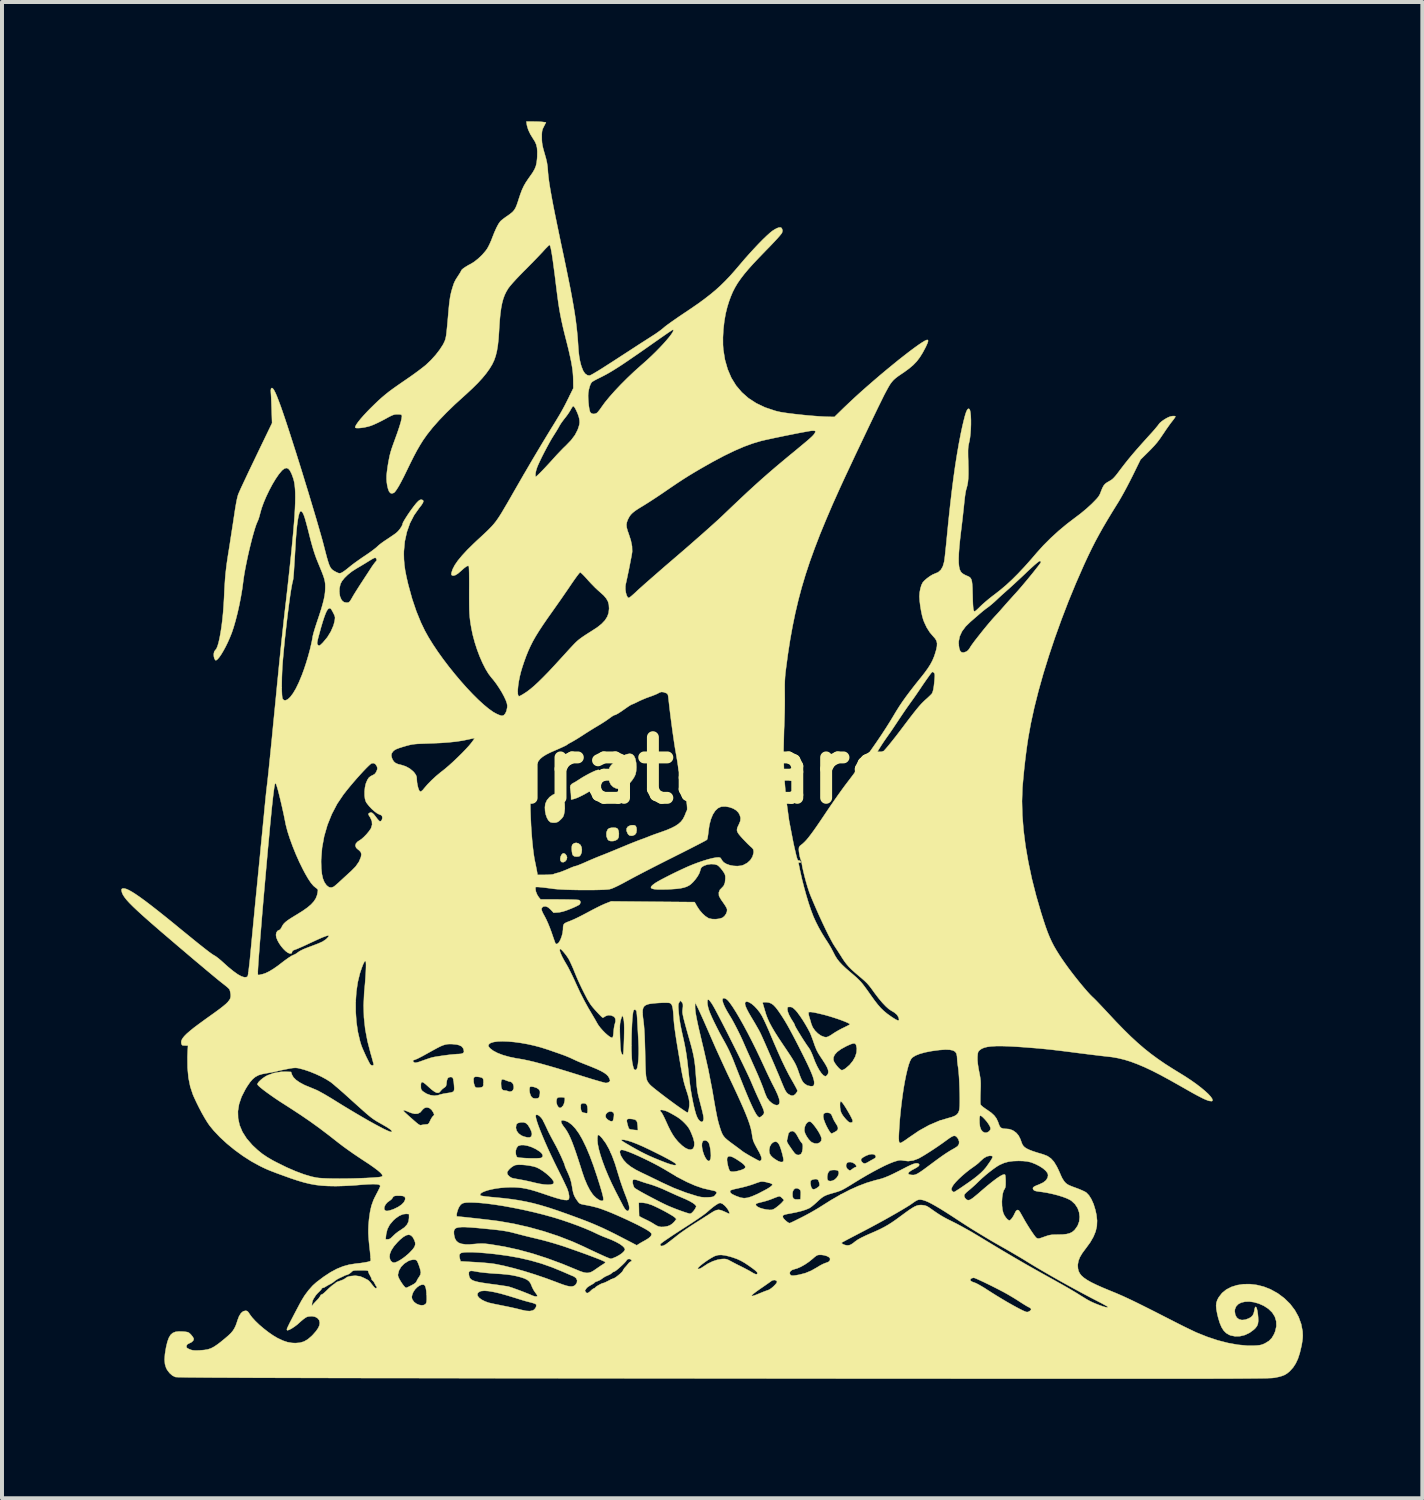
<source format=kicad_pcb>
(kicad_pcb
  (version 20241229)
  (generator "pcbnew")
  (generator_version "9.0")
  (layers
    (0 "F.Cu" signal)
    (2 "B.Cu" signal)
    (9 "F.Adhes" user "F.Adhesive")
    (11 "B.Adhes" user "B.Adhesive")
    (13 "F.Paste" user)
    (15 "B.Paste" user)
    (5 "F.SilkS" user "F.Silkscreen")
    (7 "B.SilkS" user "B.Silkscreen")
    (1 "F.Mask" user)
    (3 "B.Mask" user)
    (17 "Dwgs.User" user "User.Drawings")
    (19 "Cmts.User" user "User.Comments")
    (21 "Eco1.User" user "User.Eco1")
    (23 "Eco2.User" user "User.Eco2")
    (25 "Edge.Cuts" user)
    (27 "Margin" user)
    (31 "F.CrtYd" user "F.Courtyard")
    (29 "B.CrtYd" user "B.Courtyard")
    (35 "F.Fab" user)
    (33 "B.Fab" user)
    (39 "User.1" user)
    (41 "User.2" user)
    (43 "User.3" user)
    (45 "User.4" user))
  (footprint "piratelarge"
    (layer "F.Cu")
    (at 14.774 16.312)
    (property "Reference" "piratelarge" (at 0 0 0) (layer "F.SilkS") (effects (font (size 1.524 1.524) (thickness 0.3))))
    (attr through_hole)
    (fp_poly (pts (xy -3.622 2.098) (xy -3.591 2.134) (xy -3.574 2.179) (xy -3.573 2.193) (xy -3.586 2.245) (xy -3.618 2.285) (xy -3.661 2.307) (xy -3.707 2.304) (xy -3.714 2.3) (xy -3.738 2.269) (xy -3.744 2.223) (xy -3.735 2.17) (xy -3.714 2.123) (xy -3.683 2.09) (xy -3.658 2.083) (xy -3.622 2.098)) (stroke (width 0.01) (type solid)) (fill yes) (layer "F.SilkS"))
    (fp_poly (pts (xy -1.885 1.377) (xy -1.847 1.397) (xy -1.828 1.441) (xy -1.823 1.502) (xy -1.835 1.573) (xy -1.87 1.619) (xy -1.929 1.641) (xy -1.958 1.643) (xy -2.002 1.636) (xy -2.033 1.611) (xy -2.049 1.587) (xy -2.078 1.518) (xy -2.075 1.458) (xy -2.043 1.412) (xy -1.982 1.383) (xy -1.946 1.377) (xy -1.885 1.377)) (stroke (width 0.01) (type solid)) (fill yes) (layer "F.SilkS"))
    (fp_poly (pts (xy -2.351 1.443) (xy -2.317 1.455) (xy -2.295 1.477) (xy -2.277 1.524) (xy -2.27 1.589) (xy -2.274 1.659) (xy -2.28 1.69) (xy -2.306 1.731) (xy -2.354 1.76) (xy -2.413 1.776) (xy -2.473 1.777) (xy -2.523 1.762) (xy -2.548 1.739) (xy -2.581 1.66) (xy -2.584 1.574) (xy -2.574 1.534) (xy -2.551 1.484) (xy -2.515 1.455) (xy -2.46 1.442) (xy -2.407 1.439) (xy -2.351 1.443)) (stroke (width 0.01) (type solid)) (fill yes) (layer "F.SilkS"))
    (fp_poly (pts (xy -3.287 1.834) (xy -3.237 1.872) (xy -3.234 1.875) (xy -3.209 1.929) (xy -3.2 1.995) (xy -3.207 2.063) (xy -3.229 2.121) (xy -3.258 2.155) (xy -3.286 2.163) (xy -3.332 2.167) (xy -3.339 2.167) (xy -3.392 2.159) (xy -3.426 2.132) (xy -3.428 2.13) (xy -3.442 2.093) (xy -3.451 2.037) (xy -3.455 1.973) (xy -3.453 1.915) (xy -3.444 1.875) (xy -3.441 1.869) (xy -3.399 1.832) (xy -3.344 1.82) (xy -3.287 1.834)) (stroke (width 0.01) (type solid)) (fill yes) (layer "F.SilkS"))
    (fp_poly (pts (xy -3.806 0.592) (xy -3.78 0.604) (xy -3.708 0.658) (xy -3.659 0.735) (xy -3.632 0.836) (xy -3.629 0.959) (xy -3.638 1.043) (xy -3.651 1.109) (xy -3.667 1.155) (xy -3.694 1.194) (xy -3.731 1.233) (xy -3.78 1.278) (xy -3.822 1.302) (xy -3.869 1.313) (xy -3.88 1.314) (xy -3.936 1.313) (xy -3.984 1.304) (xy -3.993 1.3) (xy -4.038 1.261) (xy -4.076 1.196) (xy -4.106 1.114) (xy -4.124 1.023) (xy -4.129 0.93) (xy -4.119 0.844) (xy -4.116 0.834) (xy -4.077 0.748) (xy -4.013 0.672) (xy -3.934 0.615) (xy -3.915 0.606) (xy -3.869 0.587) (xy -3.838 0.582) (xy -3.806 0.592)) (stroke (width 0.01) (type solid)) (fill yes) (layer "F.SilkS"))
    (fp_poly (pts (xy -1.939 -0.408) (xy -1.893 -0.369) (xy -1.86 -0.301) (xy -1.855 -0.285) (xy -1.836 -0.19) (xy -1.83 -0.084) (xy -1.836 0.019) (xy -1.854 0.103) (xy -1.889 0.175) (xy -1.942 0.254) (xy -2.006 0.329) (xy -2.07 0.389) (xy -2.105 0.413) (xy -2.194 0.452) (xy -2.275 0.463) (xy -2.337 0.454) (xy -2.412 0.417) (xy -2.472 0.358) (xy -2.507 0.286) (xy -2.519 0.217) (xy -2.525 0.136) (xy -2.524 0.053) (xy -2.516 -0.021) (xy -2.503 -0.074) (xy -2.5 -0.081) (xy -2.467 -0.127) (xy -2.413 -0.183) (xy -2.346 -0.244) (xy -2.274 -0.3) (xy -2.206 -0.347) (xy -2.176 -0.364) (xy -2.078 -0.405) (xy -2 -0.42) (xy -1.939 -0.408)) (stroke (width 0.01) (type solid)) (fill yes) (layer "F.SilkS"))
    (fp_poly (pts (xy -2.76 0.002) (xy -2.758 0.028) (xy -2.757 0.093) (xy -2.759 0.168) (xy -2.763 0.241) (xy -2.769 0.304) (xy -2.776 0.345) (xy -2.778 0.349) (xy -2.802 0.38) (xy -2.85 0.421) (xy -2.918 0.469) (xy -3 0.521) (xy -3.089 0.573) (xy -3.18 0.623) (xy -3.267 0.666) (xy -3.344 0.699) (xy -3.407 0.719) (xy -3.416 0.722) (xy -3.471 0.732) (xy -3.472 0.65) (xy -3.476 0.581) (xy -3.484 0.511) (xy -3.487 0.494) (xy -3.495 0.424) (xy -3.486 0.377) (xy -3.455 0.342) (xy -3.423 0.322) (xy -3.379 0.298) (xy -3.319 0.261) (xy -3.254 0.22) (xy -3.243 0.212) (xy -3.167 0.165) (xy -3.082 0.117) (xy -2.994 0.07) (xy -2.913 0.031) (xy -2.845 0.002) (xy -2.807 -0.01) (xy -2.773 -0.014) (xy -2.76 0.002)) (stroke (width 0.01) (type solid)) (fill yes) (layer "F.SilkS"))
    (fp_poly (pts (xy -4.342 -16.306) (xy -4.263 -16.303) (xy -4.2 -16.299) (xy -4.179 -16.296) (xy -4.102 -16.286) (xy -4.155 -16.183) (xy -4.18 -16.133) (xy -4.195 -16.091) (xy -4.203 -16.047) (xy -4.207 -15.989) (xy -4.207 -15.91) (xy -4.206 -15.836) (xy -4.201 -15.772) (xy -4.191 -15.709) (xy -4.175 -15.637) (xy -4.15 -15.547) (xy -4.137 -15.502) (xy -4.102 -15.378) (xy -4.078 -15.274) (xy -4.064 -15.18) (xy -4.057 -15.102) (xy -4.052 -15.028) (xy -4.044 -14.946) (xy -4.033 -14.855) (xy -4.019 -14.753) (xy -4 -14.637) (xy -3.977 -14.505) (xy -3.95 -14.355) (xy -3.918 -14.186) (xy -3.88 -13.994) (xy -3.836 -13.779) (xy -3.786 -13.537) (xy -3.73 -13.266) (xy -3.666 -12.966) (xy -3.651 -12.895) (xy -3.59 -12.601) (xy -3.536 -12.336) (xy -3.488 -12.098) (xy -3.448 -11.882) (xy -3.413 -11.686) (xy -3.383 -11.505) (xy -3.358 -11.337) (xy -3.338 -11.178) (xy -3.321 -11.024) (xy -3.307 -10.872) (xy -3.296 -10.719) (xy -3.293 -10.668) (xy -3.282 -10.524) (xy -3.268 -10.403) (xy -3.249 -10.297) (xy -3.224 -10.195) (xy -3.208 -10.144) (xy -3.167 -10.041) (xy -3.119 -9.971) (xy -3.062 -9.932) (xy -3.014 -9.923) (xy -2.991 -9.929) (xy -2.95 -9.949) (xy -2.889 -9.984) (xy -2.807 -10.033) (xy -2.701 -10.098) (xy -2.572 -10.181) (xy -2.416 -10.281) (xy -2.308 -10.351) (xy -2.165 -10.444) (xy -2.023 -10.536) (xy -1.886 -10.625) (xy -1.759 -10.708) (xy -1.645 -10.781) (xy -1.548 -10.843) (xy -1.473 -10.891) (xy -1.439 -10.913) (xy -1.355 -10.967) (xy -1.274 -11.024) (xy -1.203 -11.076) (xy -1.152 -11.118) (xy -1.143 -11.126) (xy -1.106 -11.157) (xy -1.045 -11.203) (xy -0.966 -11.26) (xy -0.872 -11.326) (xy -0.77 -11.397) (xy -0.669 -11.465) (xy -0.462 -11.604) (xy -0.279 -11.73) (xy -0.119 -11.847) (xy 0.025 -11.959) (xy 0.157 -12.068) (xy 0.28 -12.179) (xy 0.398 -12.295) (xy 0.517 -12.419) (xy 0.639 -12.556) (xy 0.769 -12.708) (xy 0.887 -12.847) (xy 1.008 -12.983) (xy 1.128 -13.114) (xy 1.243 -13.236) (xy 1.35 -13.345) (xy 1.446 -13.437) (xy 1.527 -13.51) (xy 1.587 -13.558) (xy 1.647 -13.597) (xy 1.705 -13.627) (xy 1.749 -13.643) (xy 1.751 -13.643) (xy 1.793 -13.646) (xy 1.816 -13.634) (xy 1.831 -13.609) (xy 1.842 -13.567) (xy 1.833 -13.522) (xy 1.828 -13.509) (xy 1.81 -13.483) (xy 1.771 -13.435) (xy 1.714 -13.37) (xy 1.64 -13.29) (xy 1.553 -13.198) (xy 1.456 -13.098) (xy 1.431 -13.073) (xy 1.262 -12.898) (xy 1.115 -12.743) (xy 0.989 -12.603) (xy 0.882 -12.476) (xy 0.791 -12.357) (xy 0.713 -12.245) (xy 0.648 -12.135) (xy 0.591 -12.024) (xy 0.542 -11.908) (xy 0.497 -11.785) (xy 0.455 -11.651) (xy 0.455 -11.65) (xy 0.412 -11.478) (xy 0.379 -11.285) (xy 0.356 -11.083) (xy 0.345 -10.882) (xy 0.346 -10.694) (xy 0.354 -10.578) (xy 0.396 -10.318) (xy 0.464 -10.081) (xy 0.556 -9.866) (xy 0.675 -9.673) (xy 0.819 -9.503) (xy 0.988 -9.354) (xy 1.184 -9.227) (xy 1.405 -9.122) (xy 1.653 -9.039) (xy 1.709 -9.024) (xy 1.785 -9.007) (xy 1.889 -8.99) (xy 2.015 -8.972) (xy 2.157 -8.955) (xy 2.31 -8.938) (xy 2.467 -8.922) (xy 2.622 -8.909) (xy 2.769 -8.898) (xy 2.904 -8.89) (xy 3.009 -8.887) (xy 3.148 -8.884) (xy 3.39 -9.12) (xy 3.522 -9.245) (xy 3.663 -9.377) (xy 3.813 -9.513) (xy 3.969 -9.651) (xy 4.129 -9.79) (xy 4.29 -9.928) (xy 4.45 -10.062) (xy 4.607 -10.191) (xy 4.758 -10.314) (xy 4.902 -10.427) (xy 5.035 -10.53) (xy 5.156 -10.62) (xy 5.262 -10.696) (xy 5.35 -10.755) (xy 5.42 -10.797) (xy 5.468 -10.818) (xy 5.482 -10.82) (xy 5.499 -10.812) (xy 5.5 -10.784) (xy 5.484 -10.734) (xy 5.45 -10.659) (xy 5.439 -10.636) (xy 5.365 -10.497) (xy 5.292 -10.38) (xy 5.215 -10.279) (xy 5.127 -10.188) (xy 5.022 -10.099) (xy 4.896 -10.007) (xy 4.829 -9.962) (xy 4.751 -9.909) (xy 4.688 -9.861) (xy 4.635 -9.814) (xy 4.589 -9.762) (xy 4.544 -9.7) (xy 4.498 -9.622) (xy 4.444 -9.523) (xy 4.396 -9.432) (xy 4.361 -9.361) (xy 4.313 -9.263) (xy 4.253 -9.142) (xy 4.185 -9.001) (xy 4.109 -8.843) (xy 4.027 -8.672) (xy 3.941 -8.492) (xy 3.853 -8.307) (xy 3.764 -8.119) (xy 3.675 -7.933) (xy 3.59 -7.751) (xy 3.509 -7.578) (xy 3.433 -7.417) (xy 3.366 -7.272) (xy 3.308 -7.146) (xy 3.282 -7.089) (xy 3.098 -6.679) (xy 2.933 -6.293) (xy 2.783 -5.929) (xy 2.649 -5.58) (xy 2.528 -5.245) (xy 2.42 -4.918) (xy 2.324 -4.597) (xy 2.239 -4.277) (xy 2.163 -3.954) (xy 2.095 -3.624) (xy 2.034 -3.285) (xy 1.979 -2.931) (xy 1.93 -2.565) (xy 1.916 -2.454) (xy 1.907 -2.355) (xy 1.901 -2.257) (xy 1.898 -2.153) (xy 1.898 -2.033) (xy 1.899 -1.897) (xy 1.9 -1.77) (xy 1.899 -1.619) (xy 1.896 -1.455) (xy 1.891 -1.288) (xy 1.886 -1.127) (xy 1.881 -1.033) (xy 1.867 -0.446) (xy 1.883 0.128) (xy 1.93 0.695) (xy 2.007 1.26) (xy 2.116 1.825) (xy 2.143 1.947) (xy 2.169 2.058) (xy 2.188 2.139) (xy 2.204 2.196) (xy 2.216 2.233) (xy 2.227 2.254) (xy 2.238 2.263) (xy 2.252 2.265) (xy 2.258 2.264) (xy 2.29 2.273) (xy 2.3 2.293) (xy 2.298 2.316) (xy 2.274 2.316) (xy 2.273 2.316) (xy 2.248 2.316) (xy 2.245 2.335) (xy 2.251 2.362) (xy 2.262 2.415) (xy 2.276 2.483) (xy 2.286 2.532) (xy 2.33 2.728) (xy 2.382 2.932) (xy 2.438 3.135) (xy 2.497 3.33) (xy 2.556 3.507) (xy 2.614 3.66) (xy 2.62 3.675) (xy 2.677 3.801) (xy 2.749 3.943) (xy 2.831 4.089) (xy 2.916 4.227) (xy 2.957 4.289) (xy 3.007 4.368) (xy 3.062 4.461) (xy 3.11 4.552) (xy 3.123 4.577) (xy 3.167 4.663) (xy 3.215 4.739) (xy 3.272 4.812) (xy 3.341 4.886) (xy 3.427 4.968) (xy 3.536 5.063) (xy 3.554 5.078) (xy 3.636 5.148) (xy 3.702 5.206) (xy 3.758 5.26) (xy 3.809 5.313) (xy 3.859 5.372) (xy 3.912 5.442) (xy 3.975 5.528) (xy 4.051 5.636) (xy 4.063 5.653) (xy 4.155 5.781) (xy 4.236 5.885) (xy 4.312 5.972) (xy 4.389 6.046) (xy 4.472 6.115) (xy 4.567 6.183) (xy 4.604 6.208) (xy 4.679 6.255) (xy 4.73 6.281) (xy 4.76 6.284) (xy 4.771 6.266) (xy 4.764 6.226) (xy 4.759 6.207) (xy 4.722 6.144) (xy 4.653 6.084) (xy 4.572 6.036) (xy 4.511 5.995) (xy 4.437 5.928) (xy 4.353 5.84) (xy 4.263 5.733) (xy 4.171 5.613) (xy 4.138 5.568) (xy 4.074 5.479) (xy 4.019 5.408) (xy 3.965 5.347) (xy 3.904 5.288) (xy 3.829 5.222) (xy 3.773 5.175) (xy 3.665 5.083) (xy 3.579 5.005) (xy 3.509 4.935) (xy 3.45 4.866) (xy 3.395 4.793) (xy 3.34 4.71) (xy 3.326 4.686) (xy 3.276 4.608) (xy 3.223 4.525) (xy 3.174 4.451) (xy 3.159 4.428) (xy 3.114 4.357) (xy 3.06 4.258) (xy 2.996 4.136) (xy 2.926 3.994) (xy 2.851 3.836) (xy 2.772 3.666) (xy 2.693 3.488) (xy 2.614 3.305) (xy 2.546 3.143) (xy 2.512 3.052) (xy 2.474 2.937) (xy 2.436 2.808) (xy 2.4 2.674) (xy 2.368 2.544) (xy 2.342 2.429) (xy 2.328 2.345) (xy 2.318 2.293) (xy 2.308 2.254) (xy 2.303 2.244) (xy 2.29 2.213) (xy 2.276 2.16) (xy 2.264 2.096) (xy 2.255 2.032) (xy 2.252 1.982) (xy 2.258 1.932) (xy 2.281 1.897) (xy 2.306 1.877) (xy 2.35 1.842) (xy 2.394 1.801) (xy 2.441 1.752) (xy 2.492 1.691) (xy 2.55 1.616) (xy 2.618 1.524) (xy 2.697 1.412) (xy 2.79 1.276) (xy 2.887 1.132) (xy 2.976 0.999) (xy 3.067 0.866) (xy 3.157 0.736) (xy 3.241 0.616) (xy 3.317 0.51) (xy 3.38 0.423) (xy 3.424 0.364) (xy 3.583 0.155) (xy 3.743 -0.06) (xy 3.901 -0.277) (xy 3.935 -0.325) (xy 4.166 -0.325) (xy 4.187 -0.324) (xy 4.23 -0.349) (xy 4.27 -0.378) (xy 4.314 -0.415) (xy 4.366 -0.466) (xy 4.428 -0.533) (xy 4.5 -0.617) (xy 4.584 -0.721) (xy 4.684 -0.847) (xy 4.799 -0.997) (xy 4.931 -1.172) (xy 4.938 -1.181) (xy 5.044 -1.321) (xy 5.134 -1.437) (xy 5.209 -1.531) (xy 5.273 -1.608) (xy 5.328 -1.67) (xy 5.378 -1.721) (xy 5.424 -1.765) (xy 5.424 -1.765) (xy 5.485 -1.819) (xy 5.538 -1.869) (xy 5.578 -1.909) (xy 5.595 -1.927) (xy 5.614 -1.965) (xy 5.632 -2.028) (xy 5.647 -2.118) (xy 5.66 -2.238) (xy 5.666 -2.312) (xy 5.67 -2.376) (xy 5.668 -2.416) (xy 5.659 -2.442) (xy 5.642 -2.461) (xy 5.626 -2.473) (xy 5.612 -2.475) (xy 5.594 -2.463) (xy 5.568 -2.433) (xy 5.529 -2.38) (xy 5.508 -2.35) (xy 5.451 -2.27) (xy 5.387 -2.178) (xy 5.326 -2.088) (xy 5.306 -2.057) (xy 5.258 -1.987) (xy 5.198 -1.899) (xy 5.131 -1.803) (xy 5.064 -1.71) (xy 5.046 -1.685) (xy 4.975 -1.585) (xy 4.895 -1.469) (xy 4.816 -1.352) (xy 4.746 -1.247) (xy 4.739 -1.236) (xy 4.681 -1.149) (xy 4.623 -1.062) (xy 4.571 -0.985) (xy 4.528 -0.924) (xy 4.515 -0.906) (xy 4.458 -0.825) (xy 4.395 -0.734) (xy 4.332 -0.639) (xy 4.274 -0.547) (xy 4.226 -0.468) (xy 4.191 -0.407) (xy 4.189 -0.402) (xy 4.167 -0.351) (xy 4.166 -0.325) (xy 3.935 -0.325) (xy 4.054 -0.492) (xy 4.199 -0.7) (xy 4.333 -0.898) (xy 4.453 -1.082) (xy 4.556 -1.246) (xy 4.618 -1.349) (xy 4.697 -1.481) (xy 4.776 -1.607) (xy 4.859 -1.731) (xy 4.95 -1.858) (xy 5.052 -1.994) (xy 5.169 -2.145) (xy 5.305 -2.315) (xy 5.314 -2.325) (xy 5.416 -2.455) (xy 5.497 -2.567) (xy 5.561 -2.668) (xy 5.611 -2.762) (xy 5.651 -2.858) (xy 5.67 -2.913) (xy 5.705 -3.028) (xy 5.724 -3.12) (xy 5.727 -3.193) (xy 5.717 -3.238) (xy 6.27 -3.238) (xy 6.27 -3.167) (xy 6.283 -3.07) (xy 6.306 -3.004) (xy 6.342 -2.968) (xy 6.391 -2.961) (xy 6.454 -2.982) (xy 6.469 -2.989) (xy 6.508 -3.02) (xy 6.544 -3.068) (xy 6.555 -3.086) (xy 6.578 -3.124) (xy 6.62 -3.183) (xy 6.676 -3.259) (xy 6.744 -3.346) (xy 6.819 -3.441) (xy 6.897 -3.539) (xy 6.975 -3.634) (xy 7.05 -3.723) (xy 7.118 -3.802) (xy 7.171 -3.861) (xy 7.239 -3.934) (xy 7.314 -4.017) (xy 7.382 -4.095) (xy 7.4 -4.115) (xy 7.451 -4.174) (xy 7.518 -4.249) (xy 7.594 -4.333) (xy 7.669 -4.417) (xy 7.696 -4.446) (xy 7.76 -4.517) (xy 7.832 -4.6) (xy 7.909 -4.691) (xy 7.988 -4.785) (xy 8.066 -4.88) (xy 8.14 -4.971) (xy 8.206 -5.055) (xy 8.263 -5.127) (xy 8.306 -5.184) (xy 8.332 -5.223) (xy 8.34 -5.238) (xy 8.326 -5.257) (xy 8.311 -5.263) (xy 8.288 -5.253) (xy 8.243 -5.219) (xy 8.176 -5.163) (xy 8.089 -5.084) (xy 7.981 -4.984) (xy 7.955 -4.958) (xy 7.86 -4.868) (xy 7.765 -4.78) (xy 7.676 -4.697) (xy 7.597 -4.625) (xy 7.535 -4.568) (xy 7.501 -4.539) (xy 7.433 -4.478) (xy 7.352 -4.406) (xy 7.272 -4.332) (xy 7.231 -4.293) (xy 7.164 -4.231) (xy 7.096 -4.172) (xy 7.036 -4.123) (xy 7.002 -4.098) (xy 6.947 -4.058) (xy 6.881 -4.006) (xy 6.816 -3.951) (xy 6.807 -3.944) (xy 6.741 -3.886) (xy 6.663 -3.819) (xy 6.588 -3.754) (xy 6.57 -3.739) (xy 6.445 -3.617) (xy 6.353 -3.493) (xy 6.295 -3.366) (xy 6.27 -3.238) (xy 5.717 -3.238) (xy 5.713 -3.254) (xy 5.682 -3.31) (xy 5.634 -3.365) (xy 5.629 -3.37) (xy 5.544 -3.47) (xy 5.466 -3.593) (xy 5.402 -3.73) (xy 5.378 -3.793) (xy 5.351 -3.891) (xy 5.326 -4.01) (xy 5.305 -4.136) (xy 5.29 -4.259) (xy 5.283 -4.364) (xy 5.283 -4.38) (xy 5.29 -4.474) (xy 5.308 -4.57) (xy 5.334 -4.657) (xy 5.366 -4.722) (xy 5.369 -4.726) (xy 5.412 -4.773) (xy 5.473 -4.826) (xy 5.543 -4.877) (xy 5.611 -4.919) (xy 5.667 -4.943) (xy 5.669 -4.944) (xy 5.755 -4.98) (xy 5.822 -5.04) (xy 5.871 -5.125) (xy 5.904 -5.238) (xy 5.909 -5.268) (xy 5.916 -5.315) (xy 5.925 -5.389) (xy 5.935 -5.485) (xy 5.947 -5.597) (xy 5.96 -5.72) (xy 5.97 -5.825) (xy 6.012 -6.25) (xy 6.054 -6.643) (xy 6.096 -7.007) (xy 6.139 -7.344) (xy 6.183 -7.657) (xy 6.229 -7.948) (xy 6.276 -8.219) (xy 6.325 -8.472) (xy 6.36 -8.636) (xy 6.395 -8.785) (xy 6.425 -8.902) (xy 6.452 -8.99) (xy 6.477 -9.049) (xy 6.5 -9.082) (xy 6.522 -9.09) (xy 6.539 -9.08) (xy 6.555 -9.047) (xy 6.566 -8.986) (xy 6.574 -8.903) (xy 6.578 -8.804) (xy 6.578 -8.695) (xy 6.574 -8.581) (xy 6.566 -8.47) (xy 6.555 -8.366) (xy 6.54 -8.275) (xy 6.533 -8.247) (xy 6.522 -8.196) (xy 6.513 -8.15) (xy 6.508 -8.101) (xy 6.505 -8.044) (xy 6.505 -7.973) (xy 6.506 -7.882) (xy 6.51 -7.764) (xy 6.51 -7.739) (xy 6.514 -7.578) (xy 6.514 -7.446) (xy 6.51 -7.336) (xy 6.501 -7.243) (xy 6.486 -7.162) (xy 6.467 -7.088) (xy 6.459 -7.065) (xy 6.449 -7.023) (xy 6.437 -6.955) (xy 6.425 -6.869) (xy 6.414 -6.772) (xy 6.408 -6.718) (xy 6.398 -6.617) (xy 6.384 -6.492) (xy 6.369 -6.353) (xy 6.352 -6.209) (xy 6.336 -6.072) (xy 6.331 -6.037) (xy 6.305 -5.815) (xy 6.286 -5.625) (xy 6.274 -5.463) (xy 6.269 -5.327) (xy 6.27 -5.216) (xy 6.279 -5.126) (xy 6.294 -5.056) (xy 6.317 -5.003) (xy 6.346 -4.966) (xy 6.348 -4.964) (xy 6.392 -4.932) (xy 6.449 -4.902) (xy 6.468 -4.894) (xy 6.512 -4.876) (xy 6.546 -4.856) (xy 6.571 -4.831) (xy 6.589 -4.796) (xy 6.602 -4.747) (xy 6.61 -4.679) (xy 6.616 -4.588) (xy 6.619 -4.47) (xy 6.621 -4.406) (xy 6.624 -4.276) (xy 6.628 -4.176) (xy 6.633 -4.103) (xy 6.639 -4.052) (xy 6.647 -4.02) (xy 6.657 -4.003) (xy 6.67 -3.997) (xy 6.674 -3.996) (xy 6.693 -4.008) (xy 6.729 -4.039) (xy 6.777 -4.084) (xy 6.813 -4.12) (xy 6.87 -4.174) (xy 6.947 -4.241) (xy 7.034 -4.314) (xy 7.124 -4.385) (xy 7.166 -4.416) (xy 7.316 -4.533) (xy 7.464 -4.658) (xy 7.612 -4.795) (xy 7.764 -4.947) (xy 7.924 -5.117) (xy 8.096 -5.31) (xy 8.233 -5.47) (xy 8.396 -5.651) (xy 8.582 -5.837) (xy 8.781 -6.019) (xy 8.986 -6.19) (xy 9.164 -6.326) (xy 9.331 -6.452) (xy 9.483 -6.578) (xy 9.612 -6.696) (xy 9.62 -6.704) (xy 9.691 -6.776) (xy 9.743 -6.831) (xy 9.779 -6.875) (xy 9.806 -6.916) (xy 9.827 -6.959) (xy 9.847 -7.012) (xy 9.847 -7.012) (xy 9.881 -7.096) (xy 9.913 -7.156) (xy 9.95 -7.2) (xy 9.999 -7.237) (xy 10.057 -7.27) (xy 10.096 -7.293) (xy 10.131 -7.318) (xy 10.166 -7.351) (xy 10.206 -7.395) (xy 10.256 -7.457) (xy 10.319 -7.541) (xy 10.334 -7.561) (xy 10.426 -7.681) (xy 10.521 -7.801) (xy 10.625 -7.927) (xy 10.741 -8.062) (xy 10.873 -8.211) (xy 11.023 -8.378) (xy 11.065 -8.424) (xy 11.135 -8.501) (xy 11.197 -8.572) (xy 11.247 -8.632) (xy 11.283 -8.676) (xy 11.299 -8.7) (xy 11.325 -8.731) (xy 11.372 -8.772) (xy 11.433 -8.815) (xy 11.498 -8.854) (xy 11.556 -8.882) (xy 11.605 -8.898) (xy 11.655 -8.906) (xy 11.696 -8.905) (xy 11.717 -8.896) (xy 11.718 -8.893) (xy 11.708 -8.874) (xy 11.682 -8.836) (xy 11.644 -8.786) (xy 11.632 -8.771) (xy 11.591 -8.718) (xy 11.538 -8.644) (xy 11.478 -8.559) (xy 11.419 -8.47) (xy 11.4 -8.443) (xy 11.328 -8.337) (xy 11.259 -8.245) (xy 11.184 -8.158) (xy 11.096 -8.065) (xy 11.047 -8.016) (xy 10.839 -7.81) (xy 10.637 -7.398) (xy 10.572 -7.27) (xy 10.502 -7.135) (xy 10.431 -7.002) (xy 10.362 -6.879) (xy 10.301 -6.773) (xy 10.27 -6.723) (xy 10.13 -6.497) (xy 10.007 -6.294) (xy 9.897 -6.107) (xy 9.798 -5.93) (xy 9.706 -5.76) (xy 9.619 -5.589) (xy 9.533 -5.412) (xy 9.445 -5.224) (xy 9.414 -5.156) (xy 9.217 -4.707) (xy 9.029 -4.251) (xy 8.853 -3.792) (xy 8.688 -3.334) (xy 8.536 -2.88) (xy 8.398 -2.435) (xy 8.276 -2.001) (xy 8.171 -1.584) (xy 8.084 -1.186) (xy 8.019 -0.828) (xy 7.993 -0.657) (xy 7.966 -0.461) (xy 7.94 -0.252) (xy 7.916 -0.039) (xy 7.896 0.167) (xy 7.879 0.356) (xy 7.872 0.44) (xy 7.861 0.773) (xy 7.87 1.129) (xy 7.9 1.506) (xy 7.95 1.9) (xy 8.021 2.308) (xy 8.11 2.728) (xy 8.219 3.157) (xy 8.34 3.573) (xy 8.4 3.763) (xy 8.454 3.926) (xy 8.505 4.067) (xy 8.556 4.192) (xy 8.608 4.306) (xy 8.664 4.415) (xy 8.728 4.525) (xy 8.8 4.64) (xy 8.861 4.732) (xy 8.938 4.843) (xy 9.025 4.964) (xy 9.12 5.09) (xy 9.219 5.217) (xy 9.317 5.339) (xy 9.412 5.453) (xy 9.499 5.554) (xy 9.575 5.637) (xy 9.636 5.698) (xy 9.649 5.709) (xy 9.678 5.737) (xy 9.726 5.785) (xy 9.789 5.851) (xy 9.864 5.93) (xy 9.946 6.017) (xy 10.027 6.104) (xy 10.231 6.322) (xy 10.419 6.515) (xy 10.596 6.689) (xy 10.765 6.845) (xy 10.932 6.989) (xy 11.1 7.123) (xy 11.273 7.25) (xy 11.456 7.376) (xy 11.654 7.502) (xy 11.825 7.607) (xy 11.972 7.698) (xy 12.111 7.79) (xy 12.241 7.882) (xy 12.357 7.971) (xy 12.458 8.055) (xy 12.541 8.131) (xy 12.602 8.198) (xy 12.639 8.251) (xy 12.649 8.286) (xy 12.645 8.306) (xy 12.627 8.313) (xy 12.586 8.308) (xy 12.58 8.308) (xy 12.542 8.299) (xy 12.494 8.281) (xy 12.433 8.255) (xy 12.357 8.217) (xy 12.262 8.168) (xy 12.146 8.105) (xy 12.007 8.026) (xy 11.842 7.932) (xy 11.84 7.931) (xy 11.581 7.785) (xy 11.348 7.658) (xy 11.135 7.549) (xy 10.94 7.457) (xy 10.759 7.381) (xy 10.591 7.318) (xy 10.432 7.269) (xy 10.279 7.232) (xy 10.128 7.205) (xy 9.982 7.188) (xy 9.937 7.183) (xy 9.863 7.175) (xy 9.766 7.163) (xy 9.649 7.149) (xy 9.519 7.133) (xy 9.379 7.115) (xy 9.279 7.103) (xy 9.095 7.079) (xy 8.938 7.059) (xy 8.805 7.043) (xy 8.689 7.029) (xy 8.587 7.017) (xy 8.492 7.007) (xy 8.4 6.998) (xy 8.306 6.989) (xy 8.203 6.98) (xy 8.088 6.971) (xy 7.954 6.96) (xy 7.952 6.96) (xy 7.722 6.944) (xy 7.522 6.933) (xy 7.351 6.928) (xy 7.207 6.929) (xy 7.087 6.936) (xy 6.988 6.949) (xy 6.91 6.969) (xy 6.848 6.995) (xy 6.802 7.027) (xy 6.774 7.054) (xy 6.758 7.082) (xy 6.749 7.12) (xy 6.744 7.178) (xy 6.742 7.203) (xy 6.742 7.282) (xy 6.75 7.372) (xy 6.766 7.48) (xy 6.782 7.565) (xy 6.8 7.656) (xy 6.812 7.729) (xy 6.82 7.794) (xy 6.823 7.86) (xy 6.823 7.938) (xy 6.82 8.036) (xy 6.818 8.077) (xy 6.815 8.174) (xy 6.814 8.26) (xy 6.814 8.331) (xy 6.816 8.378) (xy 6.818 8.394) (xy 6.838 8.422) (xy 6.885 8.462) (xy 6.955 8.512) (xy 6.987 8.533) (xy 7.087 8.603) (xy 7.162 8.672) (xy 7.217 8.745) (xy 7.258 8.832) (xy 7.276 8.884) (xy 7.301 8.945) (xy 7.334 8.983) (xy 7.384 9.002) (xy 7.458 9.009) (xy 7.473 9.009) (xy 7.544 9.016) (xy 7.612 9.04) (xy 7.649 9.059) (xy 7.719 9.111) (xy 7.775 9.178) (xy 7.821 9.268) (xy 7.848 9.344) (xy 7.867 9.393) (xy 7.892 9.434) (xy 7.927 9.47) (xy 7.976 9.503) (xy 8.042 9.535) (xy 8.13 9.569) (xy 8.243 9.606) (xy 8.385 9.648) (xy 8.392 9.65) (xy 8.499 9.692) (xy 8.587 9.752) (xy 8.663 9.835) (xy 8.731 9.947) (xy 8.734 9.952) (xy 8.771 10.027) (xy 8.807 10.105) (xy 8.835 10.171) (xy 8.839 10.18) (xy 8.871 10.248) (xy 8.913 10.315) (xy 8.937 10.346) (xy 8.968 10.377) (xy 9.002 10.403) (xy 9.046 10.427) (xy 9.108 10.453) (xy 9.194 10.485) (xy 9.209 10.49) (xy 9.293 10.522) (xy 9.371 10.555) (xy 9.435 10.585) (xy 9.474 10.608) (xy 9.476 10.609) (xy 9.543 10.678) (xy 9.605 10.777) (xy 9.66 10.9) (xy 9.704 11.043) (xy 9.732 11.17) (xy 9.748 11.315) (xy 9.742 11.452) (xy 9.712 11.585) (xy 9.657 11.72) (xy 9.576 11.861) (xy 9.466 12.012) (xy 9.457 12.023) (xy 9.374 12.136) (xy 9.315 12.236) (xy 9.28 12.327) (xy 9.264 12.416) (xy 9.263 12.451) (xy 9.268 12.52) (xy 9.283 12.583) (xy 9.312 12.641) (xy 9.355 12.697) (xy 9.416 12.751) (xy 9.498 12.807) (xy 9.601 12.866) (xy 9.73 12.929) (xy 9.885 12.998) (xy 10.07 13.075) (xy 10.119 13.095) (xy 10.21 13.132) (xy 10.303 13.172) (xy 10.399 13.214) (xy 10.503 13.262) (xy 10.616 13.315) (xy 10.742 13.376) (xy 10.883 13.446) (xy 11.043 13.526) (xy 11.224 13.617) (xy 11.429 13.722) (xy 11.661 13.84) (xy 11.676 13.848) (xy 11.794 13.908) (xy 11.913 13.968) (xy 12.028 14.024) (xy 12.13 14.073) (xy 12.214 14.113) (xy 12.251 14.13) (xy 12.516 14.236) (xy 12.78 14.324) (xy 13.037 14.39) (xy 13.285 14.435) (xy 13.517 14.457) (xy 13.684 14.458) (xy 13.77 14.453) (xy 13.833 14.446) (xy 13.883 14.435) (xy 13.931 14.417) (xy 13.977 14.395) (xy 14.069 14.338) (xy 14.141 14.264) (xy 14.197 14.168) (xy 14.226 14.096) (xy 14.255 13.968) (xy 14.251 13.845) (xy 14.216 13.729) (xy 14.15 13.624) (xy 14.054 13.531) (xy 13.939 13.456) (xy 13.813 13.4) (xy 13.69 13.365) (xy 13.574 13.349) (xy 13.467 13.353) (xy 13.374 13.374) (xy 13.298 13.413) (xy 13.243 13.47) (xy 13.213 13.542) (xy 13.208 13.592) (xy 13.221 13.682) (xy 13.258 13.751) (xy 13.314 13.795) (xy 13.388 13.814) (xy 13.474 13.805) (xy 13.565 13.771) (xy 13.62 13.738) (xy 13.658 13.7) (xy 13.683 13.649) (xy 13.702 13.575) (xy 13.707 13.542) (xy 13.719 13.496) (xy 13.733 13.481) (xy 13.749 13.494) (xy 13.764 13.532) (xy 13.778 13.592) (xy 13.789 13.671) (xy 13.796 13.745) (xy 13.799 13.838) (xy 13.79 13.907) (xy 13.768 13.963) (xy 13.728 14.016) (xy 13.687 14.056) (xy 13.581 14.134) (xy 13.463 14.19) (xy 13.339 14.22) (xy 13.216 14.223) (xy 13.101 14.199) (xy 13.067 14.185) (xy 12.993 14.141) (xy 12.93 14.078) (xy 12.877 13.994) (xy 12.831 13.885) (xy 12.79 13.748) (xy 12.767 13.65) (xy 12.747 13.541) (xy 12.74 13.453) (xy 12.747 13.38) (xy 12.769 13.312) (xy 12.806 13.241) (xy 12.807 13.241) (xy 12.889 13.135) (xy 12.996 13.048) (xy 13.124 12.982) (xy 13.268 12.937) (xy 13.425 12.913) (xy 13.591 12.911) (xy 13.763 12.932) (xy 13.937 12.975) (xy 14.103 13.04) (xy 14.288 13.142) (xy 14.454 13.266) (xy 14.598 13.407) (xy 14.718 13.565) (xy 14.812 13.734) (xy 14.877 13.913) (xy 14.913 14.097) (xy 14.918 14.206) (xy 14.915 14.268) (xy 14.905 14.349) (xy 14.891 14.435) (xy 14.884 14.469) (xy 14.843 14.643) (xy 14.796 14.787) (xy 14.739 14.908) (xy 14.672 15.01) (xy 14.592 15.098) (xy 14.577 15.112) (xy 14.521 15.157) (xy 14.464 15.192) (xy 14.396 15.219) (xy 14.31 15.243) (xy 14.204 15.264) (xy 14.19 15.266) (xy 14.172 15.268) (xy 14.149 15.27) (xy 14.12 15.272) (xy 14.083 15.273) (xy 14.039 15.275) (xy 13.986 15.277) (xy 13.923 15.278) (xy 13.85 15.279) (xy 13.765 15.28) (xy 13.667 15.281) (xy 13.556 15.282) (xy 13.431 15.283) (xy 13.29 15.284) (xy 13.133 15.285) (xy 12.959 15.285) (xy 12.767 15.286) (xy 12.556 15.287) (xy 12.325 15.287) (xy 12.074 15.287) (xy 11.8 15.288) (xy 11.504 15.288) (xy 11.184 15.288) (xy 10.84 15.288) (xy 10.47 15.288) (xy 10.074 15.288) (xy 9.651 15.288) (xy 9.199 15.288) (xy 8.719 15.288) (xy 8.208 15.288) (xy 7.666 15.287) (xy 7.093 15.287) (xy 6.486 15.287) (xy 6.398 15.287) (xy 5.823 15.286) (xy 5.228 15.286) (xy 4.615 15.286) (xy 3.986 15.285) (xy 3.344 15.285) (xy 2.691 15.284) (xy 2.03 15.284) (xy 1.364 15.283) (xy 0.695 15.282) (xy 0.026 15.282) (xy -0.641 15.281) (xy -1.304 15.281) (xy -1.959 15.28) (xy -2.604 15.279) (xy -3.237 15.279) (xy -3.855 15.278) (xy -4.456 15.277) (xy -5.037 15.277) (xy -5.595 15.276) (xy -6.128 15.275) (xy -6.633 15.274) (xy -7.108 15.274) (xy -7.307 15.273) (xy -7.884 15.273) (xy -8.428 15.272) (xy -8.939 15.271) (xy -9.419 15.27) (xy -9.867 15.269) (xy -10.286 15.268) (xy -10.674 15.267) (xy -11.034 15.266) (xy -11.365 15.265) (xy -11.668 15.264) (xy -11.945 15.262) (xy -12.196 15.261) (xy -12.42 15.26) (xy -12.621 15.259) (xy -12.796 15.257) (xy -12.949 15.256) (xy -13.079 15.255) (xy -13.187 15.253) (xy -13.273 15.251) (xy -13.339 15.25) (xy -13.384 15.248) (xy -13.411 15.246) (xy -13.418 15.245) (xy -13.491 15.209) (xy -13.561 15.147) (xy -13.622 15.068) (xy -13.65 15.013) (xy -13.678 14.921) (xy -13.687 14.807) (xy -13.678 14.67) (xy -13.651 14.506) (xy -13.649 14.497) (xy -13.618 14.365) (xy -13.582 14.264) (xy -13.539 14.19) (xy -13.484 14.14) (xy -13.415 14.111) (xy -13.327 14.101) (xy -13.218 14.104) (xy -13.15 14.111) (xy -13.106 14.119) (xy -13.074 14.135) (xy -13.044 14.161) (xy -13.02 14.186) (xy -12.984 14.231) (xy -12.96 14.271) (xy -12.954 14.291) (xy -12.97 14.334) (xy -13.014 14.373) (xy -13.077 14.403) (xy -13.119 14.426) (xy -13.136 14.461) (xy -13.137 14.467) (xy -13.137 14.496) (xy -13.121 14.517) (xy -13.084 14.538) (xy -13.062 14.548) (xy -13.021 14.564) (xy -12.98 14.574) (xy -12.931 14.578) (xy -12.863 14.578) (xy -12.803 14.576) (xy -12.693 14.567) (xy -12.602 14.552) (xy -12.521 14.525) (xy -12.441 14.483) (xy -12.353 14.423) (xy -12.28 14.367) (xy -12.172 14.279) (xy -12.087 14.206) (xy -12.021 14.143) (xy -11.971 14.083) (xy -11.933 14.023) (xy -11.901 13.957) (xy -11.873 13.88) (xy -11.855 13.822) (xy -11.815 13.717) (xy -11.767 13.641) (xy -11.713 13.595) (xy -11.658 13.581) (xy -11.625 13.584) (xy -11.598 13.599) (xy -11.571 13.633) (xy -11.548 13.669) (xy -11.489 13.748) (xy -11.407 13.838) (xy -11.307 13.934) (xy -11.195 14.029) (xy -11.078 14.12) (xy -10.961 14.201) (xy -10.85 14.267) (xy -10.837 14.273) (xy -10.711 14.332) (xy -10.598 14.37) (xy -10.487 14.389) (xy -10.398 14.393) (xy -10.285 14.384) (xy -10.184 14.354) (xy -10.089 14.299) (xy -9.993 14.217) (xy -9.956 14.179) (xy -9.879 14.091) (xy -9.827 14.015) (xy -9.797 13.948) (xy -9.787 13.884) (xy -9.787 13.882) (xy -9.802 13.817) (xy -9.844 13.766) (xy -9.905 13.732) (xy -9.982 13.717) (xy -10.069 13.724) (xy -10.111 13.735) (xy -10.148 13.756) (xy -10.201 13.794) (xy -10.259 13.843) (xy -10.287 13.868) (xy -10.354 13.928) (xy -10.426 13.982) (xy -10.496 14.028) (xy -10.556 14.059) (xy -10.599 14.072) (xy -10.602 14.072) (xy -10.614 14.058) (xy -10.611 14.033) (xy -10.6 14.006) (xy -10.575 13.953) (xy -10.539 13.879) (xy -10.492 13.789) (xy -10.438 13.685) (xy -10.379 13.573) (xy -10.317 13.456) (xy -10.308 13.439) (xy -9.987 13.439) (xy -9.985 13.454) (xy -9.974 13.445) (xy -9.97 13.439) (xy -9.948 13.411) (xy -9.909 13.369) (xy -9.863 13.32) (xy -9.859 13.317) (xy -9.816 13.27) (xy -9.802 13.252) (xy -7.475 13.252) (xy -7.465 13.286) (xy -7.455 13.308) (xy -7.415 13.362) (xy -7.359 13.404) (xy -7.295 13.432) (xy -7.23 13.444) (xy -7.171 13.437) (xy -7.128 13.411) (xy -7.116 13.394) (xy -7.104 13.358) (xy -7.099 13.301) (xy -7.1 13.218) (xy -7.102 13.19) (xy -7.104 13.166) (xy -5.828 13.166) (xy -5.818 13.21) (xy -5.781 13.256) (xy -5.72 13.302) (xy -5.636 13.344) (xy -5.554 13.375) (xy -5.518 13.384) (xy -5.456 13.398) (xy -5.374 13.416) (xy -5.278 13.435) (xy -5.19 13.453) (xy -5.079 13.475) (xy -4.967 13.499) (xy -4.863 13.522) (xy -4.777 13.543) (xy -4.733 13.555) (xy -4.607 13.583) (xy -4.508 13.589) (xy -4.433 13.573) (xy -4.398 13.551) (xy -4.362 13.507) (xy -4.345 13.461) (xy -4.349 13.423) (xy -4.353 13.419) (xy -4.378 13.404) (xy -4.426 13.387) (xy -4.487 13.37) (xy -4.493 13.369) (xy -4.555 13.353) (xy -4.64 13.33) (xy -4.735 13.301) (xy -4.832 13.271) (xy -4.846 13.266) (xy -5.064 13.199) (xy -5.251 13.146) (xy -5.411 13.109) (xy -5.543 13.086) (xy -5.648 13.078) (xy -5.728 13.085) (xy -5.762 13.095) (xy -5.81 13.127) (xy -5.828 13.166) (xy -7.104 13.166) (xy -7.11 13.083) (xy -7.123 13.005) (xy -7.141 12.955) (xy -7.165 12.929) (xy -7.171 12.926) (xy -7.221 12.924) (xy -7.28 12.946) (xy -7.34 12.989) (xy -7.395 13.046) (xy -7.438 13.112) (xy -7.459 13.162) (xy -7.473 13.215) (xy -7.475 13.252) (xy -9.802 13.252) (xy -9.785 13.229) (xy -9.771 13.203) (xy -9.771 13.201) (xy -9.757 13.178) (xy -9.742 13.174) (xy -9.718 13.163) (xy -9.678 13.132) (xy -9.63 13.087) (xy -9.61 13.068) (xy -9.554 13.013) (xy -9.498 12.964) (xy -9.453 12.928) (xy -9.444 12.922) (xy -9.406 12.896) (xy -9.383 12.877) (xy -9.381 12.872) (xy -9.366 12.862) (xy -9.327 12.846) (xy -9.278 12.829) (xy -9.218 12.807) (xy -9.168 12.782) (xy -9.144 12.764) (xy -9.093 12.731) (xy -9.014 12.71) (xy -8.911 12.701) (xy -8.888 12.7) (xy -8.772 12.716) (xy -8.663 12.763) (xy -8.653 12.769) (xy -8.616 12.789) (xy -8.592 12.8) (xy -8.558 12.824) (xy -8.521 12.862) (xy -8.516 12.869) (xy -8.462 12.938) (xy -8.423 12.984) (xy -8.397 13.008) (xy -8.379 13.016) (xy -8.365 13.011) (xy -8.362 13.008) (xy -8.349 12.986) (xy -8.359 12.974) (xy -8.377 12.952) (xy -8.399 12.911) (xy -8.405 12.899) (xy -8.428 12.856) (xy -8.452 12.828) (xy -8.457 12.825) (xy -8.481 12.801) (xy -8.484 12.787) (xy -8.492 12.757) (xy -8.514 12.712) (xy -8.525 12.692) (xy -7.823 12.692) (xy -7.814 12.728) (xy -7.79 12.78) (xy -7.756 12.839) (xy -7.717 12.899) (xy -7.678 12.952) (xy -7.644 12.989) (xy -7.619 13.005) (xy -7.618 13.005) (xy -7.598 12.998) (xy -7.556 12.979) (xy -7.501 12.951) (xy -7.487 12.945) (xy -7.421 12.908) (xy -7.379 12.877) (xy -7.356 12.846) (xy -7.351 12.833) (xy -7.327 12.785) (xy -7.294 12.735) (xy -7.29 12.731) (xy -7.255 12.667) (xy -7.252 12.648) (xy -6.042 12.648) (xy -6.039 12.681) (xy -6.03 12.725) (xy -6.013 12.761) (xy -5.986 12.791) (xy -5.943 12.817) (xy -5.884 12.839) (xy -5.803 12.859) (xy -5.697 12.878) (xy -5.564 12.898) (xy -5.453 12.913) (xy -5.345 12.927) (xy -5.244 12.942) (xy -5.156 12.955) (xy -5.088 12.965) (xy -5.047 12.973) (xy -5.046 12.973) (xy -5.006 12.985) (xy -4.941 13.006) (xy -4.859 13.036) (xy -4.768 13.069) (xy -4.674 13.105) (xy -4.585 13.14) (xy -4.508 13.171) (xy -4.45 13.197) (xy -4.445 13.199) (xy -4.393 13.217) (xy -4.349 13.223) (xy -4.322 13.215) (xy -4.318 13.206) (xy 1.064 13.206) (xy 1.081 13.21) (xy 1.127 13.199) (xy 1.203 13.171) (xy 1.274 13.141) (xy 1.347 13.111) (xy 1.412 13.086) (xy 1.462 13.068) (xy 1.479 13.063) (xy 1.518 13.045) (xy 1.566 13.011) (xy 1.616 12.969) (xy 1.66 12.924) (xy 1.693 12.884) (xy 1.706 12.853) (xy 1.705 12.847) (xy 1.678 12.817) (xy 1.634 12.807) (xy 1.585 12.818) (xy 1.561 12.833) (xy 1.531 12.855) (xy 1.48 12.891) (xy 1.413 12.938) (xy 1.335 12.992) (xy 1.291 13.022) (xy 1.19 13.093) (xy 1.119 13.147) (xy 1.077 13.184) (xy 1.064 13.206) (xy -4.318 13.206) (xy -4.318 13.206) (xy -4.328 13.182) (xy -4.354 13.144) (xy -4.375 13.117) (xy -4.407 13.069) (xy -3.122 13.069) (xy -3.113 13.098) (xy -3.087 13.132) (xy -3.054 13.136) (xy -3.01 13.109) (xy -2.98 13.081) (xy -2.942 13.046) (xy -2.912 13.025) (xy -2.902 13.022) (xy -2.875 13.009) (xy -2.867 13) (xy -2.844 12.978) (xy -2.801 12.95) (xy -2.75 12.921) (xy -2.703 12.898) (xy -2.669 12.886) (xy -2.666 12.886) (xy -2.641 12.879) (xy -2.596 12.859) (xy -2.54 12.831) (xy -2.533 12.827) (xy -2.482 12.801) (xy 6.559 12.801) (xy 6.572 12.829) (xy 6.617 12.856) (xy 6.67 12.874) (xy 6.713 12.892) (xy 6.776 12.925) (xy 6.852 12.969) (xy 6.935 13.019) (xy 6.969 13.042) (xy 7.096 13.123) (xy 7.227 13.205) (xy 7.359 13.285) (xy 7.487 13.361) (xy 7.609 13.43) (xy 7.721 13.492) (xy 7.818 13.543) (xy 7.898 13.582) (xy 7.957 13.606) (xy 7.989 13.614) (xy 8.025 13.605) (xy 8.056 13.588) (xy 8.089 13.556) (xy 8.087 13.526) (xy 8.052 13.5) (xy 8.039 13.494) (xy 8.003 13.476) (xy 7.947 13.443) (xy 7.879 13.401) (xy 7.815 13.36) (xy 7.727 13.303) (xy 7.628 13.242) (xy 7.533 13.186) (xy 7.485 13.158) (xy 7.402 13.112) (xy 7.306 13.062) (xy 7.203 13.009) (xy 7.096 12.955) (xy 6.99 12.903) (xy 6.891 12.855) (xy 6.802 12.814) (xy 6.729 12.781) (xy 6.676 12.759) (xy 6.647 12.751) (xy 6.647 12.751) (xy 6.604 12.761) (xy 6.578 12.774) (xy 6.559 12.801) (xy -2.482 12.801) (xy -2.476 12.798) (xy -2.429 12.777) (xy -2.402 12.767) (xy -2.4 12.767) (xy -2.374 12.755) (xy -2.332 12.727) (xy -2.282 12.688) (xy -2.234 12.647) (xy -2.195 12.609) (xy -2.173 12.581) (xy -2.17 12.576) (xy -2.156 12.546) (xy -2.135 12.517) (xy -0.288 12.517) (xy -0.276 12.531) (xy -0.243 12.526) (xy -0.197 12.504) (xy -0.145 12.47) (xy -0.033 12.397) (xy 0.089 12.338) (xy 0.211 12.298) (xy 0.313 12.281) (xy 0.38 12.278) (xy 0.428 12.283) (xy 0.471 12.298) (xy 0.524 12.326) (xy 0.525 12.326) (xy 0.581 12.356) (xy 0.655 12.395) (xy 0.737 12.437) (xy 0.787 12.461) (xy 0.87 12.503) (xy 0.953 12.547) (xy 1.025 12.586) (xy 1.057 12.605) (xy 1.122 12.643) (xy 1.166 12.661) (xy 1.193 12.663) (xy 1.21 12.65) (xy 1.211 12.648) (xy 1.213 12.63) (xy 2.022 12.63) (xy 2.031 12.665) (xy 2.047 12.685) (xy 2.072 12.696) (xy 2.111 12.698) (xy 2.171 12.691) (xy 2.257 12.676) (xy 2.258 12.676) (xy 2.416 12.635) (xy 2.564 12.574) (xy 2.715 12.488) (xy 2.723 12.483) (xy 2.792 12.441) (xy 2.862 12.405) (xy 2.921 12.381) (xy 2.935 12.377) (xy 2.999 12.352) (xy 3.034 12.316) (xy 3.038 12.272) (xy 3.035 12.263) (xy 3.009 12.233) (xy 2.958 12.206) (xy 2.893 12.186) (xy 2.823 12.176) (xy 2.804 12.175) (xy 2.757 12.176) (xy 2.721 12.183) (xy 2.688 12.201) (xy 2.646 12.233) (xy 2.604 12.27) (xy 2.508 12.348) (xy 2.405 12.418) (xy 2.302 12.476) (xy 2.207 12.517) (xy 2.156 12.531) (xy 2.083 12.555) (xy 2.038 12.589) (xy 2.022 12.63) (xy 1.213 12.63) (xy 1.213 12.629) (xy 1.196 12.603) (xy 1.158 12.567) (xy 1.095 12.518) (xy 1.007 12.455) (xy 1.003 12.452) (xy 0.894 12.379) (xy 0.798 12.324) (xy 0.703 12.28) (xy 0.597 12.242) (xy 0.519 12.218) (xy 0.399 12.189) (xy 0.301 12.177) (xy 0.218 12.182) (xy 0.141 12.205) (xy 0.116 12.217) (xy 0.051 12.253) (xy -0.022 12.298) (xy -0.095 12.348) (xy -0.164 12.399) (xy -0.223 12.446) (xy -0.265 12.485) (xy -0.287 12.512) (xy -0.288 12.517) (xy -2.135 12.517) (xy -2.127 12.507) (xy -2.12 12.498) (xy -2.077 12.45) (xy -2.036 12.399) (xy -2.035 12.397) (xy -2.003 12.363) (xy -1.975 12.345) (xy -1.97 12.344) (xy -1.951 12.331) (xy -1.95 12.315) (xy -1.97 12.289) (xy -2.006 12.278) (xy -2.044 12.282) (xy -2.071 12.302) (xy -2.074 12.309) (xy -2.091 12.335) (xy -2.127 12.375) (xy -2.176 12.424) (xy -2.231 12.475) (xy -2.287 12.525) (xy -2.337 12.565) (xy -2.374 12.591) (xy -2.391 12.598) (xy -2.421 12.61) (xy -2.446 12.632) (xy -2.48 12.658) (xy -2.531 12.684) (xy -2.555 12.694) (xy -2.616 12.722) (xy -2.673 12.758) (xy -2.688 12.77) (xy -2.742 12.807) (xy -2.803 12.835) (xy -2.811 12.837) (xy -2.853 12.853) (xy -2.877 12.867) (xy -2.879 12.871) (xy -2.892 12.885) (xy -2.929 12.909) (xy -2.98 12.938) (xy -2.98 12.938) (xy -3.033 12.97) (xy -3.073 13.001) (xy -3.091 13.024) (xy -3.106 13.05) (xy -3.117 13.056) (xy -3.122 13.069) (xy -4.407 13.069) (xy -4.415 13.056) (xy -4.45 12.987) (xy -4.46 12.961) (xy -4.487 12.897) (xy -4.522 12.845) (xy -4.572 12.804) (xy -4.641 12.769) (xy -4.734 12.738) (xy -4.856 12.707) (xy -4.857 12.707) (xy -4.961 12.686) (xy -5.077 12.67) (xy -5.214 12.657) (xy -5.359 12.648) (xy -5.473 12.64) (xy -5.588 12.63) (xy -5.694 12.619) (xy -5.782 12.608) (xy -5.833 12.599) (xy -5.922 12.583) (xy -5.983 12.578) (xy -6.021 12.586) (xy -6.039 12.609) (xy -6.042 12.648) (xy -7.252 12.648) (xy -7.247 12.623) (xy -7.254 12.578) (xy -7.27 12.515) (xy -7.293 12.445) (xy -7.318 12.38) (xy -7.341 12.331) (xy -7.351 12.316) (xy -7.387 12.298) (xy -7.442 12.296) (xy -7.509 12.309) (xy -7.566 12.332) (xy -7.665 12.396) (xy -7.744 12.477) (xy -7.797 12.569) (xy -7.822 12.666) (xy -7.823 12.692) (xy -8.525 12.692) (xy -8.525 12.692) (xy -8.551 12.645) (xy -8.566 12.605) (xy -8.568 12.594) (xy -8.571 12.581) (xy -8.585 12.573) (xy -8.615 12.568) (xy -8.666 12.565) (xy -8.744 12.565) (xy -8.76 12.565) (xy -8.843 12.565) (xy -8.899 12.567) (xy -8.936 12.572) (xy -8.962 12.581) (xy -8.982 12.597) (xy -8.999 12.615) (xy -9.044 12.65) (xy -9.092 12.674) (xy -9.1 12.676) (xy -9.142 12.688) (xy -9.169 12.7) (xy -9.193 12.713) (xy -9.238 12.734) (xy -9.276 12.751) (xy -9.337 12.782) (xy -9.392 12.817) (xy -9.415 12.836) (xy -9.465 12.875) (xy -9.522 12.909) (xy -9.529 12.912) (xy -9.583 12.94) (xy -9.632 12.969) (xy -9.638 12.973) (xy -9.677 12.996) (xy -9.71 13.005) (xy -9.733 13.014) (xy -9.737 13.022) (xy -9.748 13.043) (xy -9.778 13.077) (xy -9.805 13.103) (xy -9.848 13.146) (xy -9.882 13.185) (xy -9.894 13.202) (xy -9.92 13.243) (xy -9.943 13.278) (xy -9.964 13.32) (xy -9.979 13.377) (xy -9.982 13.394) (xy -9.987 13.439) (xy -10.308 13.439) (xy -10.254 13.339) (xy -10.25 13.331) (xy -10.167 13.196) (xy -10.069 13.065) (xy -9.965 12.948) (xy -9.869 12.862) (xy -9.687 12.725) (xy -9.518 12.614) (xy -9.358 12.528) (xy -9.201 12.464) (xy -9.044 12.421) (xy -8.881 12.396) (xy -8.875 12.395) (xy -8.763 12.383) (xy -8.666 12.368) (xy -8.588 12.354) (xy -8.534 12.339) (xy -8.508 12.326) (xy -8.508 12.325) (xy -8.507 12.305) (xy -8.51 12.257) (xy -8.512 12.235) (xy -8.035 12.235) (xy -8.016 12.304) (xy -7.993 12.336) (xy -7.961 12.362) (xy -7.927 12.372) (xy -7.884 12.365) (xy -7.826 12.34) (xy -7.754 12.299) (xy -7.692 12.257) (xy -7.619 12.201) (xy -7.61 12.193) (xy -6.281 12.193) (xy -6.274 12.243) (xy -6.265 12.278) (xy -6.249 12.338) (xy -5.889 12.359) (xy -5.771 12.366) (xy -5.654 12.375) (xy -5.547 12.385) (xy -5.456 12.395) (xy -5.391 12.404) (xy -5.385 12.405) (xy -5.163 12.45) (xy -4.917 12.511) (xy -4.656 12.584) (xy -4.384 12.669) (xy -4.11 12.762) (xy -3.84 12.862) (xy -3.802 12.877) (xy -3.678 12.923) (xy -3.58 12.954) (xy -3.504 12.969) (xy -3.445 12.97) (xy -3.399 12.957) (xy -3.362 12.931) (xy -3.36 12.929) (xy -3.325 12.874) (xy -3.319 12.816) (xy -3.343 12.763) (xy -3.394 12.722) (xy -3.407 12.716) (xy -3.443 12.701) (xy -3.502 12.676) (xy -3.578 12.643) (xy -3.661 12.607) (xy -3.683 12.597) (xy -3.951 12.487) (xy -4.218 12.393) (xy -4.491 12.315) (xy -4.775 12.249) (xy -5.077 12.196) (xy -5.402 12.153) (xy -5.604 12.133) (xy -5.789 12.118) (xy -5.944 12.109) (xy -6.069 12.108) (xy -6.163 12.113) (xy -6.224 12.124) (xy -6.245 12.134) (xy -6.271 12.159) (xy -6.281 12.193) (xy -7.61 12.193) (xy -7.548 12.139) (xy -7.524 12.115) (xy -7.454 12.041) (xy -7.41 11.98) (xy -7.389 11.925) (xy -7.389 11.87) (xy -7.408 11.81) (xy -7.408 11.81) (xy -7.448 11.734) (xy -7.494 11.687) (xy -7.548 11.669) (xy -7.61 11.681) (xy -7.684 11.723) (xy -7.771 11.794) (xy -7.836 11.859) (xy -7.926 11.963) (xy -7.99 12.062) (xy -8.026 12.153) (xy -8.035 12.235) (xy -8.512 12.235) (xy -8.516 12.186) (xy -8.524 12.099) (xy -8.534 12.011) (xy -8.55 11.862) (xy -8.556 11.786) (xy -8.133 11.786) (xy -8.078 11.786) (xy -8.042 11.78) (xy -8.006 11.76) (xy -7.963 11.72) (xy -7.944 11.701) (xy -7.886 11.646) (xy -7.815 11.591) (xy -7.809 11.587) (xy -6.417 11.587) (xy -6.416 11.635) (xy -6.412 11.677) (xy -6.392 11.76) (xy -6.357 11.823) (xy -6.304 11.869) (xy -6.229 11.898) (xy -6.131 11.912) (xy -6.006 11.912) (xy -5.896 11.903) (xy -5.798 11.895) (xy -5.717 11.892) (xy -5.639 11.895) (xy -5.55 11.905) (xy -5.495 11.912) (xy -5.145 11.97) (xy -4.794 12.047) (xy -4.438 12.144) (xy -4.071 12.263) (xy -3.689 12.404) (xy -3.361 12.539) (xy -3.25 12.585) (xy -3.162 12.615) (xy -3.091 12.629) (xy -3.03 12.627) (xy -2.971 12.61) (xy -2.909 12.576) (xy -2.841 12.529) (xy -2.777 12.485) (xy -2.717 12.444) (xy -2.671 12.415) (xy -2.659 12.408) (xy -2.625 12.383) (xy -2.611 12.361) (xy -2.612 12.357) (xy -2.63 12.345) (xy -2.676 12.323) (xy -2.748 12.292) (xy -2.842 12.255) (xy -2.955 12.212) (xy -3.083 12.164) (xy -3.224 12.113) (xy -3.373 12.06) (xy -3.527 12.006) (xy -3.653 11.962) (xy -3.782 11.921) (xy -3.93 11.876) (xy -4.082 11.833) (xy -4.225 11.795) (xy -4.305 11.776) (xy -4.424 11.747) (xy -4.549 11.717) (xy -4.67 11.687) (xy -4.777 11.659) (xy -4.843 11.642) (xy -4.923 11.621) (xy -4.995 11.603) (xy -5.066 11.588) (xy -5.14 11.575) (xy -5.223 11.562) (xy -5.32 11.55) (xy -5.438 11.537) (xy -5.58 11.523) (xy -5.671 11.514) (xy -5.852 11.497) (xy -6.003 11.485) (xy -6.125 11.478) (xy -6.222 11.478) (xy -6.296 11.484) (xy -6.35 11.497) (xy -6.386 11.518) (xy -6.407 11.548) (xy -6.417 11.587) (xy -7.809 11.587) (xy -7.756 11.553) (xy -7.659 11.486) (xy -7.593 11.414) (xy -7.555 11.334) (xy -7.544 11.247) (xy -7.544 11.195) (xy -6.349 11.195) (xy -6.34 11.21) (xy -6.34 11.21) (xy -6.309 11.212) (xy -6.25 11.218) (xy -6.168 11.226) (xy -6.068 11.237) (xy -5.956 11.249) (xy -5.836 11.262) (xy -5.714 11.276) (xy -5.596 11.29) (xy -5.486 11.303) (xy -5.39 11.315) (xy -5.314 11.325) (xy -5.283 11.329) (xy -4.911 11.394) (xy -4.532 11.48) (xy -4.154 11.585) (xy -3.785 11.707) (xy -3.433 11.844) (xy -3.167 11.963) (xy -2.987 12.049) (xy -2.832 12.121) (xy -2.704 12.18) (xy -2.602 12.226) (xy -2.528 12.256) (xy -2.484 12.273) (xy -2.472 12.275) (xy -2.445 12.269) (xy -2.398 12.251) (xy -2.34 12.226) (xy -2.337 12.225) (xy -2.259 12.182) (xy -2.192 12.136) (xy -2.144 12.09) (xy -2.119 12.051) (xy -2.117 12.038) (xy -2.133 11.998) (xy -2.178 11.952) (xy -2.249 11.901) (xy -2.344 11.849) (xy -2.458 11.796) (xy -2.586 11.746) (xy -2.663 11.716) (xy -2.745 11.681) (xy -2.806 11.653) (xy -2.947 11.586) (xy -3.113 11.515) (xy -3.297 11.442) (xy -3.492 11.371) (xy -3.691 11.303) (xy -3.885 11.242) (xy -3.933 11.228) (xy -4.171 11.162) (xy -4.42 11.1) (xy -4.672 11.043) (xy -4.924 10.992) (xy -5.169 10.947) (xy -5.401 10.911) (xy -5.616 10.883) (xy -5.807 10.866) (xy -5.901 10.861) (xy -6.017 10.858) (xy -6.104 10.861) (xy -6.168 10.871) (xy -6.216 10.89) (xy -6.251 10.921) (xy -6.281 10.964) (xy -6.297 10.993) (xy -6.319 11.048) (xy -6.337 11.106) (xy -6.347 11.158) (xy -6.349 11.195) (xy -7.544 11.195) (xy -7.544 11.151) (xy -7.615 11.145) (xy -7.698 11.155) (xy -7.789 11.194) (xy -7.884 11.26) (xy -7.941 11.312) (xy -8.03 11.418) (xy -8.088 11.529) (xy -8.118 11.651) (xy -8.121 11.674) (xy -8.133 11.786) (xy -8.556 11.786) (xy -8.56 11.739) (xy -8.566 11.632) (xy -8.566 11.533) (xy -8.562 11.432) (xy -8.553 11.323) (xy -8.55 11.285) (xy -8.524 11.099) (xy -8.507 11.022) (xy -8.168 11.022) (xy -8.162 11.04) (xy -8.139 11.064) (xy -8.101 11.073) (xy -8.044 11.064) (xy -7.964 11.039) (xy -7.918 11.021) (xy -7.816 10.971) (xy -7.732 10.914) (xy -7.674 10.854) (xy -7.644 10.796) (xy -7.639 10.747) (xy -7.656 10.714) (xy -7.699 10.696) (xy -7.765 10.688) (xy -7.849 10.687) (xy -7.905 10.695) (xy -7.94 10.714) (xy -7.958 10.743) (xy -7.982 10.776) (xy -8.024 10.81) (xy -8.042 10.822) (xy -8.096 10.863) (xy -8.138 10.916) (xy -8.164 10.972) (xy -8.168 11.022) (xy -8.507 11.022) (xy -8.488 10.939) (xy -8.438 10.8) (xy -8.404 10.728) (xy -8.373 10.669) (xy -5.757 10.669) (xy -5.746 10.686) (xy -5.725 10.692) (xy -5.676 10.7) (xy -5.605 10.71) (xy -5.517 10.719) (xy -5.435 10.727) (xy -5.202 10.749) (xy -4.99 10.774) (xy -4.794 10.803) (xy -4.608 10.838) (xy -4.423 10.879) (xy -4.234 10.93) (xy -4.034 10.99) (xy -3.817 11.062) (xy -3.585 11.144) (xy -3.392 11.214) (xy -3.222 11.277) (xy -3.07 11.335) (xy -2.931 11.391) (xy -2.799 11.448) (xy -2.666 11.507) (xy -2.529 11.573) (xy -2.38 11.646) (xy -2.215 11.731) (xy -2.026 11.829) (xy -1.998 11.843) (xy -1.821 11.936) (xy -1.815 11.933) (xy -1.23 11.933) (xy -1.228 11.938) (xy -1.199 11.955) (xy -1.152 11.945) (xy -1.086 11.909) (xy -1.039 11.874) (xy -1.032 11.869) (xy 3.33 11.869) (xy 3.332 11.886) (xy 3.357 11.905) (xy 3.397 11.923) (xy 3.443 11.935) (xy 3.472 11.938) (xy 3.517 11.934) (xy 3.56 11.918) (xy 3.611 11.886) (xy 3.676 11.834) (xy 3.679 11.833) (xy 3.736 11.793) (xy 3.823 11.745) (xy 3.937 11.69) (xy 4.034 11.647) (xy 4.177 11.585) (xy 4.296 11.53) (xy 4.399 11.477) (xy 4.495 11.422) (xy 4.591 11.361) (xy 4.697 11.288) (xy 4.818 11.199) (xy 4.825 11.194) (xy 4.939 11.11) (xy 5.031 11.044) (xy 5.106 10.996) (xy 5.166 10.961) (xy 5.217 10.94) (xy 5.263 10.928) (xy 5.307 10.924) (xy 5.351 10.925) (xy 5.416 10.934) (xy 5.468 10.951) (xy 5.525 10.985) (xy 5.545 10.999) (xy 5.652 11.074) (xy 5.74 11.134) (xy 5.818 11.184) (xy 5.892 11.227) (xy 5.973 11.271) (xy 6.067 11.318) (xy 6.121 11.345) (xy 6.219 11.394) (xy 6.336 11.457) (xy 6.464 11.528) (xy 6.594 11.601) (xy 6.716 11.674) (xy 6.748 11.693) (xy 6.977 11.832) (xy 7.183 11.956) (xy 7.373 12.07) (xy 7.551 12.175) (xy 7.723 12.276) (xy 7.895 12.376) (xy 8.072 12.477) (xy 8.26 12.583) (xy 8.465 12.698) (xy 8.692 12.824) (xy 8.784 12.876) (xy 8.89 12.935) (xy 8.999 12.997) (xy 9.103 13.058) (xy 9.194 13.112) (xy 9.25 13.146) (xy 9.329 13.196) (xy 9.408 13.244) (xy 9.476 13.286) (xy 9.517 13.31) (xy 9.576 13.342) (xy 9.651 13.377) (xy 9.735 13.412) (xy 9.818 13.444) (xy 9.894 13.471) (xy 9.955 13.489) (xy 9.991 13.495) (xy 10.02 13.493) (xy 10.018 13.484) (xy 9.999 13.469) (xy 9.972 13.452) (xy 9.921 13.424) (xy 9.853 13.387) (xy 9.776 13.347) (xy 9.762 13.34) (xy 9.592 13.252) (xy 9.405 13.153) (xy 9.207 13.046) (xy 9.003 12.934) (xy 8.798 12.82) (xy 8.598 12.706) (xy 8.407 12.596) (xy 8.231 12.493) (xy 8.075 12.399) (xy 7.957 12.326) (xy 7.894 12.287) (xy 7.807 12.235) (xy 7.701 12.173) (xy 7.582 12.103) (xy 7.454 12.029) (xy 7.323 11.955) (xy 7.256 11.917) (xy 7.108 11.832) (xy 6.946 11.735) (xy 6.777 11.633) (xy 6.61 11.531) (xy 6.455 11.433) (xy 6.32 11.346) (xy 6.308 11.338) (xy 6.118 11.213) (xy 5.953 11.107) (xy 5.812 11.019) (xy 5.69 10.947) (xy 5.588 10.89) (xy 5.501 10.846) (xy 5.429 10.816) (xy 5.368 10.797) (xy 5.316 10.788) (xy 5.296 10.787) (xy 5.257 10.791) (xy 5.215 10.807) (xy 5.163 10.839) (xy 5.109 10.877) (xy 5.046 10.921) (xy 4.956 10.977) (xy 4.843 11.045) (xy 4.711 11.122) (xy 4.564 11.206) (xy 4.406 11.295) (xy 4.239 11.386) (xy 4.069 11.478) (xy 3.898 11.568) (xy 3.773 11.633) (xy 3.662 11.691) (xy 3.561 11.744) (xy 3.473 11.79) (xy 3.403 11.828) (xy 3.354 11.854) (xy 3.331 11.868) (xy 3.33 11.869) (xy -1.032 11.869) (xy -0.979 11.828) (xy -0.904 11.769) (xy -0.827 11.709) (xy -0.791 11.68) (xy -0.728 11.632) (xy -0.644 11.573) (xy -0.548 11.507) (xy -0.447 11.44) (xy -0.37 11.39) (xy -0.272 11.328) (xy -0.174 11.266) (xy -0.095 11.215) (xy 1.849 11.215) (xy 1.852 11.232) (xy 1.87 11.263) (xy 1.906 11.301) (xy 1.95 11.34) (xy 1.991 11.368) (xy 2.02 11.379) (xy 2.04 11.372) (xy 2.084 11.352) (xy 2.149 11.321) (xy 2.229 11.281) (xy 2.319 11.236) (xy 2.321 11.235) (xy 2.429 11.179) (xy 2.543 11.117) (xy 2.653 11.054) (xy 2.749 10.997) (xy 2.798 10.966) (xy 3.057 10.803) (xy 3.287 10.67) (xy 6.409 10.67) (xy 6.411 10.712) (xy 6.435 10.756) (xy 6.471 10.79) (xy 6.499 10.8) (xy 6.523 10.801) (xy 6.55 10.794) (xy 6.583 10.776) (xy 6.627 10.746) (xy 6.684 10.7) (xy 6.76 10.637) (xy 6.841 10.566) (xy 6.989 10.44) (xy 7.117 10.337) (xy 7.224 10.256) (xy 7.311 10.198) (xy 7.376 10.164) (xy 7.418 10.154) (xy 7.436 10.163) (xy 7.442 10.189) (xy 7.447 10.24) (xy 7.45 10.307) (xy 7.45 10.336) (xy 7.449 10.419) (xy 7.443 10.474) (xy 7.431 10.507) (xy 7.425 10.516) (xy 7.397 10.566) (xy 7.376 10.642) (xy 7.362 10.735) (xy 7.356 10.837) (xy 7.359 10.942) (xy 7.37 11.04) (xy 7.391 11.125) (xy 7.392 11.127) (xy 7.418 11.183) (xy 7.454 11.237) (xy 7.494 11.282) (xy 7.531 11.308) (xy 7.545 11.311) (xy 7.572 11.297) (xy 7.606 11.259) (xy 7.642 11.206) (xy 7.673 11.145) (xy 7.679 11.131) (xy 7.709 11.075) (xy 7.742 11.048) (xy 7.774 11.054) (xy 7.783 11.061) (xy 7.8 11.084) (xy 7.828 11.13) (xy 7.863 11.192) (xy 7.892 11.244) (xy 7.938 11.326) (xy 7.991 11.414) (xy 8.046 11.502) (xy 8.1 11.585) (xy 8.149 11.656) (xy 8.19 11.712) (xy 8.219 11.745) (xy 8.227 11.752) (xy 8.25 11.762) (xy 8.273 11.766) (xy 8.306 11.761) (xy 8.354 11.746) (xy 8.426 11.72) (xy 8.433 11.718) (xy 8.499 11.695) (xy 8.555 11.68) (xy 8.612 11.671) (xy 8.681 11.668) (xy 8.761 11.667) (xy 8.886 11.664) (xy 8.983 11.653) (xy 9.06 11.633) (xy 9.122 11.603) (xy 9.175 11.559) (xy 9.19 11.543) (xy 9.259 11.446) (xy 9.299 11.337) (xy 9.311 11.222) (xy 9.297 11.107) (xy 9.258 10.998) (xy 9.193 10.9) (xy 9.105 10.818) (xy 9.069 10.795) (xy 8.989 10.756) (xy 8.883 10.716) (xy 8.76 10.678) (xy 8.626 10.644) (xy 8.49 10.615) (xy 8.36 10.594) (xy 8.348 10.593) (xy 8.265 10.582) (xy 8.21 10.572) (xy 8.175 10.56) (xy 8.154 10.545) (xy 8.143 10.529) (xy 8.135 10.503) (xy 8.143 10.48) (xy 8.172 10.458) (xy 8.226 10.432) (xy 8.291 10.407) (xy 8.395 10.358) (xy 8.467 10.3) (xy 8.507 10.232) (xy 8.517 10.17) (xy 8.502 10.119) (xy 8.458 10.062) (xy 8.392 10.004) (xy 8.306 9.948) (xy 8.207 9.897) (xy 8.1 9.854) (xy 8.069 9.845) (xy 7.993 9.828) (xy 7.902 9.818) (xy 7.786 9.814) (xy 7.772 9.814) (xy 7.634 9.819) (xy 7.517 9.835) (xy 7.411 9.865) (xy 7.305 9.911) (xy 7.299 9.914) (xy 7.231 9.954) (xy 7.147 10.013) (xy 7.052 10.085) (xy 6.953 10.165) (xy 6.857 10.249) (xy 6.77 10.331) (xy 6.76 10.341) (xy 6.692 10.407) (xy 6.62 10.472) (xy 6.555 10.529) (xy 6.519 10.558) (xy 6.469 10.6) (xy 6.43 10.64) (xy 6.409 10.669) (xy 6.409 10.67) (xy 3.287 10.67) (xy 3.298 10.664) (xy 3.525 10.546) (xy 3.551 10.534) (xy 6.085 10.534) (xy 6.095 10.555) (xy 6.106 10.568) (xy 6.133 10.592) (xy 6.149 10.6) (xy 6.167 10.591) (xy 6.207 10.566) (xy 6.266 10.529) (xy 6.337 10.482) (xy 6.379 10.453) (xy 6.527 10.351) (xy 6.649 10.263) (xy 6.749 10.184) (xy 6.83 10.113) (xy 6.897 10.046) (xy 6.954 9.98) (xy 6.979 9.946) (xy 7.043 9.855) (xy 7.087 9.789) (xy 7.113 9.743) (xy 7.123 9.713) (xy 7.115 9.696) (xy 7.092 9.688) (xy 7.055 9.686) (xy 7.046 9.686) (xy 6.975 9.702) (xy 6.896 9.749) (xy 6.81 9.826) (xy 6.799 9.838) (xy 6.757 9.877) (xy 6.7 9.922) (xy 6.65 9.958) (xy 6.552 10.028) (xy 6.453 10.106) (xy 6.357 10.188) (xy 6.27 10.269) (xy 6.196 10.345) (xy 6.141 10.411) (xy 6.109 10.462) (xy 6.09 10.507) (xy 6.085 10.534) (xy 3.551 10.534) (xy 3.742 10.448) (xy 3.952 10.368) (xy 4.16 10.305) (xy 4.267 10.278) (xy 4.341 10.258) (xy 4.424 10.228) (xy 4.519 10.189) (xy 4.632 10.136) (xy 4.766 10.069) (xy 4.869 10.016) (xy 4.982 9.958) (xy 5.071 9.916) (xy 5.138 9.889) (xy 5.189 9.876) (xy 5.228 9.874) (xy 5.258 9.884) (xy 5.265 9.888) (xy 5.281 9.912) (xy 5.265 9.943) (xy 5.216 9.979) (xy 5.17 10.005) (xy 5.084 10.051) (xy 5.029 10.089) (xy 5.004 10.119) (xy 5.006 10.142) (xy 5.009 10.146) (xy 5.038 10.159) (xy 5.087 10.167) (xy 5.112 10.168) (xy 5.14 10.168) (xy 5.167 10.163) (xy 5.196 10.154) (xy 5.231 10.137) (xy 5.275 10.111) (xy 5.331 10.074) (xy 5.403 10.023) (xy 5.493 9.956) (xy 5.605 9.873) (xy 5.672 9.823) (xy 5.766 9.754) (xy 5.86 9.687) (xy 5.948 9.627) (xy 6.023 9.579) (xy 6.077 9.546) (xy 6.079 9.545) (xy 6.143 9.509) (xy 6.199 9.475) (xy 6.238 9.448) (xy 6.244 9.443) (xy 6.277 9.393) (xy 6.282 9.332) (xy 6.26 9.266) (xy 6.235 9.23) (xy 6.205 9.199) (xy 6.176 9.184) (xy 6.141 9.186) (xy 6.095 9.205) (xy 6.034 9.244) (xy 5.958 9.299) (xy 5.86 9.37) (xy 5.751 9.446) (xy 5.638 9.522) (xy 5.527 9.594) (xy 5.424 9.659) (xy 5.335 9.712) (xy 5.267 9.75) (xy 5.258 9.755) (xy 5.128 9.803) (xy 5 9.82) (xy 4.878 9.806) (xy 4.833 9.798) (xy 4.795 9.797) (xy 4.753 9.803) (xy 4.696 9.819) (xy 4.634 9.839) (xy 4.539 9.876) (xy 4.42 9.929) (xy 4.283 9.998) (xy 4.13 10.079) (xy 3.967 10.17) (xy 3.797 10.27) (xy 3.656 10.356) (xy 3.549 10.423) (xy 3.464 10.474) (xy 3.397 10.513) (xy 3.34 10.543) (xy 3.288 10.566) (xy 3.234 10.585) (xy 3.174 10.604) (xy 3.1 10.625) (xy 3.099 10.625) (xy 3.005 10.653) (xy 2.933 10.679) (xy 2.875 10.708) (xy 2.821 10.746) (xy 2.76 10.798) (xy 2.709 10.846) (xy 2.647 10.902) (xy 2.587 10.952) (xy 2.535 10.99) (xy 2.513 11.003) (xy 2.428 11.039) (xy 2.317 11.074) (xy 2.186 11.106) (xy 2.049 11.133) (xy 1.961 11.149) (xy 1.902 11.163) (xy 1.867 11.177) (xy 1.851 11.193) (xy 1.849 11.215) (xy -0.095 11.215) (xy -0.083 11.208) (xy -0.006 11.158) (xy 0.04 11.128) (xy 0.119 11.079) (xy 0.182 11.052) (xy 0.237 11.043) (xy 0.296 11.054) (xy 0.366 11.082) (xy 0.387 11.091) (xy 0.441 11.116) (xy 0.482 11.135) (xy 0.501 11.142) (xy 0.501 11.142) (xy 0.51 11.129) (xy 0.502 11.096) (xy 0.479 11.05) (xy 0.457 11.015) (xy 0.399 10.945) (xy 0.358 10.911) (xy 1.169 10.911) (xy 1.18 10.938) (xy 1.216 10.967) (xy 1.273 10.995) (xy 1.346 11.018) (xy 1.431 11.036) (xy 1.44 11.037) (xy 1.515 11.046) (xy 1.569 11.045) (xy 1.615 11.03) (xy 1.667 10.998) (xy 1.707 10.968) (xy 1.761 10.924) (xy 1.811 10.879) (xy 1.839 10.849) (xy 1.881 10.799) (xy 1.835 10.75) (xy 1.8 10.719) (xy 1.77 10.703) (xy 1.765 10.702) (xy 1.74 10.708) (xy 1.692 10.724) (xy 1.63 10.748) (xy 1.603 10.759) (xy 1.52 10.791) (xy 1.427 10.821) (xy 1.345 10.843) (xy 1.337 10.845) (xy 1.273 10.86) (xy 1.22 10.875) (xy 1.189 10.886) (xy 1.187 10.887) (xy 1.169 10.911) (xy 0.358 10.911) (xy 0.34 10.895) (xy 0.284 10.872) (xy 0.27 10.871) (xy 0.233 10.883) (xy 0.177 10.916) (xy 0.105 10.967) (xy 0.023 11.034) (xy -0.051 11.099) (xy -0.091 11.132) (xy -0.154 11.179) (xy -0.236 11.237) (xy -0.332 11.302) (xy -0.437 11.372) (xy -0.525 11.429) (xy -0.685 11.532) (xy -0.828 11.625) (xy -0.952 11.707) (xy -1.055 11.777) (xy -1.137 11.833) (xy -1.193 11.875) (xy -1.224 11.9) (xy -1.228 11.905) (xy -1.23 11.933) (xy -1.815 11.933) (xy -1.77 11.903) (xy -1.729 11.878) (xy -1.671 11.845) (xy -1.607 11.81) (xy -1.604 11.808) (xy -1.527 11.761) (xy -1.477 11.717) (xy -1.463 11.698) (xy -1.449 11.665) (xy -1.451 11.642) (xy -1.473 11.615) (xy -1.491 11.599) (xy -1.533 11.568) (xy -1.602 11.526) (xy -1.694 11.476) (xy -1.803 11.419) (xy -1.927 11.359) (xy -2.059 11.296) (xy -2.195 11.234) (xy -2.332 11.173) (xy -2.463 11.117) (xy -2.586 11.068) (xy -2.696 11.027) (xy -2.774 11) (xy -2.864 10.975) (xy -2.966 10.95) (xy -3.058 10.931) (xy -3.062 10.93) (xy -3.145 10.915) (xy -3.202 10.903) (xy -3.24 10.891) (xy -3.266 10.874) (xy -3.288 10.851) (xy -3.313 10.817) (xy -3.314 10.816) (xy -3.36 10.748) (xy -3.392 10.687) (xy -3.415 10.622) (xy -3.433 10.542) (xy -3.446 10.462) (xy -3.467 10.352) (xy -3.494 10.256) (xy -3.534 10.155) (xy -3.548 10.123) (xy -3.579 10.055) (xy -3.604 9.999) (xy -3.62 9.961) (xy -3.624 9.949) (xy -3.631 9.918) (xy -3.651 9.864) (xy -3.682 9.792) (xy -3.719 9.707) (xy -3.762 9.617) (xy -3.806 9.526) (xy -3.849 9.442) (xy -3.878 9.389) (xy -3.929 9.295) (xy -3.982 9.196) (xy -4.03 9.103) (xy -4.067 9.026) (xy -4.071 9.017) (xy -4.106 8.942) (xy -4.141 8.87) (xy -4.166 8.818) (xy -3.723 8.818) (xy -3.715 8.861) (xy -3.679 8.922) (xy -3.644 8.969) (xy -3.604 9.023) (xy -3.566 9.084) (xy -3.527 9.155) (xy -3.488 9.239) (xy -3.446 9.34) (xy -3.401 9.46) (xy -3.351 9.602) (xy -3.295 9.77) (xy -3.232 9.965) (xy -3.192 10.092) (xy -3.133 10.264) (xy -3.068 10.417) (xy -3.001 10.547) (xy -2.933 10.649) (xy -2.901 10.687) (xy -2.839 10.746) (xy -2.779 10.789) (xy -2.727 10.815) (xy -2.687 10.82) (xy -2.663 10.804) (xy -2.659 10.782) (xy -2.662 10.746) (xy -2.672 10.694) (xy -2.69 10.623) (xy -2.717 10.528) (xy -2.753 10.409) (xy -2.8 10.261) (xy -2.813 10.219) (xy -2.908 9.936) (xy -3.001 9.685) (xy -3.093 9.467) (xy -3.183 9.282) (xy -2.811 9.282) (xy -2.802 9.384) (xy -2.777 9.511) (xy -2.736 9.66) (xy -2.681 9.826) (xy -2.614 10.006) (xy -2.535 10.195) (xy -2.446 10.391) (xy -2.348 10.59) (xy -2.316 10.651) (xy -2.271 10.738) (xy -2.228 10.822) (xy -2.19 10.894) (xy -2.164 10.946) (xy -2.157 10.959) (xy -2.118 11.023) (xy -2.08 11.062) (xy -2.047 11.074) (xy -2.022 11.059) (xy -2.009 11.015) (xy -2.008 10.989) (xy -2.017 10.931) (xy -2.037 10.863) (xy -1.77 10.863) (xy -1.766 11.024) (xy -1.765 11.095) (xy -1.763 11.153) (xy -1.762 11.19) (xy -1.762 11.198) (xy -1.747 11.21) (xy -1.708 11.233) (xy -1.652 11.261) (xy -1.617 11.278) (xy -1.543 11.314) (xy -1.471 11.351) (xy -1.415 11.384) (xy -1.401 11.393) (xy -1.348 11.426) (xy -1.296 11.453) (xy -1.278 11.461) (xy -1.21 11.474) (xy -1.127 11.471) (xy -1.043 11.454) (xy -0.985 11.432) (xy -0.93 11.395) (xy -0.879 11.347) (xy -0.871 11.336) (xy -0.825 11.276) (xy -0.86 11.239) (xy -0.892 11.213) (xy -0.949 11.177) (xy -1.024 11.133) (xy -1.11 11.085) (xy -1.203 11.036) (xy -1.295 10.99) (xy -1.38 10.95) (xy -1.448 10.92) (xy -1.571 10.88) (xy -1.673 10.865) (xy -1.676 10.865) (xy -1.77 10.863) (xy -2.037 10.863) (xy -2.043 10.843) (xy -2.085 10.726) (xy -2.111 10.66) (xy -2.154 10.547) (xy -2.2 10.416) (xy -2.234 10.316) (xy -1.925 10.316) (xy -1.924 10.363) (xy -1.922 10.376) (xy -1.908 10.432) (xy -1.887 10.48) (xy -1.878 10.492) (xy -1.852 10.511) (xy -1.802 10.542) (xy -1.73 10.584) (xy -1.642 10.633) (xy -1.542 10.687) (xy -1.435 10.743) (xy -1.326 10.8) (xy -1.219 10.855) (xy -1.119 10.904) (xy -1.066 10.929) (xy -1.003 10.957) (xy -0.924 10.989) (xy -0.836 11.024) (xy -0.745 11.058) (xy -0.658 11.089) (xy -0.581 11.115) (xy -0.521 11.133) (xy -0.485 11.142) (xy -0.482 11.142) (xy -0.454 11.132) (xy -0.438 11.121) (xy -0.402 11.085) (xy -0.367 11.039) (xy -0.34 10.994) (xy -0.327 10.958) (xy -0.328 10.948) (xy -0.355 10.914) (xy -0.41 10.872) (xy -0.491 10.825) (xy -0.591 10.776) (xy -0.648 10.752) (xy -0.727 10.718) (xy -0.827 10.675) (xy -0.935 10.626) (xy -1.04 10.578) (xy -1.071 10.564) (xy -1.17 10.519) (xy -1.272 10.477) (xy -1.367 10.441) (xy -1.445 10.414) (xy -1.469 10.406) (xy -1.557 10.381) (xy -1.652 10.351) (xy -1.735 10.322) (xy -1.745 10.319) (xy -1.825 10.292) (xy -1.88 10.282) (xy -1.912 10.289) (xy -1.925 10.316) (xy -2.234 10.316) (xy -2.245 10.281) (xy -2.283 10.157) (xy -2.292 10.129) (xy -2.364 9.893) (xy -2.439 9.689) (xy -2.481 9.595) (xy -2.247 9.595) (xy -2.231 9.657) (xy -2.21 9.702) (xy -2.153 9.793) (xy -2.076 9.877) (xy -1.976 9.957) (xy -1.848 10.036) (xy -1.691 10.115) (xy -1.682 10.119) (xy -1.617 10.15) (xy -1.529 10.192) (xy -1.427 10.242) (xy -1.317 10.295) (xy -1.208 10.349) (xy -1.198 10.354) (xy -0.89 10.495) (xy -0.583 10.613) (xy -0.296 10.703) (xy -0.205 10.723) (xy -0.112 10.731) (xy -0.034 10.729) (xy 0.037 10.725) (xy 0.084 10.718) (xy 0.114 10.707) (xy 0.137 10.689) (xy 0.148 10.677) (xy 0.178 10.637) (xy 0.188 10.607) (xy 0.173 10.585) (xy 0.166 10.582) (xy 0.525 10.582) (xy 0.525 10.582) (xy 0.53 10.607) (xy 0.549 10.63) (xy 0.586 10.655) (xy 0.648 10.685) (xy 0.689 10.702) (xy 0.789 10.738) (xy 0.878 10.751) (xy 0.967 10.741) (xy 1.068 10.709) (xy 1.086 10.701) (xy 1.15 10.674) (xy 1.204 10.65) (xy 2.091 10.65) (xy 2.098 10.72) (xy 2.119 10.762) (xy 2.161 10.781) (xy 2.217 10.783) (xy 2.294 10.778) (xy 2.3 10.668) (xy 2.301 10.606) (xy 2.296 10.568) (xy 2.284 10.543) (xy 2.268 10.528) (xy 2.214 10.501) (xy 2.165 10.504) (xy 2.125 10.534) (xy 2.099 10.588) (xy 2.091 10.65) (xy 1.204 10.65) (xy 1.205 10.65) (xy 1.241 10.633) (xy 1.245 10.631) (xy 1.276 10.614) (xy 1.327 10.587) (xy 1.387 10.556) (xy 1.389 10.555) (xy 1.452 10.521) (xy 1.51 10.485) (xy 1.549 10.457) (xy 1.581 10.428) (xy 1.589 10.411) (xy 1.576 10.395) (xy 1.569 10.39) (xy 1.537 10.375) (xy 1.483 10.358) (xy 1.457 10.353) (xy 2.543 10.353) (xy 2.546 10.393) (xy 2.562 10.47) (xy 2.586 10.515) (xy 2.621 10.53) (xy 2.669 10.517) (xy 2.714 10.49) (xy 2.755 10.459) (xy 2.773 10.431) (xy 2.772 10.394) (xy 2.76 10.347) (xy 2.74 10.297) (xy 2.71 10.274) (xy 2.662 10.271) (xy 2.643 10.274) (xy 2.584 10.288) (xy 2.552 10.312) (xy 2.543 10.353) (xy 1.457 10.353) (xy 1.422 10.345) (xy 1.368 10.336) (xy 1.326 10.333) (xy 1.288 10.337) (xy 1.242 10.35) (xy 1.179 10.372) (xy 1.148 10.384) (xy 1.056 10.416) (xy 0.949 10.448) (xy 0.848 10.475) (xy 0.821 10.481) (xy 0.716 10.505) (xy 0.639 10.522) (xy 0.586 10.536) (xy 0.552 10.548) (xy 0.534 10.558) (xy 0.526 10.569) (xy 0.525 10.582) (xy 0.166 10.582) (xy 0.132 10.567) (xy 0.061 10.551) (xy 0.024 10.544) (xy -0.159 10.501) (xy -0.354 10.434) (xy -0.563 10.342) (xy -0.73 10.255) (xy 2.966 10.255) (xy 2.979 10.298) (xy 2.993 10.312) (xy 3.04 10.323) (xy 3.098 10.313) (xy 3.154 10.285) (xy 3.155 10.284) (xy 3.206 10.235) (xy 3.241 10.18) (xy 3.258 10.126) (xy 3.253 10.081) (xy 3.233 10.057) (xy 3.196 10.046) (xy 3.141 10.042) (xy 3.084 10.045) (xy 3.038 10.055) (xy 3.032 10.058) (xy 3 10.09) (xy 2.978 10.14) (xy 2.966 10.199) (xy 2.966 10.255) (xy -0.73 10.255) (xy -0.788 10.225) (xy -1.027 10.083) (xy -1.136 10.018) (xy -1.256 9.95) (xy -1.384 9.882) (xy -1.516 9.815) (xy -1.648 9.751) (xy -1.776 9.691) (xy -1.894 9.639) (xy -2.001 9.595) (xy -2.09 9.563) (xy -2.159 9.542) (xy -2.203 9.536) (xy -2.206 9.537) (xy -2.239 9.554) (xy -2.247 9.595) (xy -2.481 9.595) (xy -2.517 9.515) (xy -2.599 9.369) (xy -2.659 9.287) (xy -2.208 9.287) (xy -2.206 9.296) (xy -2.187 9.313) (xy -2.148 9.34) (xy -2.085 9.378) (xy -1.997 9.429) (xy -1.97 9.445) (xy -1.838 9.52) (xy -1.724 9.582) (xy -1.617 9.636) (xy -1.51 9.687) (xy -1.393 9.738) (xy -1.258 9.794) (xy -1.185 9.823) (xy -1.058 9.872) (xy -0.96 9.904) (xy -0.89 9.92) (xy -0.847 9.92) (xy -0.83 9.904) (xy -0.83 9.9) (xy -0.844 9.882) (xy -0.887 9.851) (xy -0.959 9.808) (xy -1.061 9.752) (xy -1.192 9.683) (xy -1.354 9.602) (xy -1.49 9.535) (xy -1.659 9.455) (xy -1.811 9.389) (xy -1.943 9.338) (xy -2.054 9.303) (xy -2.141 9.284) (xy -2.195 9.282) (xy -2.208 9.287) (xy -2.659 9.287) (xy -2.687 9.249) (xy -2.708 9.225) (xy -2.752 9.179) (xy -2.782 9.161) (xy -2.8 9.172) (xy -2.808 9.214) (xy -2.811 9.282) (xy -3.183 9.282) (xy -3.183 9.28) (xy -3.273 9.125) (xy -3.362 9.001) (xy -3.451 8.906) (xy -3.54 8.84) (xy -3.594 8.815) (xy -3.663 8.795) (xy -3.706 8.796) (xy -3.723 8.818) (xy -4.166 8.818) (xy -4.169 8.813) (xy -4.178 8.794) (xy -4.216 8.736) (xy -4.259 8.691) (xy -4.264 8.687) (xy -2.608 8.687) (xy -2.596 8.727) (xy -2.566 8.764) (xy -2.525 8.795) (xy -2.482 8.815) (xy -2.444 8.82) (xy -2.419 8.804) (xy -2.416 8.799) (xy -2.413 8.787) (xy -2.071 8.787) (xy -2.069 8.831) (xy -2.052 8.901) (xy -2.05 8.908) (xy -2.033 8.966) (xy -2.018 9) (xy -1.999 9.017) (xy -1.969 9.025) (xy -1.954 9.027) (xy -1.897 9.035) (xy -1.844 9.04) (xy -1.84 9.04) (xy -1.791 9.042) (xy -1.798 8.932) (xy -1.807 8.856) (xy -1.825 8.808) (xy -1.86 8.779) (xy -1.918 8.764) (xy -1.959 8.759) (xy -2.02 8.756) (xy -2.056 8.764) (xy -2.071 8.787) (xy -2.413 8.787) (xy -2.408 8.769) (xy -2.399 8.72) (xy -2.396 8.7) (xy -2.392 8.646) (xy -2.401 8.612) (xy -2.413 8.596) (xy -2.457 8.573) (xy -2.508 8.574) (xy -2.557 8.597) (xy -2.593 8.636) (xy -2.608 8.686) (xy -2.608 8.687) (xy -4.264 8.687) (xy -4.302 8.662) (xy -4.337 8.653) (xy -4.359 8.667) (xy -4.361 8.698) (xy -4.349 8.756) (xy -4.325 8.838) (xy -4.289 8.942) (xy -4.242 9.064) (xy -4.186 9.201) (xy -4.122 9.351) (xy -4.051 9.51) (xy -3.974 9.676) (xy -3.893 9.846) (xy -3.809 10.016) (xy -3.804 10.025) (xy -3.748 10.138) (xy -3.694 10.247) (xy -3.646 10.347) (xy -3.606 10.432) (xy -3.576 10.496) (xy -3.562 10.529) (xy -3.535 10.616) (xy -3.521 10.691) (xy -3.521 10.75) (xy -3.536 10.785) (xy -3.54 10.789) (xy -3.576 10.799) (xy -3.636 10.796) (xy -3.72 10.78) (xy -3.831 10.75) (xy -3.97 10.706) (xy -4.051 10.679) (xy -4.222 10.621) (xy -4.367 10.574) (xy -4.492 10.538) (xy -4.602 10.512) (xy -4.703 10.494) (xy -4.8 10.483) (xy -4.899 10.477) (xy -4.987 10.476) (xy -5.116 10.481) (xy -5.242 10.492) (xy -5.363 10.508) (xy -5.474 10.53) (xy -5.571 10.554) (xy -5.652 10.582) (xy -5.712 10.61) (xy -5.749 10.64) (xy -5.757 10.669) (xy -8.373 10.669) (xy -8.353 10.63) (xy -8.316 10.558) (xy -8.291 10.507) (xy -8.276 10.473) (xy -8.269 10.452) (xy -8.27 10.439) (xy -8.275 10.429) (xy -8.28 10.423) (xy -8.309 10.408) (xy -8.367 10.4) (xy -8.455 10.398) (xy -8.573 10.402) (xy -8.723 10.412) (xy -8.848 10.423) (xy -8.967 10.432) (xy -9.105 10.439) (xy -9.247 10.445) (xy -9.376 10.448) (xy -9.406 10.448) (xy -9.577 10.445) (xy -9.733 10.436) (xy -9.88 10.419) (xy -10.027 10.393) (xy -10.178 10.357) (xy -10.342 10.309) (xy -10.525 10.248) (xy -10.655 10.201) (xy -10.788 10.153) (xy -10.894 10.114) (xy -10.979 10.081) (xy -11.049 10.054) (xy -11.108 10.029) (xy -11.162 10.005) (xy -11.217 9.979) (xy -11.278 9.949) (xy -11.302 9.937) (xy -11.51 9.823) (xy -11.719 9.689) (xy -11.924 9.54) (xy -12.119 9.381) (xy -12.298 9.216) (xy -12.454 9.051) (xy -12.558 8.924) (xy -12.614 8.842) (xy -12.679 8.736) (xy -12.749 8.613) (xy -12.773 8.567) (xy -11.845 8.567) (xy -11.84 8.744) (xy -11.802 8.917) (xy -11.731 9.086) (xy -11.626 9.251) (xy -11.487 9.412) (xy -11.466 9.433) (xy -11.349 9.542) (xy -11.233 9.636) (xy -11.107 9.721) (xy -10.963 9.805) (xy -10.871 9.853) (xy -10.62 9.977) (xy -10.391 10.076) (xy -10.182 10.154) (xy -9.993 10.21) (xy -9.873 10.235) (xy -9.805 10.244) (xy -9.708 10.251) (xy -9.586 10.256) (xy -9.446 10.259) (xy -9.291 10.26) (xy -9.127 10.259) (xy -8.959 10.256) (xy -8.792 10.251) (xy -8.636 10.245) (xy -8.504 10.238) (xy -8.402 10.231) (xy -8.327 10.225) (xy -8.274 10.219) (xy -8.24 10.211) (xy -8.221 10.202) (xy -8.213 10.19) (xy -8.213 10.184) (xy -8.225 10.152) (xy -8.258 10.116) (xy -5.08 10.116) (xy -5.065 10.158) (xy -5.028 10.2) (xy -4.978 10.235) (xy -4.932 10.251) (xy -4.894 10.258) (xy -4.834 10.269) (xy -4.762 10.282) (xy -4.733 10.287) (xy -4.65 10.303) (xy -4.55 10.324) (xy -4.446 10.348) (xy -4.386 10.363) (xy -4.263 10.39) (xy -4.152 10.407) (xy -4.057 10.414) (xy -3.982 10.41) (xy -3.932 10.395) (xy -3.921 10.388) (xy -3.905 10.364) (xy -3.908 10.338) (xy -3.919 10.316) (xy -3.959 10.259) (xy -4.022 10.195) (xy -4.099 10.128) (xy -4.184 10.065) (xy -4.268 10.012) (xy -4.344 9.975) (xy -4.346 9.974) (xy -4.421 9.952) (xy -4.512 9.934) (xy -4.611 9.92) (xy -4.708 9.912) (xy -4.794 9.911) (xy -4.859 9.917) (xy -4.874 9.92) (xy -4.929 9.946) (xy -4.985 9.986) (xy -5.035 10.034) (xy -5.069 10.081) (xy -5.08 10.116) (xy -8.258 10.116) (xy -8.264 10.109) (xy -8.33 10.052) (xy -8.423 9.982) (xy -8.544 9.897) (xy -8.695 9.798) (xy -8.712 9.787) (xy -8.829 9.709) (xy -8.944 9.631) (xy -4.863 9.631) (xy -4.854 9.667) (xy -4.843 9.699) (xy -4.828 9.718) (xy -4.802 9.728) (xy -4.755 9.735) (xy -4.716 9.738) (xy -4.614 9.745) (xy -4.511 9.749) (xy -4.414 9.75) (xy -4.329 9.749) (xy -4.263 9.745) (xy -4.222 9.739) (xy -4.215 9.736) (xy -4.185 9.706) (xy -4.185 9.666) (xy -4.214 9.619) (xy -4.263 9.576) (xy -4.358 9.516) (xy -4.459 9.468) (xy -4.559 9.435) (xy -4.652 9.417) (xy -4.732 9.417) (xy -4.794 9.435) (xy -4.808 9.445) (xy -4.843 9.492) (xy -4.862 9.559) (xy -4.863 9.631) (xy -8.944 9.631) (xy -8.954 9.624) (xy -9.078 9.537) (xy -9.193 9.454) (xy -9.29 9.38) (xy -9.315 9.361) (xy -9.564 9.166) (xy -9.799 8.988) (xy -10.028 8.823) (xy -10.26 8.664) (xy -10.504 8.504) (xy -10.666 8.4) (xy -10.787 8.323) (xy -10.905 8.244) (xy -11.017 8.166) (xy -11.119 8.093) (xy -11.207 8.027) (xy -11.278 7.97) (xy -11.327 7.926) (xy -11.353 7.896) (xy -11.354 7.893) (xy -11.348 7.866) (xy -11.319 7.826) (xy -11.273 7.781) (xy -11.215 7.734) (xy -11.153 7.692) (xy -11.101 7.664) (xy -10.939 7.605) (xy -10.766 7.576) (xy -10.647 7.573) (xy -10.51 7.578) (xy -10.486 7.649) (xy -10.45 7.713) (xy -10.384 7.779) (xy -10.294 7.842) (xy -10.185 7.901) (xy -10.136 7.923) (xy -10.052 7.957) (xy -9.958 7.996) (xy -9.881 8.028) (xy -9.832 8.051) (xy -9.76 8.09) (xy -9.67 8.14) (xy -9.568 8.2) (xy -9.459 8.266) (xy -9.366 8.324) (xy -9.193 8.431) (xy -9.022 8.534) (xy -8.856 8.633) (xy -8.697 8.726) (xy -8.548 8.812) (xy -8.41 8.888) (xy -8.287 8.954) (xy -8.182 9.009) (xy -8.095 9.05) (xy -8.031 9.077) (xy -7.992 9.088) (xy -7.98 9.087) (xy -7.975 9.068) (xy -7.993 9.042) (xy -8.035 9.008) (xy -8.071 8.984) (xy -4.859 8.984) (xy -4.839 9.058) (xy -4.792 9.123) (xy -4.722 9.176) (xy -4.659 9.202) (xy -4.576 9.223) (xy -4.517 9.225) (xy -4.481 9.209) (xy -4.471 9.196) (xy -4.457 9.158) (xy -4.457 9.117) (xy -4.473 9.064) (xy -4.506 8.993) (xy -4.554 8.914) (xy -4.605 8.865) (xy -4.665 8.844) (xy -4.739 8.846) (xy -4.753 8.849) (xy -4.806 8.863) (xy -4.835 8.883) (xy -4.849 8.909) (xy -4.859 8.984) (xy -8.071 8.984) (xy -8.104 8.963) (xy -8.2 8.907) (xy -8.264 8.871) (xy -8.318 8.84) (xy -8.366 8.812) (xy -8.411 8.783) (xy -8.456 8.752) (xy -8.504 8.716) (xy -8.557 8.673) (xy -8.619 8.621) (xy -8.692 8.556) (xy -8.701 8.548) (xy -7.686 8.548) (xy -7.681 8.56) (xy -7.665 8.579) (xy -7.635 8.608) (xy -7.589 8.65) (xy -7.524 8.709) (xy -7.436 8.786) (xy -7.418 8.802) (xy -7.354 8.857) (xy -7.31 8.892) (xy -7.278 8.911) (xy -7.254 8.917) (xy -7.232 8.913) (xy -7.185 8.904) (xy -7.128 8.898) (xy -7.121 8.897) (xy -7.082 8.894) (xy -7.057 8.882) (xy -7.036 8.853) (xy -7.014 8.806) (xy -6.986 8.751) (xy -6.956 8.706) (xy -6.94 8.688) (xy -6.918 8.668) (xy -6.913 8.648) (xy -6.925 8.617) (xy -6.934 8.596) (xy -6.979 8.528) (xy -7.034 8.485) (xy -7.093 8.469) (xy -7.15 8.481) (xy -7.2 8.521) (xy -7.21 8.534) (xy -7.263 8.595) (xy -7.326 8.627) (xy -7.402 8.631) (xy -7.493 8.608) (xy -7.555 8.583) (xy -7.612 8.559) (xy -7.657 8.544) (xy -7.682 8.541) (xy -7.684 8.542) (xy -7.686 8.548) (xy -8.701 8.548) (xy -8.78 8.478) (xy -8.886 8.383) (xy -8.979 8.299) (xy -3.841 8.299) (xy -3.838 8.356) (xy -3.821 8.413) (xy -3.793 8.458) (xy -3.759 8.482) (xy -3.747 8.484) (xy -3.72 8.472) (xy -3.696 8.453) (xy -3.231 8.453) (xy -3.226 8.51) (xy -3.224 8.523) (xy -3.213 8.562) (xy -3.195 8.587) (xy -3.164 8.602) (xy -3.11 8.612) (xy -3.071 8.617) (xy -3.06 8.602) (xy -3.055 8.556) (xy -3.055 8.546) (xy -1.236 8.546) (xy -1.226 8.566) (xy -1.203 8.593) (xy -1.184 8.621) (xy -1.155 8.674) (xy -1.121 8.743) (xy -1.087 8.817) (xy -1.023 8.957) (xy -0.965 9.071) (xy -0.911 9.165) (xy -0.855 9.245) (xy -0.794 9.319) (xy -0.768 9.347) (xy -0.681 9.43) (xy -0.599 9.49) (xy -0.526 9.524) (xy -0.464 9.533) (xy -0.416 9.514) (xy -0.399 9.496) (xy -0.374 9.433) (xy -0.374 9.432) (xy -0.185 9.432) (xy -0.176 9.506) (xy -0.157 9.585) (xy -0.131 9.662) (xy -0.099 9.73) (xy -0.064 9.783) (xy -0.028 9.813) (xy -0.001 9.818) (xy 0.018 9.799) (xy 0.019 9.796) (xy 0.447 9.796) (xy 0.455 9.859) (xy 0.469 9.928) (xy 0.487 9.994) (xy 0.506 10.046) (xy 0.52 10.068) (xy 0.557 10.084) (xy 0.619 10.085) (xy 0.701 10.072) (xy 0.796 10.046) (xy 0.803 10.044) (xy 0.867 10.018) (xy 0.902 9.99) (xy 0.908 9.958) (xy 0.884 9.919) (xy 0.875 9.91) (xy 3.44 9.91) (xy 3.442 9.964) (xy 3.47 10.012) (xy 3.482 10.023) (xy 3.515 10.048) (xy 3.537 10.055) (xy 3.562 10.044) (xy 3.6 10.016) (xy 3.639 9.989) (xy 3.667 9.975) (xy 3.672 9.974) (xy 3.697 9.964) (xy 3.697 9.938) (xy 3.672 9.902) (xy 3.664 9.894) (xy 3.611 9.859) (xy 3.551 9.843) (xy 3.497 9.846) (xy 3.465 9.864) (xy 3.44 9.91) (xy 0.875 9.91) (xy 0.831 9.871) (xy 0.762 9.822) (xy 0.662 9.757) (xy 0.584 9.716) (xy 0.525 9.697) (xy 0.484 9.7) (xy 0.459 9.724) (xy 0.449 9.752) (xy 0.447 9.796) (xy 0.019 9.796) (xy 0.035 9.759) (xy 0.038 9.747) (xy 0.043 9.686) (xy 0.04 9.607) (xy 0.03 9.522) (xy 0.015 9.442) (xy -0.003 9.379) (xy -0.013 9.358) (xy -0.05 9.317) (xy -0.096 9.298) (xy -0.139 9.303) (xy -0.164 9.324) (xy -0.181 9.369) (xy -0.185 9.432) (xy -0.374 9.432) (xy -0.374 9.35) (xy -0.399 9.246) (xy -0.444 9.129) (xy -0.483 9.043) (xy -0.521 8.977) (xy -0.565 8.92) (xy -0.623 8.858) (xy -0.626 8.855) (xy -0.678 8.805) (xy -0.731 8.761) (xy -0.79 8.719) (xy -0.862 8.675) (xy -0.954 8.623) (xy -1.031 8.582) (xy -1.086 8.559) (xy -1.142 8.542) (xy -1.192 8.533) (xy -1.226 8.535) (xy -1.236 8.546) (xy -3.055 8.546) (xy -3.055 8.519) (xy -3.062 8.443) (xy -3.081 8.396) (xy -3.115 8.371) (xy -3.16 8.365) (xy -3.201 8.37) (xy -3.221 8.39) (xy -3.228 8.409) (xy -3.231 8.453) (xy -3.696 8.453) (xy -3.686 8.446) (xy -3.685 8.445) (xy -3.662 8.408) (xy -3.643 8.355) (xy -3.63 8.298) (xy -3.628 8.25) (xy -3.633 8.228) (xy -3.654 8.219) (xy -3.697 8.214) (xy -3.726 8.213) (xy -3.78 8.216) (xy -3.81 8.227) (xy -3.828 8.249) (xy -3.841 8.299) (xy -8.979 8.299) (xy -9.012 8.269) (xy -9.093 8.196) (xy -9.186 8.112) (xy -9.278 8.032) (xy -9.363 7.958) (xy -9.395 7.931) (xy -7.247 7.931) (xy -7.245 7.988) (xy -7.235 8.024) (xy -7.212 8.053) (xy -7.193 8.069) (xy -7.105 8.126) (xy -7.006 8.162) (xy -6.906 8.176) (xy -6.814 8.164) (xy -6.788 8.155) (xy -6.743 8.141) (xy -6.677 8.126) (xy -6.605 8.114) (xy -6.599 8.113) (xy -6.514 8.1) (xy -6.459 8.087) (xy -6.426 8.068) (xy -6.411 8.038) (xy -6.408 7.99) (xy -6.412 7.92) (xy -6.42 7.83) (xy -6.425 7.803) (xy -5.923 7.803) (xy -5.914 7.866) (xy -5.896 7.927) (xy -5.895 7.929) (xy -5.878 7.96) (xy -5.851 7.973) (xy -5.807 7.976) (xy -5.755 7.971) (xy -5.712 7.961) (xy -5.705 7.958) (xy -5.686 7.942) (xy -5.676 7.912) (xy -5.674 7.877) (xy -5.232 7.877) (xy -5.227 7.958) (xy -5.211 8.009) (xy -5.182 8.037) (xy -5.144 8.044) (xy -5.097 8.049) (xy -5.063 8.06) (xy -5.01 8.076) (xy -4.958 8.061) (xy -4.942 8.049) (xy -4.932 8.033) (xy -4.519 8.033) (xy -4.51 8.102) (xy -4.489 8.167) (xy -4.468 8.203) (xy -4.431 8.236) (xy -4.38 8.246) (xy -4.372 8.246) (xy -4.325 8.243) (xy -4.293 8.235) (xy -4.29 8.234) (xy -4.273 8.207) (xy -4.26 8.161) (xy -4.253 8.107) (xy -4.255 8.06) (xy -4.256 8.056) (xy -4.283 8.014) (xy -4.337 7.979) (xy -4.412 7.954) (xy -4.431 7.951) (xy -4.476 7.946) (xy -4.5 7.952) (xy -4.512 7.972) (xy -4.513 7.976) (xy -4.519 8.033) (xy -4.932 8.033) (xy -4.916 8.008) (xy -4.911 7.955) (xy -4.922 7.9) (xy -4.947 7.854) (xy -4.984 7.827) (xy -5.005 7.823) (xy -5.035 7.817) (xy -5.082 7.8) (xy -5.116 7.787) (xy -5.172 7.766) (xy -5.207 7.766) (xy -5.225 7.79) (xy -5.231 7.842) (xy -5.232 7.877) (xy -5.674 7.877) (xy -5.673 7.86) (xy -5.673 7.839) (xy -5.675 7.781) (xy -5.685 7.745) (xy -5.711 7.723) (xy -5.759 7.709) (xy -5.82 7.7) (xy -5.877 7.699) (xy -5.909 7.713) (xy -5.911 7.715) (xy -5.922 7.749) (xy -5.923 7.803) (xy -6.425 7.803) (xy -6.43 7.769) (xy -6.444 7.731) (xy -6.464 7.711) (xy -6.492 7.705) (xy -6.5 7.705) (xy -6.546 7.714) (xy -6.576 7.743) (xy -6.594 7.799) (xy -6.601 7.85) (xy -6.607 7.905) (xy -6.62 7.939) (xy -6.645 7.964) (xy -6.664 7.976) (xy -6.708 8.01) (xy -6.743 8.047) (xy -6.746 8.051) (xy -6.777 8.087) (xy -6.811 8.104) (xy -6.853 8.1) (xy -6.906 8.073) (xy -6.973 8.024) (xy -7.058 7.949) (xy -7.066 7.941) (xy -7.135 7.88) (xy -7.184 7.844) (xy -7.217 7.832) (xy -7.236 7.845) (xy -7.246 7.882) (xy -7.247 7.931) (xy -9.395 7.931) (xy -9.436 7.896) (xy -9.492 7.85) (xy -9.514 7.833) (xy -9.619 7.766) (xy -9.747 7.696) (xy -9.89 7.63) (xy -10.037 7.57) (xy -10.181 7.521) (xy -10.31 7.487) (xy -10.313 7.486) (xy -10.362 7.478) (xy -10.408 7.476) (xy -10.464 7.48) (xy -10.537 7.491) (xy -10.593 7.502) (xy -10.678 7.519) (xy -10.761 7.536) (xy -10.83 7.552) (xy -10.863 7.561) (xy -10.917 7.573) (xy -10.992 7.588) (xy -11.077 7.603) (xy -11.124 7.611) (xy -11.235 7.632) (xy -11.327 7.66) (xy -11.405 7.702) (xy -11.475 7.76) (xy -11.542 7.838) (xy -11.613 7.942) (xy -11.656 8.013) (xy -11.753 8.202) (xy -11.816 8.387) (xy -11.845 8.567) (xy -12.773 8.567) (xy -12.819 8.48) (xy -12.886 8.345) (xy -12.946 8.216) (xy -12.977 8.144) (xy -13.042 7.948) (xy -13.087 7.726) (xy -13.11 7.477) (xy -13.113 7.203) (xy -13.107 7.053) (xy -13.099 6.917) (xy -13.158 6.915) (xy -13.203 6.913) (xy -13.235 6.911) (xy -13.236 6.911) (xy -13.254 6.895) (xy -13.267 6.859) (xy -13.269 6.821) (xy -13.259 6.779) (xy -13.234 6.733) (xy -13.192 6.68) (xy -13.132 6.619) (xy -13.051 6.549) (xy -12.949 6.466) (xy -12.822 6.371) (xy -12.67 6.26) (xy -12.558 6.18) (xy -12.418 6.08) (xy -12.304 5.996) (xy -12.214 5.926) (xy -12.144 5.867) (xy -12.094 5.817) (xy -12.09 5.813) (xy -8.885 5.813) (xy -8.884 6.07) (xy -8.866 6.326) (xy -8.83 6.573) (xy -8.776 6.803) (xy -8.747 6.899) (xy -8.725 6.959) (xy -8.693 7.034) (xy -8.656 7.117) (xy -8.617 7.202) (xy -8.578 7.28) (xy -8.545 7.344) (xy -8.52 7.387) (xy -8.513 7.396) (xy -8.486 7.413) (xy -8.455 7.415) (xy -8.435 7.403) (xy -8.433 7.395) (xy -8.437 7.371) (xy -8.45 7.322) (xy -8.455 7.302) (xy -7.449 7.302) (xy -7.439 7.317) (xy -7.434 7.323) (xy -7.415 7.34) (xy -7.389 7.347) (xy -7.351 7.342) (xy -7.294 7.327) (xy -7.213 7.298) (xy -7.193 7.291) (xy -7.117 7.264) (xy -7.044 7.239) (xy -6.987 7.221) (xy -6.968 7.216) (xy -6.907 7.202) (xy -6.821 7.188) (xy -6.721 7.173) (xy -6.614 7.158) (xy -6.509 7.145) (xy -6.415 7.136) (xy -6.341 7.13) (xy -6.31 7.129) (xy -6.232 7.123) (xy -6.183 7.104) (xy -6.163 7.071) (xy -6.17 7.019) (xy -6.184 6.985) (xy -6.216 6.941) (xy -6.269 6.91) (xy -6.3 6.902) (xy -5.549 6.902) (xy -5.548 6.933) (xy -5.519 6.973) (xy -5.508 6.985) (xy -5.428 7.046) (xy -5.318 7.104) (xy -5.181 7.156) (xy -5.021 7.201) (xy -4.841 7.238) (xy -4.775 7.248) (xy -4.667 7.267) (xy -4.539 7.294) (xy -4.392 7.329) (xy -4.222 7.374) (xy -4.029 7.428) (xy -3.809 7.492) (xy -3.563 7.567) (xy -3.286 7.653) (xy -3.183 7.686) (xy -3.053 7.726) (xy -2.931 7.764) (xy -2.821 7.796) (xy -2.728 7.823) (xy -2.657 7.842) (xy -2.61 7.854) (xy -2.596 7.856) (xy -2.55 7.849) (xy -2.516 7.83) (xy -2.497 7.81) (xy -2.491 7.792) (xy -2.499 7.765) (xy -2.513 7.732) (xy -2.539 7.687) (xy -2.58 7.644) (xy -2.64 7.6) (xy -2.721 7.554) (xy -2.827 7.504) (xy -2.961 7.448) (xy -3.082 7.4) (xy -3.176 7.363) (xy -3.27 7.325) (xy -3.354 7.288) (xy -3.418 7.258) (xy -3.425 7.255) (xy -3.495 7.222) (xy -3.581 7.186) (xy -3.671 7.151) (xy -3.705 7.139) (xy -3.792 7.108) (xy -3.897 7.072) (xy -4.002 7.035) (xy -4.064 7.014) (xy -4.227 6.962) (xy -4.395 6.917) (xy -4.566 6.879) (xy -4.735 6.849) (xy -4.898 6.827) (xy -5.052 6.813) (xy -5.192 6.808) (xy -5.314 6.812) (xy -5.415 6.826) (xy -5.49 6.849) (xy -5.524 6.871) (xy -5.549 6.902) (xy -6.3 6.902) (xy -6.347 6.89) (xy -6.451 6.879) (xy -6.516 6.877) (xy -6.574 6.88) (xy -6.63 6.89) (xy -6.69 6.908) (xy -6.759 6.937) (xy -6.841 6.979) (xy -6.944 7.035) (xy -7.036 7.086) (xy -7.126 7.136) (xy -7.211 7.183) (xy -7.285 7.221) (xy -7.341 7.249) (xy -7.366 7.259) (xy -7.418 7.279) (xy -7.443 7.291) (xy -7.449 7.302) (xy -8.455 7.302) (xy -8.469 7.252) (xy -8.492 7.168) (xy -8.507 7.119) (xy -8.588 6.805) (xy -8.645 6.503) (xy -8.677 6.205) (xy -8.685 5.904) (xy -8.671 5.589) (xy -8.662 5.493) (xy -8.648 5.338) (xy -8.638 5.195) (xy -8.63 5.068) (xy -8.626 4.961) (xy -8.625 4.877) (xy -8.628 4.819) (xy -8.634 4.792) (xy -8.65 4.791) (xy -8.672 4.82) (xy -8.7 4.878) (xy -8.733 4.964) (xy -8.77 5.074) (xy -8.78 5.105) (xy -8.833 5.323) (xy -8.868 5.561) (xy -8.885 5.813) (xy -12.09 5.813) (xy -12.059 5.772) (xy -12.037 5.73) (xy -12.027 5.69) (xy -12.026 5.647) (xy -12.028 5.619) (xy -12.038 5.563) (xy -12.051 5.517) (xy -12.056 5.504) (xy -12.077 5.48) (xy -12.118 5.442) (xy -12.175 5.396) (xy -12.231 5.352) (xy -12.273 5.319) (xy -12.339 5.266) (xy -12.424 5.196) (xy -12.527 5.11) (xy -12.645 5.012) (xy -12.774 4.903) (xy -12.913 4.787) (xy -13.058 4.664) (xy -13.206 4.538) (xy -13.355 4.412) (xy -13.502 4.286) (xy -13.645 4.164) (xy -13.78 4.049) (xy -13.904 3.941) (xy -14.016 3.844) (xy -14.072 3.795) (xy -14.232 3.653) (xy -14.367 3.53) (xy -14.479 3.424) (xy -14.57 3.333) (xy -14.642 3.254) (xy -14.695 3.186) (xy -14.733 3.127) (xy -14.757 3.074) (xy -14.768 3.027) (xy -14.769 3.023) (xy -14.769 2.986) (xy -14.751 2.971) (xy -14.729 2.967) (xy -14.691 2.969) (xy -14.64 2.984) (xy -14.576 3.014) (xy -14.498 3.058) (xy -14.405 3.118) (xy -14.294 3.195) (xy -14.165 3.289) (xy -14.017 3.402) (xy -13.848 3.534) (xy -13.657 3.686) (xy -13.443 3.859) (xy -13.293 3.983) (xy -13.118 4.125) (xy -12.968 4.247) (xy -12.84 4.351) (xy -12.732 4.436) (xy -12.643 4.506) (xy -12.57 4.562) (xy -12.512 4.604) (xy -12.467 4.635) (xy -12.432 4.655) (xy -12.426 4.658) (xy -12.387 4.684) (xy -12.332 4.726) (xy -12.27 4.778) (xy -12.231 4.813) (xy -12.084 4.945) (xy -11.956 5.049) (xy -11.847 5.127) (xy -11.757 5.176) (xy -11.685 5.199) (xy -11.63 5.196) (xy -11.6 5.174) (xy -11.593 5.151) (xy -11.584 5.096) (xy -11.583 5.089) (xy -11.345 5.089) (xy -11.342 5.129) (xy -11.331 5.143) (xy -11.316 5.142) (xy -11.279 5.133) (xy -11.23 5.122) (xy -11.227 5.122) (xy -11.151 5.097) (xy -11.058 5.052) (xy -10.954 4.989) (xy -10.843 4.912) (xy -10.795 4.875) (xy -10.675 4.783) (xy -10.574 4.711) (xy -10.494 4.66) (xy -10.435 4.633) (xy -10.431 4.631) (xy -10.391 4.612) (xy -10.344 4.579) (xy -10.335 4.572) (xy -10.296 4.545) (xy -10.235 4.513) (xy -10.208 4.501) (xy -3.758 4.501) (xy -3.754 4.539) (xy -3.733 4.6) (xy -3.697 4.68) (xy -3.646 4.776) (xy -3.587 4.877) (xy -3.549 4.943) (xy -3.503 5.033) (xy -3.451 5.138) (xy -3.397 5.251) (xy -3.346 5.364) (xy -3.34 5.377) (xy -3.241 5.59) (xy -3.134 5.799) (xy -3.027 5.992) (xy -3.019 6.004) (xy -2.965 6.096) (xy -2.915 6.181) (xy -2.872 6.254) (xy -2.84 6.31) (xy -2.823 6.342) (xy -2.822 6.343) (xy -2.786 6.403) (xy -2.735 6.47) (xy -2.676 6.537) (xy -2.613 6.601) (xy -2.551 6.656) (xy -2.497 6.696) (xy -2.455 6.717) (xy -2.438 6.718) (xy -2.425 6.707) (xy -2.415 6.675) (xy -2.407 6.618) (xy -2.403 6.57) (xy -2.396 6.497) (xy -2.394 6.481) (xy -2.247 6.481) (xy -2.246 6.567) (xy -2.243 6.678) (xy -2.242 6.718) (xy -2.237 6.85) (xy -2.231 6.951) (xy -2.224 7.025) (xy -2.215 7.077) (xy -2.205 7.109) (xy -2.185 7.141) (xy -2.168 7.152) (xy -2.165 7.151) (xy -2.161 7.13) (xy -2.156 7.081) (xy -2.151 7.008) (xy -2.146 6.917) (xy -1.954 6.917) (xy -1.953 7.046) (xy -1.949 7.161) (xy -1.944 7.257) (xy -1.936 7.33) (xy -1.934 7.341) (xy -1.921 7.406) (xy -1.907 7.463) (xy -1.896 7.498) (xy -1.872 7.528) (xy -1.844 7.528) (xy -1.819 7.501) (xy -1.809 7.476) (xy -1.791 7.384) (xy -1.779 7.266) (xy -1.772 7.128) (xy -1.772 6.975) (xy -1.778 6.816) (xy -1.778 6.807) (xy -1.785 6.689) (xy -1.792 6.56) (xy -1.799 6.434) (xy -1.805 6.325) (xy -1.806 6.299) (xy -1.811 6.212) (xy -1.817 6.136) (xy -1.821 6.1) (xy -1.674 6.1) (xy -1.666 6.201) (xy -1.649 6.331) (xy -1.649 6.333) (xy -1.64 6.417) (xy -1.631 6.533) (xy -1.623 6.68) (xy -1.617 6.857) (xy -1.611 7.063) (xy -1.61 7.112) (xy -1.607 7.279) (xy -1.603 7.417) (xy -1.599 7.527) (xy -1.594 7.615) (xy -1.588 7.684) (xy -1.579 7.738) (xy -1.567 7.78) (xy -1.552 7.815) (xy -1.533 7.845) (xy -1.51 7.875) (xy -1.488 7.9) (xy -1.458 7.929) (xy -1.406 7.973) (xy -1.336 8.029) (xy -1.253 8.094) (xy -1.161 8.165) (xy -1.062 8.24) (xy -0.962 8.314) (xy -0.864 8.386) (xy -0.772 8.452) (xy -0.69 8.509) (xy -0.622 8.555) (xy -0.572 8.587) (xy -0.544 8.602) (xy -0.541 8.602) (xy -0.532 8.587) (xy -0.52 8.547) (xy -0.509 8.498) (xy -0.498 8.416) (xy -0.499 8.334) (xy -0.513 8.243) (xy -0.542 8.136) (xy -0.567 8.06) (xy -0.593 7.98) (xy -0.616 7.904) (xy -0.637 7.827) (xy -0.656 7.745) (xy -0.676 7.65) (xy -0.697 7.537) (xy -0.721 7.401) (xy -0.744 7.264) (xy -0.777 7.067) (xy -0.805 6.9) (xy -0.828 6.757) (xy -0.846 6.636) (xy -0.861 6.533) (xy -0.873 6.443) (xy -0.882 6.363) (xy -0.889 6.288) (xy -0.894 6.214) (xy -0.896 6.181) (xy -0.905 6.067) (xy -0.915 5.982) (xy -0.929 5.922) (xy -0.933 5.912) (xy -0.777 5.912) (xy -0.776 5.961) (xy -0.771 6.033) (xy -0.765 6.102) (xy -0.751 6.224) (xy -0.729 6.365) (xy -0.7 6.514) (xy -0.678 6.616) (xy -0.643 6.77) (xy -0.615 6.902) (xy -0.593 7.022) (xy -0.573 7.14) (xy -0.556 7.265) (xy -0.539 7.407) (xy -0.525 7.535) (xy -0.504 7.726) (xy -0.484 7.891) (xy -0.463 8.037) (xy -0.44 8.173) (xy -0.414 8.307) (xy -0.395 8.399) (xy -0.362 8.536) (xy -0.332 8.642) (xy -0.301 8.721) (xy -0.27 8.775) (xy -0.242 8.805) (xy -0.202 8.832) (xy -0.176 8.835) (xy -0.156 8.811) (xy -0.149 8.796) (xy -0.143 8.776) (xy -0.14 8.75) (xy -0.143 8.713) (xy -0.151 8.663) (xy -0.166 8.595) (xy -0.188 8.505) (xy -0.218 8.389) (xy -0.246 8.28) (xy -0.269 8.193) (xy -0.286 8.114) (xy -0.299 8.037) (xy -0.31 7.953) (xy -0.32 7.853) (xy -0.329 7.728) (xy -0.331 7.705) (xy -0.342 7.557) (xy -0.353 7.432) (xy -0.367 7.321) (xy -0.384 7.215) (xy -0.406 7.108) (xy -0.434 6.991) (xy -0.47 6.857) (xy -0.508 6.723) (xy -0.554 6.561) (xy -0.591 6.428) (xy -0.62 6.321) (xy -0.642 6.236) (xy -0.657 6.169) (xy -0.667 6.117) (xy -0.672 6.078) (xy -0.672 6.046) (xy -0.67 6.02) (xy -0.66 5.94) (xy -0.66 5.935) (xy -0.355 5.935) (xy -0.354 5.981) (xy -0.349 6.034) (xy -0.341 6.097) (xy -0.328 6.173) (xy -0.31 6.265) (xy -0.287 6.376) (xy -0.257 6.51) (xy -0.22 6.668) (xy -0.176 6.854) (xy -0.145 6.982) (xy -0.025 7.51) (xy 0.073 8.013) (xy 0.093 8.127) (xy 0.122 8.299) (xy 0.147 8.441) (xy 0.169 8.56) (xy 0.188 8.658) (xy 0.205 8.741) (xy 0.222 8.812) (xy 0.239 8.877) (xy 0.258 8.94) (xy 0.274 8.992) (xy 0.302 9.074) (xy 0.329 9.138) (xy 0.36 9.19) (xy 0.401 9.238) (xy 0.457 9.288) (xy 0.533 9.347) (xy 0.572 9.376) (xy 0.65 9.433) (xy 0.723 9.487) (xy 0.786 9.534) (xy 0.83 9.568) (xy 0.838 9.574) (xy 0.871 9.597) (xy 0.925 9.63) (xy 0.99 9.669) (xy 1.062 9.71) (xy 1.133 9.749) (xy 1.195 9.783) (xy 1.244 9.808) (xy 1.271 9.82) (xy 1.272 9.82) (xy 1.29 9.81) (xy 1.303 9.797) (xy 1.316 9.768) (xy 1.312 9.726) (xy 1.291 9.667) (xy 1.253 9.588) (xy 1.234 9.555) (xy 1.507 9.555) (xy 1.515 9.619) (xy 1.543 9.674) (xy 1.594 9.727) (xy 1.654 9.772) (xy 1.732 9.819) (xy 1.795 9.842) (xy 1.841 9.842) (xy 1.867 9.817) (xy 1.868 9.816) (xy 1.868 9.796) (xy 3.813 9.796) (xy 3.834 9.835) (xy 3.847 9.85) (xy 3.88 9.875) (xy 3.916 9.879) (xy 3.964 9.861) (xy 4.005 9.837) (xy 4.056 9.807) (xy 4.112 9.777) (xy 4.115 9.775) (xy 4.165 9.746) (xy 4.187 9.722) (xy 4.187 9.696) (xy 4.181 9.683) (xy 4.147 9.652) (xy 4.092 9.643) (xy 4.022 9.653) (xy 3.942 9.683) (xy 3.865 9.726) (xy 3.823 9.761) (xy 3.813 9.796) (xy 1.868 9.796) (xy 1.868 9.786) (xy 1.859 9.732) (xy 1.844 9.664) (xy 1.823 9.588) (xy 1.801 9.514) (xy 1.778 9.45) (xy 1.757 9.403) (xy 1.752 9.394) (xy 1.717 9.35) (xy 1.682 9.332) (xy 1.662 9.33) (xy 1.607 9.346) (xy 1.56 9.389) (xy 1.525 9.452) (xy 1.508 9.529) (xy 1.507 9.555) (xy 1.234 9.555) (xy 1.216 9.523) (xy 1.165 9.43) (xy 1.128 9.357) (xy 1.115 9.322) (xy 1.954 9.322) (xy 1.964 9.352) (xy 1.987 9.393) (xy 2.027 9.453) (xy 2.032 9.46) (xy 2.075 9.523) (xy 2.116 9.58) (xy 2.147 9.62) (xy 2.156 9.631) (xy 2.203 9.662) (xy 2.257 9.666) (xy 2.306 9.641) (xy 2.312 9.634) (xy 2.336 9.586) (xy 2.35 9.508) (xy 2.351 9.498) (xy 2.353 9.438) (xy 2.348 9.399) (xy 2.333 9.37) (xy 2.32 9.356) (xy 2.293 9.32) (xy 2.259 9.266) (xy 2.229 9.209) (xy 2.182 9.128) (xy 2.136 9.08) (xy 2.089 9.063) (xy 2.039 9.075) (xy 2.036 9.077) (xy 1.996 9.114) (xy 1.985 9.153) (xy 1.977 9.204) (xy 1.963 9.262) (xy 1.962 9.266) (xy 1.954 9.296) (xy 1.954 9.322) (xy 1.115 9.322) (xy 1.104 9.292) (xy 1.088 9.229) (xy 1.077 9.156) (xy 1.075 9.144) (xy 1.064 9.07) (xy 1.056 9.038) (xy 2.391 9.038) (xy 2.393 9.063) (xy 2.412 9.127) (xy 2.45 9.2) (xy 2.499 9.271) (xy 2.551 9.327) (xy 2.579 9.348) (xy 2.65 9.376) (xy 2.719 9.378) (xy 2.777 9.354) (xy 2.793 9.34) (xy 2.82 9.3) (xy 2.824 9.255) (xy 2.821 9.242) (xy 2.811 9.21) (xy 4.764 9.21) (xy 4.764 9.277) (xy 4.769 9.321) (xy 4.777 9.348) (xy 4.79 9.361) (xy 4.807 9.364) (xy 4.831 9.354) (xy 4.875 9.328) (xy 4.935 9.289) (xy 5.003 9.24) (xy 5.016 9.231) (xy 5.273 9.056) (xy 5.527 8.915) (xy 5.769 8.812) (xy 6.792 8.812) (xy 6.796 8.882) (xy 6.805 8.951) (xy 6.806 8.957) (xy 6.832 9.029) (xy 6.873 9.079) (xy 6.924 9.105) (xy 6.979 9.103) (xy 7.032 9.073) (xy 7.037 9.068) (xy 7.066 9.03) (xy 7.07 8.991) (xy 7.068 8.979) (xy 7.05 8.936) (xy 7.018 8.883) (xy 6.976 8.825) (xy 6.929 8.77) (xy 6.883 8.722) (xy 6.844 8.689) (xy 6.815 8.676) (xy 6.809 8.677) (xy 6.798 8.701) (xy 6.793 8.748) (xy 6.792 8.812) (xy 5.769 8.812) (xy 5.779 8.808) (xy 5.991 8.743) (xy 6.098 8.713) (xy 6.175 8.682) (xy 6.229 8.645) (xy 6.263 8.599) (xy 6.284 8.539) (xy 6.291 8.492) (xy 6.296 8.432) (xy 6.298 8.344) (xy 6.298 8.236) (xy 6.296 8.114) (xy 6.292 7.985) (xy 6.287 7.856) (xy 6.281 7.733) (xy 6.273 7.623) (xy 6.265 7.532) (xy 6.258 7.476) (xy 6.246 7.397) (xy 6.237 7.32) (xy 6.232 7.259) (xy 6.232 7.246) (xy 6.228 7.185) (xy 6.217 7.129) (xy 6.213 7.116) (xy 6.183 7.07) (xy 6.127 7.038) (xy 6.045 7.021) (xy 5.934 7.017) (xy 5.794 7.027) (xy 5.789 7.027) (xy 5.596 7.053) (xy 5.43 7.085) (xy 5.293 7.123) (xy 5.185 7.166) (xy 5.109 7.214) (xy 5.078 7.247) (xy 5.047 7.306) (xy 5.014 7.395) (xy 4.982 7.511) (xy 4.949 7.651) (xy 4.917 7.81) (xy 4.886 7.987) (xy 4.858 8.176) (xy 4.832 8.375) (xy 4.809 8.581) (xy 4.789 8.79) (xy 4.775 8.996) (xy 4.768 9.118) (xy 4.764 9.21) (xy 2.811 9.21) (xy 2.802 9.184) (xy 2.765 9.11) (xy 2.715 9.029) (xy 2.658 8.949) (xy 2.619 8.9) (xy 2.577 8.855) (xy 2.548 8.832) (xy 2.522 8.825) (xy 2.5 8.829) (xy 2.458 8.855) (xy 2.423 8.905) (xy 2.399 8.969) (xy 2.391 9.038) (xy 1.056 9.038) (xy 1.044 8.987) (xy 1.016 8.892) (xy 0.978 8.783) (xy 0.929 8.657) (xy 0.869 8.512) (xy 0.796 8.346) (xy 0.71 8.156) (xy 0.61 7.941) (xy 0.53 7.772) (xy 0.458 7.621) (xy 0.382 7.457) (xy 0.305 7.289) (xy 0.23 7.125) (xy 0.161 6.973) (xy 0.103 6.84) (xy 0.085 6.799) (xy -0.011 6.579) (xy -0.095 6.387) (xy -0.167 6.225) (xy -0.227 6.093) (xy -0.274 5.991) (xy -0.309 5.92) (xy -0.318 5.901) (xy -0.354 5.834) (xy -0.355 5.935) (xy -0.66 5.935) (xy -0.66 5.885) (xy -0.671 5.847) (xy -0.69 5.822) (xy -0.694 5.818) (xy -0.047 5.818) (xy -0.042 5.882) (xy -0.027 5.957) (xy -0.008 6.022) (xy 0.022 6.101) (xy 0.066 6.203) (xy 0.122 6.322) (xy 0.187 6.452) (xy 0.257 6.589) (xy 0.331 6.725) (xy 0.396 6.841) (xy 0.445 6.933) (xy 0.5 7.043) (xy 0.553 7.159) (xy 0.599 7.268) (xy 0.604 7.281) (xy 0.704 7.537) (xy 0.793 7.763) (xy 0.872 7.961) (xy 0.942 8.131) (xy 1.003 8.276) (xy 1.057 8.397) (xy 1.103 8.496) (xy 1.143 8.575) (xy 1.177 8.635) (xy 1.206 8.678) (xy 1.232 8.705) (xy 1.254 8.719) (xy 1.265 8.721) (xy 1.292 8.709) (xy 1.321 8.687) (xy 2.865 8.687) (xy 2.869 8.726) (xy 2.882 8.78) (xy 2.907 8.847) (xy 2.938 8.919) (xy 2.974 8.99) (xy 3.01 9.052) (xy 3.042 9.1) (xy 3.068 9.125) (xy 3.075 9.127) (xy 3.094 9.12) (xy 3.131 9.102) (xy 3.149 9.093) (xy 3.204 9.06) (xy 3.233 9.024) (xy 3.237 8.982) (xy 3.216 8.927) (xy 3.171 8.853) (xy 3.169 8.851) (xy 3.135 8.793) (xy 3.106 8.731) (xy 3.099 8.712) (xy 3.072 8.65) (xy 3.035 8.615) (xy 2.98 8.603) (xy 2.962 8.602) (xy 2.905 8.61) (xy 2.874 8.637) (xy 2.865 8.687) (xy 1.321 8.687) (xy 1.328 8.681) (xy 1.34 8.671) (xy 1.361 8.647) (xy 1.375 8.624) (xy 1.379 8.597) (xy 1.374 8.561) (xy 1.357 8.51) (xy 1.328 8.442) (xy 1.319 8.423) (xy 3.287 8.423) (xy 3.289 8.477) (xy 3.299 8.547) (xy 3.32 8.609) (xy 3.356 8.67) (xy 3.411 8.74) (xy 3.453 8.787) (xy 3.5 8.831) (xy 3.538 8.851) (xy 3.562 8.852) (xy 3.596 8.843) (xy 3.607 8.815) (xy 3.607 8.807) (xy 3.598 8.778) (xy 3.575 8.728) (xy 3.541 8.663) (xy 3.499 8.589) (xy 3.455 8.514) (xy 3.412 8.445) (xy 3.373 8.387) (xy 3.343 8.347) (xy 3.334 8.338) (xy 3.31 8.319) (xy 3.298 8.324) (xy 3.292 8.338) (xy 3.287 8.37) (xy 3.287 8.423) (xy 1.319 8.423) (xy 1.286 8.349) (xy 1.262 8.297) (xy 1.214 8.194) (xy 1.16 8.073) (xy 1.106 7.948) (xy 1.057 7.833) (xy 1.049 7.815) (xy 1.017 7.742) (xy 0.973 7.647) (xy 0.918 7.531) (xy 0.855 7.4) (xy 0.785 7.256) (xy 0.71 7.103) (xy 0.631 6.945) (xy 0.551 6.785) (xy 0.472 6.627) (xy 0.394 6.474) (xy 0.32 6.33) (xy 0.252 6.199) (xy 0.191 6.083) (xy 0.14 5.987) (xy 0.099 5.915) (xy 0.072 5.869) (xy 0.071 5.868) (xy 0.033 5.814) (xy 0.012 5.788) (xy 0.334 5.788) (xy 0.353 5.855) (xy 0.389 5.94) (xy 0.441 6.039) (xy 0.507 6.15) (xy 0.519 6.169) (xy 0.562 6.24) (xy 0.614 6.334) (xy 0.671 6.442) (xy 0.729 6.556) (xy 0.784 6.668) (xy 0.831 6.77) (xy 0.855 6.824) (xy 0.875 6.87) (xy 0.906 6.941) (xy 0.946 7.032) (xy 0.993 7.137) (xy 1.044 7.25) (xy 1.084 7.341) (xy 1.158 7.506) (xy 1.22 7.647) (xy 1.272 7.77) (xy 1.317 7.881) (xy 1.358 7.987) (xy 1.396 8.094) (xy 1.407 8.125) (xy 1.451 8.226) (xy 1.509 8.305) (xy 1.58 8.367) (xy 1.646 8.404) (xy 1.702 8.415) (xy 1.745 8.401) (xy 1.763 8.376) (xy 1.77 8.325) (xy 1.756 8.25) (xy 1.721 8.151) (xy 1.664 8.027) (xy 1.626 7.952) (xy 1.585 7.873) (xy 1.536 7.773) (xy 1.482 7.661) (xy 1.428 7.546) (xy 1.388 7.459) (xy 1.283 7.233) (xy 1.177 7.011) (xy 1.071 6.798) (xy 0.967 6.596) (xy 0.866 6.408) (xy 0.77 6.237) (xy 0.681 6.086) (xy 0.6 5.957) (xy 0.538 5.867) (xy 0.899 5.867) (xy 0.911 5.92) (xy 0.942 5.993) (xy 0.991 6.088) (xy 1.06 6.207) (xy 1.099 6.271) (xy 1.15 6.357) (xy 1.201 6.446) (xy 1.247 6.527) (xy 1.279 6.588) (xy 1.301 6.634) (xy 1.334 6.706) (xy 1.376 6.8) (xy 1.425 6.911) (xy 1.479 7.035) (xy 1.536 7.166) (xy 1.594 7.299) (xy 1.651 7.431) (xy 1.704 7.557) (xy 1.753 7.671) (xy 1.793 7.769) (xy 1.822 7.84) (xy 1.863 7.938) (xy 1.895 8.01) (xy 1.922 8.061) (xy 1.947 8.097) (xy 1.974 8.124) (xy 1.996 8.14) (xy 2.059 8.172) (xy 2.111 8.174) (xy 2.157 8.145) (xy 2.174 8.127) (xy 2.203 8.087) (xy 2.218 8.055) (xy 2.218 8.05) (xy 2.21 8.027) (xy 2.187 7.981) (xy 2.153 7.918) (xy 2.111 7.842) (xy 2.089 7.805) (xy 2.005 7.655) (xy 1.917 7.483) (xy 1.822 7.285) (xy 1.721 7.06) (xy 1.611 6.806) (xy 1.555 6.673) (xy 1.507 6.558) (xy 1.457 6.445) (xy 1.41 6.341) (xy 1.367 6.251) (xy 1.333 6.183) (xy 1.324 6.166) (xy 1.268 6.078) (xy 1.203 5.996) (xy 1.135 5.924) (xy 1.067 5.866) (xy 1.019 5.837) (xy 1.343 5.837) (xy 1.345 5.853) (xy 1.354 5.881) (xy 1.369 5.933) (xy 1.389 6) (xy 1.399 6.035) (xy 1.43 6.137) (xy 1.468 6.237) (xy 1.515 6.34) (xy 1.574 6.45) (xy 1.647 6.574) (xy 1.736 6.714) (xy 1.837 6.866) (xy 1.926 6.998) (xy 1.998 7.106) (xy 2.056 7.194) (xy 2.101 7.266) (xy 2.137 7.326) (xy 2.165 7.378) (xy 2.188 7.426) (xy 2.208 7.474) (xy 2.228 7.526) (xy 2.243 7.569) (xy 2.278 7.668) (xy 2.307 7.741) (xy 2.332 7.793) (xy 2.357 7.832) (xy 2.383 7.862) (xy 2.39 7.869) (xy 2.465 7.919) (xy 2.549 7.937) (xy 2.574 7.937) (xy 2.612 7.932) (xy 2.63 7.916) (xy 2.637 7.879) (xy 2.639 7.867) (xy 2.638 7.822) (xy 2.627 7.767) (xy 2.606 7.698) (xy 2.573 7.612) (xy 2.528 7.507) (xy 2.469 7.379) (xy 2.395 7.227) (xy 2.35 7.137) (xy 2.253 6.944) (xy 2.167 6.777) (xy 2.092 6.634) (xy 2.025 6.509) (xy 1.965 6.401) (xy 1.908 6.304) (xy 1.853 6.215) (xy 1.803 6.138) (xy 1.73 6.032) (xy 1.708 6.003) (xy 1.964 6.003) (xy 1.975 6.064) (xy 2.005 6.142) (xy 2.052 6.231) (xy 2.102 6.311) (xy 2.13 6.356) (xy 2.148 6.393) (xy 2.151 6.405) (xy 2.159 6.427) (xy 2.183 6.471) (xy 2.219 6.533) (xy 2.264 6.607) (xy 2.313 6.687) (xy 2.364 6.768) (xy 2.414 6.844) (xy 2.458 6.91) (xy 2.494 6.96) (xy 2.505 6.976) (xy 2.534 7.021) (xy 2.567 7.088) (xy 2.599 7.163) (xy 2.609 7.19) (xy 2.659 7.32) (xy 2.712 7.436) (xy 2.766 7.534) (xy 2.819 7.611) (xy 2.868 7.663) (xy 2.911 7.687) (xy 2.921 7.688) (xy 2.948 7.675) (xy 2.971 7.65) (xy 2.99 7.613) (xy 2.995 7.572) (xy 2.986 7.522) (xy 2.961 7.459) (xy 2.918 7.381) (xy 2.856 7.284) (xy 3.122 7.284) (xy 3.139 7.325) (xy 3.171 7.377) (xy 3.213 7.432) (xy 3.258 7.482) (xy 3.3 7.519) (xy 3.332 7.535) (xy 3.335 7.535) (xy 3.366 7.526) (xy 3.41 7.502) (xy 3.431 7.487) (xy 3.531 7.4) (xy 3.611 7.301) (xy 3.67 7.196) (xy 3.703 7.089) (xy 3.71 6.986) (xy 3.692 6.901) (xy 3.675 6.874) (xy 3.649 6.861) (xy 3.608 6.864) (xy 3.549 6.884) (xy 3.467 6.921) (xy 3.443 6.932) (xy 3.314 7.003) (xy 3.218 7.073) (xy 3.154 7.144) (xy 3.123 7.215) (xy 3.122 7.284) (xy 2.856 7.284) (xy 2.856 7.283) (xy 2.802 7.203) (xy 2.742 7.109) (xy 2.696 7.021) (xy 2.656 6.922) (xy 2.633 6.856) (xy 2.603 6.77) (xy 2.572 6.687) (xy 2.545 6.618) (xy 2.527 6.579) (xy 2.475 6.481) (xy 2.415 6.377) (xy 2.351 6.273) (xy 2.287 6.178) (xy 2.236 6.107) (xy 2.494 6.107) (xy 2.503 6.152) (xy 2.512 6.187) (xy 2.533 6.256) (xy 2.556 6.335) (xy 2.565 6.369) (xy 2.601 6.457) (xy 2.658 6.539) (xy 2.73 6.611) (xy 2.809 6.667) (xy 2.89 6.699) (xy 2.938 6.706) (xy 2.99 6.692) (xy 3.061 6.652) (xy 3.1 6.625) (xy 3.166 6.582) (xy 3.25 6.533) (xy 3.336 6.487) (xy 3.374 6.469) (xy 3.441 6.436) (xy 3.495 6.409) (xy 3.529 6.389) (xy 3.538 6.382) (xy 3.524 6.366) (xy 3.481 6.343) (xy 3.416 6.315) (xy 3.332 6.282) (xy 3.234 6.247) (xy 3.128 6.212) (xy 3.018 6.178) (xy 2.909 6.147) (xy 2.845 6.131) (xy 2.718 6.101) (xy 2.622 6.081) (xy 2.554 6.072) (xy 2.512 6.074) (xy 2.496 6.083) (xy 2.494 6.107) (xy 2.236 6.107) (xy 2.229 6.097) (xy 2.181 6.039) (xy 2.175 6.032) (xy 2.126 5.985) (xy 2.09 5.958) (xy 2.057 5.946) (xy 2.027 5.944) (xy 1.986 5.946) (xy 1.968 5.959) (xy 1.964 5.993) (xy 1.964 6.003) (xy 1.708 6.003) (xy 1.667 5.951) (xy 1.612 5.894) (xy 1.558 5.857) (xy 1.501 5.835) (xy 1.437 5.826) (xy 1.401 5.825) (xy 1.359 5.827) (xy 1.343 5.837) (xy 1.019 5.837) (xy 1.004 5.827) (xy 0.951 5.811) (xy 0.924 5.814) (xy 0.903 5.832) (xy 0.899 5.867) (xy 0.538 5.867) (xy 0.529 5.854) (xy 0.476 5.787) (xy 0.431 5.747) (xy 0.387 5.725) (xy 0.352 5.725) (xy 0.334 5.745) (xy 0.334 5.788) (xy 0.012 5.788) (xy 0.000416 5.774) (xy -0.021 5.754) (xy -0.025 5.753) (xy -0.042 5.773) (xy -0.047 5.818) (xy -0.694 5.818) (xy -0.725 5.787) (xy -0.755 5.833) (xy -0.767 5.855) (xy -0.774 5.879) (xy -0.777 5.912) (xy -0.933 5.912) (xy -0.947 5.881) (xy -0.972 5.856) (xy -0.988 5.847) (xy -1.022 5.841) (xy -1.081 5.839) (xy -1.158 5.839) (xy -1.245 5.843) (xy -1.335 5.849) (xy -1.418 5.857) (xy -1.489 5.866) (xy -1.538 5.877) (xy -1.538 5.877) (xy -1.592 5.898) (xy -1.632 5.926) (xy -1.658 5.967) (xy -1.672 6.024) (xy -1.674 6.1) (xy -1.821 6.1) (xy -1.824 6.078) (xy -1.83 6.044) (xy -1.832 6.041) (xy -1.857 6.015) (xy -1.886 6.016) (xy -1.903 6.036) (xy -1.914 6.083) (xy -1.924 6.159) (xy -1.933 6.257) (xy -1.94 6.374) (xy -1.946 6.504) (xy -1.951 6.641) (xy -1.953 6.781) (xy -1.954 6.917) (xy -2.146 6.917) (xy -2.146 6.916) (xy -2.142 6.809) (xy -2.14 6.747) (xy -2.137 6.596) (xy -2.136 6.475) (xy -2.138 6.38) (xy -2.142 6.31) (xy -2.149 6.261) (xy -2.162 6.209) (xy -2.175 6.174) (xy -2.182 6.164) (xy -2.192 6.179) (xy -2.207 6.218) (xy -2.223 6.273) (xy -2.224 6.274) (xy -2.234 6.317) (xy -2.241 6.362) (xy -2.245 6.414) (xy -2.247 6.481) (xy -2.394 6.481) (xy -2.386 6.432) (xy -2.376 6.386) (xy -2.373 6.379) (xy -2.354 6.306) (xy -2.358 6.244) (xy -2.383 6.198) (xy -2.394 6.189) (xy -2.466 6.157) (xy -2.539 6.152) (xy -2.602 6.174) (xy -2.608 6.178) (xy -2.645 6.202) (xy -2.671 6.214) (xy -2.673 6.215) (xy -2.692 6.203) (xy -2.727 6.17) (xy -2.773 6.123) (xy -2.826 6.067) (xy -2.879 6.008) (xy -2.928 5.951) (xy -2.967 5.902) (xy -2.981 5.883) (xy -3.025 5.813) (xy -3.078 5.72) (xy -3.136 5.608) (xy -3.197 5.486) (xy -3.257 5.36) (xy -3.313 5.236) (xy -3.361 5.123) (xy -3.378 5.081) (xy -3.416 4.986) (xy -3.457 4.893) (xy -3.495 4.811) (xy -3.526 4.749) (xy -3.535 4.734) (xy -3.575 4.673) (xy -3.621 4.612) (xy -3.666 4.557) (xy -3.706 4.514) (xy -3.736 4.49) (xy -3.744 4.487) (xy -3.758 4.501) (xy -10.208 4.501) (xy -10.162 4.48) (xy -10.124 4.465) (xy -10.034 4.431) (xy -9.936 4.394) (xy -9.848 4.36) (xy -9.826 4.352) (xy -9.713 4.301) (xy -9.63 4.244) (xy -9.616 4.231) (xy -9.577 4.19) (xy -9.56 4.163) (xy -9.566 4.151) (xy -9.597 4.153) (xy -9.653 4.171) (xy -9.735 4.203) (xy -9.845 4.252) (xy -9.983 4.316) (xy -10.025 4.335) (xy -10.124 4.382) (xy -10.218 4.425) (xy -10.301 4.461) (xy -10.366 4.489) (xy -10.406 4.504) (xy -10.41 4.505) (xy -10.461 4.526) (xy -10.481 4.551) (xy -10.482 4.557) (xy -10.491 4.588) (xy -10.5 4.598) (xy -10.539 4.603) (xy -10.588 4.583) (xy -10.644 4.542) (xy -10.702 4.485) (xy -10.759 4.417) (xy -10.81 4.343) (xy -10.851 4.268) (xy -10.879 4.196) (xy -10.888 4.135) (xy -10.878 4.078) (xy -10.85 4.035) (xy -10.813 4.014) (xy -10.805 4.013) (xy -10.782 3.998) (xy -10.754 3.958) (xy -10.74 3.93) (xy -10.718 3.889) (xy -10.689 3.851) (xy -10.65 3.813) (xy -10.596 3.77) (xy -10.523 3.721) (xy -10.426 3.661) (xy -10.363 3.623) (xy -10.216 3.531) (xy -10.098 3.448) (xy -10.006 3.37) (xy -9.937 3.294) (xy -9.887 3.217) (xy -9.855 3.135) (xy -9.84 3.067) (xy -9.834 3.018) (xy -9.839 2.989) (xy -9.861 2.967) (xy -9.867 2.963) (xy -4.369 2.963) (xy -4.357 3.041) (xy -4.325 3.122) (xy -4.284 3.187) (xy -4.238 3.242) (xy -3.774 3.243) (xy -3.65 3.244) (xy -3.536 3.246) (xy -3.437 3.248) (xy -3.356 3.251) (xy -3.3 3.255) (xy -3.273 3.258) (xy -3.272 3.258) (xy -3.242 3.284) (xy -3.235 3.323) (xy -3.254 3.363) (xy -3.264 3.374) (xy -3.291 3.39) (xy -3.342 3.416) (xy -3.409 3.447) (xy -3.487 3.48) (xy -3.488 3.48) (xy -3.596 3.522) (xy -3.683 3.549) (xy -3.758 3.565) (xy -3.797 3.569) (xy -3.911 3.577) (xy -3.984 3.498) (xy -4.049 3.441) (xy -4.11 3.416) (xy -4.165 3.421) (xy -4.19 3.437) (xy -4.209 3.461) (xy -4.214 3.492) (xy -4.202 3.537) (xy -4.173 3.6) (xy -4.133 3.672) (xy -4.095 3.746) (xy -4.052 3.841) (xy -4.009 3.946) (xy -3.97 4.051) (xy -3.965 4.064) (xy -3.935 4.152) (xy -3.908 4.23) (xy -3.886 4.292) (xy -3.872 4.331) (xy -3.869 4.34) (xy -3.847 4.363) (xy -3.815 4.358) (xy -3.778 4.324) (xy -3.774 4.318) (xy -3.739 4.256) (xy -3.708 4.175) (xy -3.685 4.088) (xy -3.675 4.01) (xy -3.674 4.001) (xy -3.672 3.928) (xy -3.661 3.879) (xy -3.637 3.848) (xy -3.596 3.824) (xy -3.567 3.812) (xy -3.479 3.778) (xy -3.391 3.74) (xy -3.297 3.695) (xy -3.19 3.641) (xy -3.063 3.574) (xy -3.011 3.546) (xy -2.913 3.494) (xy -2.813 3.443) (xy -2.72 3.397) (xy -2.642 3.362) (xy -2.605 3.346) (xy -2.464 3.291) (xy -1.415 3.301) (xy -0.366 3.31) (xy -0.306 3.417) (xy -0.243 3.512) (xy -0.17 3.597) (xy -0.094 3.666) (xy -0.02 3.713) (xy -0.006 3.719) (xy 0.071 3.736) (xy 0.163 3.739) (xy 0.254 3.728) (xy 0.329 3.705) (xy 0.335 3.702) (xy 0.385 3.661) (xy 0.425 3.603) (xy 0.448 3.54) (xy 0.449 3.488) (xy 0.434 3.452) (xy 0.404 3.399) (xy 0.363 3.339) (xy 0.347 3.315) (xy 0.304 3.255) (xy 0.27 3.198) (xy 0.248 3.156) (xy 0.245 3.145) (xy 0.242 3.068) (xy 0.268 3.002) (xy 0.308 2.961) (xy 0.362 2.904) (xy 0.395 2.825) (xy 0.406 2.722) (xy 0.406 2.713) (xy 0.405 2.659) (xy 0.396 2.618) (xy 0.376 2.577) (xy 0.34 2.524) (xy 0.33 2.51) (xy 0.286 2.455) (xy 0.242 2.409) (xy 0.206 2.381) (xy 0.204 2.38) (xy 0.132 2.358) (xy 0.044 2.354) (xy -0.048 2.367) (xy -0.13 2.395) (xy -0.189 2.432) (xy -0.21 2.465) (xy -0.226 2.515) (xy -0.229 2.529) (xy -0.25 2.587) (xy -0.29 2.659) (xy -0.343 2.734) (xy -0.404 2.805) (xy -0.465 2.863) (xy -0.505 2.891) (xy -0.566 2.922) (xy -0.635 2.945) (xy -0.718 2.963) (xy -0.821 2.976) (xy -0.948 2.985) (xy -1.041 2.99) (xy -1.189 2.993) (xy -1.304 2.992) (xy -1.387 2.984) (xy -1.44 2.97) (xy -1.464 2.95) (xy -1.46 2.922) (xy -1.428 2.886) (xy -1.37 2.842) (xy -1.355 2.831) (xy -1.296 2.795) (xy -1.213 2.749) (xy -1.11 2.695) (xy -0.995 2.636) (xy -0.872 2.575) (xy -0.749 2.516) (xy -0.631 2.461) (xy -0.525 2.413) (xy -0.435 2.376) (xy -0.432 2.374) (xy -0.284 2.318) (xy -0.146 2.271) (xy -0.021 2.233) (xy 0.087 2.206) (xy 0.176 2.19) (xy 0.24 2.186) (xy 0.278 2.195) (xy 0.279 2.196) (xy 0.298 2.22) (xy 0.321 2.259) (xy 0.322 2.261) (xy 0.364 2.31) (xy 0.431 2.351) (xy 0.517 2.382) (xy 0.613 2.4) (xy 0.711 2.405) (xy 0.804 2.395) (xy 0.857 2.379) (xy 0.955 2.327) (xy 1.034 2.255) (xy 1.088 2.169) (xy 1.115 2.075) (xy 1.117 2.043) (xy 1.11 1.991) (xy 1.084 1.953) (xy 1.072 1.942) (xy 1.027 1.902) (xy 0.967 1.845) (xy 0.902 1.778) (xy 0.837 1.71) (xy 0.782 1.648) (xy 0.744 1.602) (xy 0.71 1.549) (xy 0.697 1.501) (xy 0.705 1.448) (xy 0.734 1.382) (xy 0.746 1.359) (xy 0.782 1.271) (xy 0.789 1.192) (xy 0.765 1.114) (xy 0.735 1.061) (xy 0.679 1.004) (xy 0.601 0.957) (xy 0.508 0.924) (xy 0.41 0.907) (xy 0.317 0.91) (xy 0.299 0.913) (xy 0.222 0.948) (xy 0.152 1.013) (xy 0.092 1.106) (xy 0.043 1.225) (xy 0.005 1.367) (xy -0.019 1.53) (xy -0.02 1.541) (xy -0.029 1.617) (xy -0.039 1.681) (xy -0.049 1.726) (xy -0.056 1.741) (xy -0.074 1.753) (xy -0.12 1.779) (xy -0.19 1.816) (xy -0.282 1.864) (xy -0.393 1.921) (xy -0.52 1.986) (xy -0.66 2.057) (xy -0.81 2.132) (xy -0.871 2.163) (xy -1.039 2.247) (xy -1.211 2.334) (xy -1.38 2.42) (xy -1.544 2.504) (xy -1.696 2.583) (xy -1.832 2.654) (xy -1.947 2.715) (xy -2.034 2.762) (xy -2.175 2.839) (xy -2.29 2.898) (xy -2.381 2.941) (xy -2.45 2.97) (xy -2.5 2.985) (xy -2.555 2.992) (xy -2.639 2.998) (xy -2.746 3.002) (xy -2.871 3.005) (xy -3.01 3.006) (xy -3.156 3.006) (xy -3.305 3.005) (xy -3.451 3.002) (xy -3.589 2.998) (xy -3.715 2.992) (xy -3.822 2.985) (xy -3.905 2.977) (xy -3.929 2.974) (xy -4.022 2.961) (xy -4.117 2.949) (xy -4.202 2.939) (xy -4.246 2.935) (xy -4.309 2.93) (xy -4.346 2.93) (xy -4.363 2.937) (xy -4.368 2.951) (xy -4.369 2.963) (xy -9.867 2.963) (xy -9.888 2.949) (xy -9.945 2.902) (xy -10.008 2.828) (xy -10.076 2.727) (xy -10.152 2.596) (xy -10.209 2.489) (xy -10.303 2.298) (xy -9.754 2.298) (xy -9.749 2.467) (xy -9.734 2.607) (xy -9.708 2.721) (xy -9.671 2.812) (xy -9.621 2.883) (xy -9.614 2.891) (xy -9.557 2.935) (xy -9.499 2.945) (xy -9.443 2.927) (xy -9.416 2.908) (xy -9.372 2.871) (xy -9.316 2.822) (xy -9.27 2.779) (xy -9.195 2.71) (xy -9.111 2.633) (xy -9.033 2.561) (xy -9.002 2.534) (xy -8.886 2.416) (xy -8.803 2.297) (xy -8.753 2.179) (xy -8.753 2.178) (xy -8.742 2.108) (xy -8.756 2.055) (xy -8.798 2.009) (xy -8.822 1.992) (xy -8.873 1.944) (xy -8.892 1.891) (xy -8.879 1.839) (xy -8.835 1.79) (xy -8.791 1.762) (xy -8.739 1.727) (xy -8.677 1.672) (xy -8.612 1.605) (xy -8.554 1.535) (xy -8.509 1.471) (xy -8.498 1.452) (xy -8.472 1.365) (xy -8.478 1.275) (xy -8.517 1.186) (xy -8.524 1.176) (xy -8.554 1.128) (xy -8.565 1.1) (xy -8.558 1.082) (xy -8.534 1.067) (xy -8.502 1.057) (xy -8.469 1.068) (xy -8.431 1.101) (xy -8.384 1.16) (xy -8.373 1.175) (xy -8.336 1.224) (xy -8.302 1.261) (xy -8.281 1.279) (xy -8.252 1.275) (xy -8.228 1.247) (xy -8.216 1.203) (xy -8.216 1.178) (xy -8.224 1.146) (xy -8.246 1.124) (xy -8.292 1.105) (xy -8.297 1.104) (xy -8.35 1.076) (xy -8.414 1.028) (xy -8.483 0.966) (xy -8.547 0.898) (xy -8.6 0.831) (xy -8.63 0.782) (xy -8.639 0.754) (xy -4.495 0.754) (xy -4.495 0.804) (xy -4.493 0.993) (xy -4.486 1.19) (xy -4.477 1.389) (xy -4.464 1.584) (xy -4.449 1.771) (xy -4.431 1.944) (xy -4.412 2.097) (xy -4.392 2.226) (xy -4.378 2.294) (xy -4.362 2.369) (xy -4.345 2.455) (xy -4.334 2.51) (xy -4.314 2.625) (xy -4.13 2.625) (xy -4.051 2.623) (xy -3.984 2.619) (xy -3.935 2.614) (xy -3.916 2.609) (xy -3.882 2.596) (xy -3.831 2.581) (xy -3.802 2.574) (xy -3.749 2.558) (xy -3.678 2.532) (xy -3.599 2.5) (xy -3.552 2.48) (xy -3.482 2.449) (xy -3.42 2.424) (xy -3.375 2.408) (xy -3.357 2.405) (xy -3.331 2.398) (xy -3.281 2.379) (xy -3.213 2.352) (xy -3.134 2.318) (xy -3.107 2.306) (xy -3.008 2.262) (xy -2.902 2.217) (xy -2.801 2.175) (xy -2.718 2.142) (xy -2.648 2.115) (xy -2.556 2.078) (xy -2.448 2.034) (xy -2.334 1.987) (xy -2.222 1.94) (xy -2.218 1.939) (xy -2.108 1.893) (xy -1.997 1.847) (xy -1.894 1.806) (xy -1.805 1.771) (xy -1.739 1.746) (xy -1.736 1.745) (xy -1.661 1.718) (xy -1.592 1.692) (xy -1.539 1.671) (xy -1.524 1.665) (xy -1.486 1.65) (xy -1.424 1.626) (xy -1.346 1.598) (xy -1.26 1.568) (xy -1.245 1.563) (xy -1.086 1.506) (xy -0.957 1.452) (xy -0.854 1.4) (xy -0.773 1.346) (xy -0.709 1.288) (xy -0.66 1.224) (xy -0.621 1.149) (xy -0.606 1.113) (xy -0.586 1.061) (xy -0.568 1.022) (xy -0.56 1.008) (xy -0.554 0.981) (xy -0.555 0.929) (xy -0.56 0.858) (xy -0.571 0.778) (xy -0.584 0.695) (xy -0.6 0.616) (xy -0.607 0.589) (xy -0.625 0.523) (xy -0.649 0.436) (xy -0.677 0.34) (xy -0.702 0.254) (xy -0.728 0.159) (xy -0.752 0.06) (xy -0.771 -0.03) (xy -0.781 -0.093) (xy -0.793 -0.173) (xy -0.808 -0.27) (xy -0.825 -0.366) (xy -0.83 -0.398) (xy -0.851 -0.514) (xy -0.874 -0.657) (xy -0.898 -0.822) (xy -0.924 -1.002) (xy -0.949 -1.191) (xy -0.974 -1.383) (xy -0.997 -1.572) (xy -1.017 -1.751) (xy -1.025 -1.821) (xy -1.033 -1.88) (xy -1.044 -1.914) (xy -1.062 -1.933) (xy -1.081 -1.943) (xy -1.148 -1.967) (xy -1.2 -1.972) (xy -1.247 -1.958) (xy -1.27 -1.945) (xy -1.312 -1.923) (xy -1.376 -1.896) (xy -1.451 -1.867) (xy -1.495 -1.852) (xy -1.585 -1.819) (xy -1.681 -1.779) (xy -1.767 -1.74) (xy -1.792 -1.727) (xy -1.854 -1.697) (xy -1.905 -1.673) (xy -1.937 -1.661) (xy -1.943 -1.659) (xy -1.963 -1.65) (xy -2.004 -1.625) (xy -2.06 -1.588) (xy -2.111 -1.552) (xy -2.217 -1.478) (xy -2.299 -1.426) (xy -2.357 -1.396) (xy -2.386 -1.389) (xy -2.407 -1.379) (xy -2.447 -1.354) (xy -2.498 -1.317) (xy -2.516 -1.304) (xy -2.581 -1.258) (xy -2.663 -1.204) (xy -2.749 -1.15) (xy -2.797 -1.122) (xy -2.877 -1.074) (xy -2.974 -1.014) (xy -3.075 -0.951) (xy -3.168 -0.891) (xy -3.171 -0.889) (xy -3.253 -0.836) (xy -3.333 -0.786) (xy -3.402 -0.745) (xy -3.453 -0.716) (xy -3.462 -0.711) (xy -3.515 -0.683) (xy -3.559 -0.656) (xy -3.575 -0.643) (xy -3.6 -0.628) (xy -3.651 -0.603) (xy -3.72 -0.571) (xy -3.803 -0.534) (xy -3.858 -0.51) (xy -3.993 -0.451) (xy -4.099 -0.397) (xy -4.182 -0.345) (xy -4.245 -0.293) (xy -4.292 -0.235) (xy -4.328 -0.168) (xy -4.357 -0.09) (xy -4.358 -0.087) (xy -4.38 -0.012) (xy -4.398 0.064) (xy -4.41 0.124) (xy -4.41 0.127) (xy -4.426 0.197) (xy -4.45 0.269) (xy -4.459 0.288) (xy -4.47 0.313) (xy -4.479 0.338) (xy -4.485 0.368) (xy -4.49 0.408) (xy -4.493 0.462) (xy -4.494 0.535) (xy -4.495 0.63) (xy -4.495 0.754) (xy -8.639 0.754) (xy -8.651 0.715) (xy -8.661 0.627) (xy -8.661 0.527) (xy -8.651 0.427) (xy -8.631 0.337) (xy -8.623 0.315) (xy -8.59 0.237) (xy -8.554 0.183) (xy -8.51 0.147) (xy -8.46 0.122) (xy -8.41 0.094) (xy -8.375 0.05) (xy -8.362 0.023) (xy -8.343 -0.025) (xy -8.34 -0.059) (xy -8.35 -0.096) (xy -8.355 -0.108) (xy -8.39 -0.16) (xy -8.438 -0.183) (xy -8.483 -0.178) (xy -8.51 -0.16) (xy -8.556 -0.119) (xy -8.617 -0.059) (xy -8.689 0.016) (xy -8.769 0.103) (xy -8.855 0.199) (xy -8.942 0.299) (xy -9.028 0.401) (xy -9.108 0.499) (xy -9.181 0.592) (xy -9.19 0.603) (xy -9.35 0.84) (xy -9.485 1.098) (xy -9.595 1.371) (xy -9.677 1.655) (xy -9.73 1.945) (xy -9.753 2.236) (xy -9.754 2.298) (xy -10.303 2.298) (xy -10.303 2.298) (xy -10.391 2.1) (xy -10.471 1.901) (xy -10.541 1.709) (xy -10.599 1.528) (xy -10.641 1.366) (xy -10.659 1.276) (xy -10.675 1.196) (xy -10.696 1.093) (xy -10.722 0.976) (xy -10.75 0.852) (xy -10.779 0.729) (xy -10.807 0.615) (xy -10.832 0.516) (xy -10.853 0.442) (xy -10.857 0.428) (xy -10.875 0.372) (xy -10.889 0.336) (xy -10.901 0.323) (xy -10.912 0.334) (xy -10.922 0.372) (xy -10.933 0.437) (xy -10.946 0.533) (xy -10.956 0.61) (xy -10.967 0.703) (xy -10.98 0.824) (xy -10.996 0.97) (xy -11.012 1.137) (xy -11.031 1.325) (xy -11.05 1.529) (xy -11.07 1.748) (xy -11.092 1.978) (xy -11.113 2.217) (xy -11.135 2.463) (xy -11.157 2.712) (xy -11.179 2.962) (xy -11.201 3.211) (xy -11.222 3.455) (xy -11.242 3.693) (xy -11.26 3.92) (xy -11.278 4.136) (xy -11.294 4.337) (xy -11.308 4.521) (xy -11.321 4.684) (xy -11.331 4.824) (xy -11.338 4.94) (xy -11.343 5.027) (xy -11.345 5.083) (xy -11.345 5.089) (xy -11.583 5.089) (xy -11.573 5.013) (xy -11.56 4.903) (xy -11.545 4.77) (xy -11.53 4.616) (xy -11.522 4.526) (xy -11.509 4.394) (xy -11.494 4.233) (xy -11.476 4.049) (xy -11.457 3.847) (xy -11.436 3.633) (xy -11.415 3.411) (xy -11.393 3.188) (xy -11.371 2.968) (xy -11.354 2.794) (xy -11.333 2.581) (xy -11.311 2.359) (xy -11.289 2.136) (xy -11.268 1.915) (xy -11.247 1.702) (xy -11.227 1.502) (xy -11.21 1.321) (xy -11.194 1.165) (xy -11.184 1.058) (xy -11.17 0.911) (xy -11.156 0.771) (xy -11.143 0.641) (xy -11.131 0.527) (xy -11.12 0.433) (xy -11.112 0.364) (xy -11.107 0.326) (xy -11.103 0.292) (xy -11.096 0.227) (xy -11.086 0.135) (xy -11.073 0.017) (xy -11.059 -0.123) (xy -11.043 -0.282) (xy -11.033 -0.375) (xy -7.99 -0.375) (xy -7.976 -0.317) (xy -7.96 -0.276) (xy -7.928 -0.224) (xy -7.885 -0.186) (xy -7.822 -0.158) (xy -7.737 -0.137) (xy -7.629 -0.102) (xy -7.525 -0.045) (xy -7.438 0.027) (xy -7.405 0.065) (xy -7.37 0.118) (xy -7.353 0.166) (xy -7.349 0.226) (xy -7.344 0.296) (xy -7.331 0.371) (xy -7.314 0.442) (xy -7.293 0.497) (xy -7.281 0.517) (xy -7.259 0.532) (xy -7.234 0.524) (xy -7.198 0.492) (xy -7.165 0.452) (xy -7.081 0.354) (xy -6.978 0.249) (xy -6.866 0.145) (xy -6.756 0.053) (xy -6.714 0.021) (xy -6.634 -0.043) (xy -6.537 -0.126) (xy -6.431 -0.222) (xy -6.322 -0.326) (xy -6.215 -0.431) (xy -6.118 -0.532) (xy -6.036 -0.621) (xy -5.991 -0.675) (xy -5.949 -0.73) (xy -5.917 -0.774) (xy -5.9 -0.801) (xy -5.898 -0.807) (xy -5.916 -0.806) (xy -5.96 -0.799) (xy -6.02 -0.786) (xy -6.047 -0.78) (xy -6.197 -0.749) (xy -6.361 -0.724) (xy -6.544 -0.705) (xy -6.75 -0.69) (xy -6.985 -0.68) (xy -7.019 -0.679) (xy -7.153 -0.674) (xy -7.259 -0.67) (xy -7.342 -0.666) (xy -7.408 -0.66) (xy -7.463 -0.653) (xy -7.512 -0.643) (xy -7.561 -0.631) (xy -7.603 -0.62) (xy -7.712 -0.588) (xy -7.793 -0.562) (xy -7.852 -0.54) (xy -7.894 -0.519) (xy -7.925 -0.497) (xy -7.949 -0.473) (xy -7.95 -0.472) (xy -7.981 -0.424) (xy -7.99 -0.375) (xy -11.033 -0.375) (xy -11.025 -0.458) (xy -11.006 -0.648) (xy -10.986 -0.848) (xy -10.966 -1.057) (xy -10.964 -1.08) (xy -10.932 -1.404) (xy -10.903 -1.698) (xy -10.877 -1.963) (xy -10.865 -2.09) (xy -10.743 -2.09) (xy -10.741 -1.985) (xy -10.737 -1.899) (xy -10.731 -1.835) (xy -10.723 -1.801) (xy -10.722 -1.799) (xy -10.688 -1.764) (xy -10.643 -1.761) (xy -10.588 -1.789) (xy -10.528 -1.845) (xy -10.46 -1.935) (xy -10.389 -2.054) (xy -10.316 -2.204) (xy -10.24 -2.387) (xy -10.239 -2.388) (xy -10.183 -2.541) (xy -10.128 -2.707) (xy -10.077 -2.877) (xy -10.032 -3.043) (xy -9.996 -3.197) (xy -9.994 -3.203) (xy -9.853 -3.203) (xy -9.851 -3.179) (xy -9.842 -3.162) (xy -9.835 -3.153) (xy -9.815 -3.138) (xy -9.795 -3.137) (xy -9.768 -3.155) (xy -9.727 -3.194) (xy -9.71 -3.211) (xy -9.597 -3.346) (xy -9.507 -3.493) (xy -9.442 -3.644) (xy -9.415 -3.748) (xy -9.406 -3.806) (xy -9.404 -3.847) (xy -9.413 -3.884) (xy -9.435 -3.933) (xy -9.448 -3.959) (xy -9.481 -4.021) (xy -9.505 -4.058) (xy -9.525 -4.074) (xy -9.545 -4.075) (xy -9.558 -4.07) (xy -9.583 -4.051) (xy -9.611 -4.01) (xy -9.641 -3.945) (xy -9.675 -3.854) (xy -9.714 -3.735) (xy -9.758 -3.587) (xy -9.787 -3.48) (xy -9.816 -3.374) (xy -9.836 -3.296) (xy -9.848 -3.241) (xy -9.853 -3.203) (xy -9.994 -3.203) (xy -9.97 -3.331) (xy -9.966 -3.361) (xy -9.956 -3.405) (xy -9.938 -3.473) (xy -9.912 -3.56) (xy -9.881 -3.657) (xy -9.853 -3.742) (xy -9.794 -3.918) (xy -9.747 -4.066) (xy -9.711 -4.193) (xy -9.684 -4.301) (xy -9.665 -4.396) (xy -9.655 -4.474) (xy -9.295 -4.474) (xy -9.28 -4.376) (xy -9.246 -4.295) (xy -9.221 -4.261) (xy -9.178 -4.228) (xy -9.124 -4.217) (xy -9.113 -4.216) (xy -9.081 -4.218) (xy -9.057 -4.225) (xy -9.036 -4.243) (xy -9.011 -4.278) (xy -8.977 -4.336) (xy -8.966 -4.356) (xy -8.926 -4.424) (xy -8.873 -4.509) (xy -8.814 -4.602) (xy -8.756 -4.693) (xy -8.746 -4.707) (xy -8.687 -4.798) (xy -8.625 -4.893) (xy -8.566 -4.983) (xy -8.519 -5.056) (xy -8.513 -5.065) (xy -8.47 -5.131) (xy -8.428 -5.189) (xy -8.396 -5.231) (xy -8.383 -5.245) (xy -8.358 -5.275) (xy -8.358 -5.301) (xy -8.365 -5.317) (xy -8.376 -5.335) (xy -8.39 -5.343) (xy -8.411 -5.341) (xy -8.445 -5.326) (xy -8.496 -5.297) (xy -8.571 -5.251) (xy -8.584 -5.243) (xy -8.668 -5.191) (xy -8.763 -5.134) (xy -8.852 -5.082) (xy -8.872 -5.07) (xy -8.982 -4.999) (xy -9.082 -4.919) (xy -9.166 -4.837) (xy -9.23 -4.757) (xy -9.268 -4.685) (xy -9.268 -4.683) (xy -9.292 -4.579) (xy -9.295 -4.474) (xy -9.655 -4.474) (xy -9.654 -4.481) (xy -9.65 -4.563) (xy -9.649 -4.584) (xy -9.649 -4.641) (xy -9.651 -4.691) (xy -9.657 -4.738) (xy -9.667 -4.788) (xy -9.683 -4.845) (xy -9.707 -4.914) (xy -9.74 -5) (xy -9.784 -5.107) (xy -9.839 -5.241) (xy -9.839 -5.241) (xy -9.877 -5.336) (xy -9.911 -5.432) (xy -9.944 -5.533) (xy -9.978 -5.648) (xy -10.015 -5.782) (xy -10.056 -5.943) (xy -10.06 -5.961) (xy -10.099 -6.113) (xy -10.132 -6.235) (xy -10.159 -6.331) (xy -10.183 -6.403) (xy -10.205 -6.454) (xy -10.225 -6.488) (xy -10.244 -6.508) (xy -10.259 -6.516) (xy -10.281 -6.506) (xy -10.302 -6.464) (xy -10.322 -6.391) (xy -10.341 -6.287) (xy -10.359 -6.154) (xy -10.375 -5.993) (xy -10.39 -5.805) (xy -10.396 -5.698) (xy -10.408 -5.498) (xy -10.418 -5.328) (xy -10.427 -5.187) (xy -10.434 -5.072) (xy -10.44 -4.979) (xy -10.446 -4.907) (xy -10.451 -4.853) (xy -10.455 -4.813) (xy -10.46 -4.785) (xy -10.464 -4.767) (xy -10.465 -4.763) (xy -10.478 -4.711) (xy -10.494 -4.628) (xy -10.513 -4.519) (xy -10.533 -4.387) (xy -10.554 -4.235) (xy -10.576 -4.067) (xy -10.599 -3.887) (xy -10.621 -3.698) (xy -10.643 -3.504) (xy -10.665 -3.308) (xy -10.684 -3.113) (xy -10.702 -2.924) (xy -10.718 -2.744) (xy -10.72 -2.718) (xy -10.729 -2.595) (xy -10.735 -2.466) (xy -10.74 -2.336) (xy -10.742 -2.209) (xy -10.743 -2.09) (xy -10.865 -2.09) (xy -10.854 -2.202) (xy -10.832 -2.419) (xy -10.813 -2.615) (xy -10.795 -2.793) (xy -10.778 -2.957) (xy -10.763 -3.108) (xy -10.748 -3.25) (xy -10.733 -3.385) (xy -10.719 -3.515) (xy -10.705 -3.644) (xy -10.691 -3.774) (xy -10.676 -3.908) (xy -10.66 -4.048) (xy -10.643 -4.198) (xy -10.642 -4.199) (xy -10.599 -4.577) (xy -10.561 -4.923) (xy -10.527 -5.239) (xy -10.497 -5.525) (xy -10.472 -5.785) (xy -10.45 -6.019) (xy -10.433 -6.228) (xy -10.419 -6.416) (xy -10.41 -6.583) (xy -10.404 -6.73) (xy -10.402 -6.86) (xy -10.403 -6.974) (xy -10.408 -7.073) (xy -10.416 -7.159) (xy -10.427 -7.234) (xy -10.442 -7.3) (xy -10.454 -7.341) (xy -10.495 -7.454) (xy -10.536 -7.534) (xy -10.578 -7.583) (xy -10.623 -7.6) (xy -10.672 -7.588) (xy -10.726 -7.548) (xy -10.743 -7.531) (xy -10.818 -7.441) (xy -10.898 -7.324) (xy -10.979 -7.189) (xy -11.058 -7.04) (xy -11.132 -6.886) (xy -11.197 -6.733) (xy -11.25 -6.587) (xy -11.287 -6.455) (xy -11.289 -6.447) (xy -11.309 -6.372) (xy -11.333 -6.299) (xy -11.356 -6.247) (xy -11.382 -6.185) (xy -11.413 -6.094) (xy -11.447 -5.98) (xy -11.484 -5.848) (xy -11.521 -5.702) (xy -11.559 -5.548) (xy -11.595 -5.39) (xy -11.628 -5.233) (xy -11.658 -5.083) (xy -11.683 -4.944) (xy -11.702 -4.821) (xy -11.71 -4.76) (xy -11.735 -4.57) (xy -11.769 -4.368) (xy -11.809 -4.162) (xy -11.854 -3.96) (xy -11.903 -3.768) (xy -11.953 -3.595) (xy -11.999 -3.458) (xy -12.047 -3.339) (xy -12.099 -3.221) (xy -12.153 -3.11) (xy -12.208 -3.009) (xy -12.261 -2.92) (xy -12.31 -2.848) (xy -12.353 -2.797) (xy -12.387 -2.77) (xy -12.411 -2.77) (xy -12.412 -2.771) (xy -12.437 -2.813) (xy -12.45 -2.87) (xy -12.451 -2.932) (xy -12.439 -2.986) (xy -12.415 -3.02) (xy -12.413 -3.022) (xy -12.386 -3.055) (xy -12.358 -3.119) (xy -12.331 -3.21) (xy -12.305 -3.325) (xy -12.28 -3.461) (xy -12.256 -3.615) (xy -12.235 -3.783) (xy -12.217 -3.963) (xy -12.203 -4.151) (xy -12.192 -4.343) (xy -12.192 -4.343) (xy -12.184 -4.524) (xy -12.175 -4.678) (xy -12.166 -4.815) (xy -12.155 -4.941) (xy -12.141 -5.065) (xy -12.125 -5.195) (xy -12.104 -5.339) (xy -12.078 -5.504) (xy -12.073 -5.534) (xy -12.05 -5.677) (xy -12.025 -5.842) (xy -11.998 -6.017) (xy -11.971 -6.19) (xy -11.947 -6.35) (xy -11.939 -6.403) (xy -11.915 -6.563) (xy -11.893 -6.691) (xy -11.874 -6.793) (xy -11.856 -6.871) (xy -11.84 -6.928) (xy -11.83 -6.954) (xy -11.803 -7.015) (xy -11.763 -7.105) (xy -11.709 -7.22) (xy -11.643 -7.36) (xy -11.567 -7.522) (xy -11.48 -7.703) (xy -11.384 -7.903) (xy -11.281 -8.118) (xy -11.235 -8.213) (xy -10.986 -8.729) (xy -10.997 -9.076) (xy -11.001 -9.187) (xy -11.005 -9.291) (xy -11.009 -9.381) (xy -11.013 -9.452) (xy -11.016 -9.496) (xy -11.016 -9.5) (xy -11.018 -9.552) (xy -11.012 -9.592) (xy -11.007 -9.601) (xy -10.99 -9.612) (xy -10.968 -9.599) (xy -10.94 -9.562) (xy -10.907 -9.499) (xy -10.867 -9.409) (xy -10.821 -9.29) (xy -10.766 -9.143) (xy -10.704 -8.964) (xy -10.659 -8.831) (xy -10.597 -8.644) (xy -10.53 -8.438) (xy -10.459 -8.216) (xy -10.384 -7.982) (xy -10.308 -7.74) (xy -10.231 -7.493) (xy -10.155 -7.244) (xy -10.079 -6.998) (xy -10.007 -6.758) (xy -9.938 -6.528) (xy -9.873 -6.31) (xy -9.815 -6.11) (xy -9.763 -5.929) (xy -9.719 -5.773) (xy -9.685 -5.644) (xy -9.677 -5.613) (xy -9.639 -5.465) (xy -9.607 -5.345) (xy -9.579 -5.25) (xy -9.555 -5.177) (xy -9.531 -5.122) (xy -9.506 -5.08) (xy -9.478 -5.049) (xy -9.446 -5.024) (xy -9.407 -5.001) (xy -9.377 -4.985) (xy -9.327 -4.962) (xy -9.294 -4.954) (xy -9.262 -4.959) (xy -9.241 -4.967) (xy -9.205 -4.988) (xy -9.151 -5.025) (xy -9.09 -5.073) (xy -9.05 -5.105) (xy -8.989 -5.155) (xy -8.908 -5.216) (xy -8.814 -5.283) (xy -8.717 -5.351) (xy -8.661 -5.388) (xy -8.574 -5.447) (xy -8.492 -5.505) (xy -8.422 -5.558) (xy -8.369 -5.6) (xy -8.344 -5.623) (xy -8.305 -5.659) (xy -8.244 -5.707) (xy -8.172 -5.759) (xy -8.107 -5.802) (xy -8.032 -5.852) (xy -7.961 -5.9) (xy -7.902 -5.941) (xy -7.867 -5.967) (xy -7.819 -6.012) (xy -7.772 -6.069) (xy -7.733 -6.127) (xy -7.709 -6.178) (xy -7.705 -6.201) (xy -7.695 -6.228) (xy -7.669 -6.276) (xy -7.63 -6.34) (xy -7.582 -6.415) (xy -7.529 -6.493) (xy -7.474 -6.57) (xy -7.421 -6.641) (xy -7.375 -6.699) (xy -7.358 -6.719) (xy -7.31 -6.769) (xy -7.275 -6.795) (xy -7.245 -6.804) (xy -7.232 -6.804) (xy -7.196 -6.792) (xy -7.183 -6.767) (xy -7.195 -6.727) (xy -7.231 -6.669) (xy -7.289 -6.595) (xy -7.417 -6.414) (xy -7.521 -6.212) (xy -7.599 -5.992) (xy -7.651 -5.756) (xy -7.674 -5.508) (xy -7.675 -5.436) (xy -7.672 -5.302) (xy -7.661 -5.169) (xy -7.642 -5.029) (xy -7.612 -4.875) (xy -7.572 -4.7) (xy -7.56 -4.653) (xy -7.466 -4.311) (xy -7.361 -4) (xy -7.246 -3.718) (xy -7.147 -3.512) (xy -7.053 -3.343) (xy -6.943 -3.166) (xy -6.82 -2.982) (xy -6.686 -2.795) (xy -6.544 -2.608) (xy -6.396 -2.424) (xy -6.246 -2.246) (xy -6.095 -2.076) (xy -5.947 -1.919) (xy -5.803 -1.776) (xy -5.666 -1.651) (xy -5.54 -1.547) (xy -5.426 -1.466) (xy -5.342 -1.42) (xy -5.285 -1.395) (xy -5.234 -1.377) (xy -5.205 -1.372) (xy -5.161 -1.387) (xy -5.123 -1.431) (xy -5.094 -1.497) (xy -5.077 -1.579) (xy -5.074 -1.626) (xy -5.084 -1.685) (xy -5.112 -1.765) (xy -5.156 -1.859) (xy -5.207 -1.954) (xy -4.813 -1.954) (xy -4.805 -1.897) (xy -4.789 -1.867) (xy -4.777 -1.863) (xy -4.758 -1.871) (xy -4.717 -1.892) (xy -4.666 -1.922) (xy -4.665 -1.923) (xy -4.583 -1.976) (xy -4.495 -2.043) (xy -4.399 -2.124) (xy -4.293 -2.222) (xy -4.174 -2.339) (xy -4.039 -2.477) (xy -3.888 -2.639) (xy -3.779 -2.758) (xy -3.669 -2.878) (xy -3.58 -2.976) (xy -3.508 -3.055) (xy -3.451 -3.116) (xy -3.405 -3.165) (xy -3.369 -3.202) (xy -3.339 -3.231) (xy -3.313 -3.255) (xy -3.287 -3.277) (xy -3.26 -3.299) (xy -3.25 -3.306) (xy -3.197 -3.345) (xy -3.125 -3.394) (xy -3.043 -3.447) (xy -2.962 -3.498) (xy -2.817 -3.592) (xy -2.704 -3.682) (xy -2.619 -3.772) (xy -2.561 -3.864) (xy -2.527 -3.961) (xy -2.516 -4.066) (xy -2.516 -4.072) (xy -2.522 -4.165) (xy -2.544 -4.245) (xy -2.586 -4.32) (xy -2.65 -4.396) (xy -2.742 -4.479) (xy -2.749 -4.485) (xy -2.815 -4.544) (xy -2.878 -4.605) (xy -2.108 -4.605) (xy -2.105 -4.534) (xy -2.094 -4.464) (xy -2.076 -4.402) (xy -2.053 -4.356) (xy -2.027 -4.335) (xy -2.023 -4.335) (xy -2.001 -4.346) (xy -1.961 -4.377) (xy -1.907 -4.424) (xy -1.844 -4.481) (xy -1.815 -4.509) (xy -1.77 -4.551) (xy -1.701 -4.612) (xy -1.613 -4.691) (xy -1.507 -4.784) (xy -1.387 -4.889) (xy -1.255 -5.004) (xy -1.115 -5.126) (xy -0.968 -5.252) (xy -0.818 -5.381) (xy -0.804 -5.393) (xy -0.647 -5.528) (xy -0.488 -5.666) (xy -0.331 -5.804) (xy -0.178 -5.938) (xy -0.033 -6.067) (xy 0.099 -6.185) (xy 0.216 -6.291) (xy 0.313 -6.381) (xy 0.378 -6.443) (xy 0.597 -6.652) (xy 0.796 -6.84) (xy 0.981 -7.013) (xy 1.156 -7.173) (xy 1.325 -7.325) (xy 1.494 -7.473) (xy 1.666 -7.621) (xy 1.846 -7.772) (xy 2.038 -7.932) (xy 2.083 -7.968) (xy 2.216 -8.078) (xy 2.325 -8.169) (xy 2.414 -8.243) (xy 2.484 -8.302) (xy 2.538 -8.35) (xy 2.578 -8.387) (xy 2.608 -8.417) (xy 2.63 -8.442) (xy 2.645 -8.463) (xy 2.651 -8.471) (xy 2.669 -8.508) (xy 2.665 -8.529) (xy 2.635 -8.537) (xy 2.584 -8.537) (xy 2.55 -8.533) (xy 2.488 -8.523) (xy 2.402 -8.507) (xy 2.297 -8.488) (xy 2.179 -8.465) (xy 2.05 -8.439) (xy 1.917 -8.413) (xy 1.785 -8.385) (xy 1.657 -8.359) (xy 1.538 -8.333) (xy 1.434 -8.311) (xy 1.349 -8.291) (xy 1.302 -8.28) (xy 1.097 -8.219) (xy 0.875 -8.138) (xy 0.635 -8.034) (xy 0.374 -7.908) (xy 0.092 -7.758) (xy -0.025 -7.692) (xy -0.205 -7.59) (xy -0.363 -7.497) (xy -0.509 -7.409) (xy -0.65 -7.32) (xy -0.795 -7.225) (xy -0.952 -7.119) (xy -1.075 -7.035) (xy -1.19 -6.956) (xy -1.311 -6.875) (xy -1.43 -6.797) (xy -1.54 -6.726) (xy -1.634 -6.667) (xy -1.68 -6.639) (xy -1.785 -6.575) (xy -1.865 -6.521) (xy -1.925 -6.473) (xy -1.971 -6.427) (xy -2.007 -6.377) (xy -2.038 -6.318) (xy -2.043 -6.308) (xy -2.069 -6.24) (xy -2.08 -6.176) (xy -2.074 -6.107) (xy -2.052 -6.025) (xy -2.025 -5.95) (xy -1.97 -5.782) (xy -1.94 -5.634) (xy -1.936 -5.503) (xy -1.938 -5.481) (xy -1.945 -5.435) (xy -1.958 -5.362) (xy -1.976 -5.269) (xy -1.997 -5.16) (xy -2.02 -5.044) (xy -2.045 -4.926) (xy -2.069 -4.811) (xy -2.092 -4.707) (xy -2.101 -4.669) (xy -2.108 -4.605) (xy -2.878 -4.605) (xy -2.893 -4.62) (xy -2.974 -4.703) (xy -3.049 -4.784) (xy -3.054 -4.791) (xy -3.114 -4.857) (xy -3.167 -4.913) (xy -3.21 -4.954) (xy -3.237 -4.976) (xy -3.242 -4.978) (xy -3.258 -4.965) (xy -3.29 -4.927) (xy -3.334 -4.869) (xy -3.387 -4.795) (xy -3.447 -4.709) (xy -3.474 -4.669) (xy -3.547 -4.561) (xy -3.634 -4.435) (xy -3.727 -4.3) (xy -3.822 -4.165) (xy -3.91 -4.04) (xy -3.934 -4.006) (xy -4.067 -3.818) (xy -4.181 -3.652) (xy -4.278 -3.504) (xy -4.362 -3.368) (xy -4.434 -3.241) (xy -4.496 -3.117) (xy -4.552 -2.993) (xy -4.604 -2.864) (xy -4.654 -2.725) (xy -4.697 -2.596) (xy -4.733 -2.475) (xy -4.763 -2.353) (xy -4.786 -2.236) (xy -4.802 -2.127) (xy -4.811 -2.032) (xy -4.813 -1.954) (xy -5.207 -1.954) (xy -5.212 -1.963) (xy -5.278 -2.07) (xy -5.35 -2.177) (xy -5.425 -2.276) (xy -5.477 -2.337) (xy -5.549 -2.432) (xy -5.623 -2.555) (xy -5.697 -2.701) (xy -5.768 -2.863) (xy -5.833 -3.036) (xy -5.891 -3.215) (xy -5.939 -3.393) (xy -5.958 -3.48) (xy -5.978 -3.581) (xy -5.994 -3.673) (xy -6.007 -3.76) (xy -6.017 -3.847) (xy -6.024 -3.94) (xy -6.029 -4.045) (xy -6.031 -4.165) (xy -6.032 -4.308) (xy -6.032 -4.477) (xy -6.032 -4.541) (xy -6.031 -4.708) (xy -6.032 -4.85) (xy -6.033 -4.966) (xy -6.036 -5.054) (xy -6.039 -5.112) (xy -6.044 -5.138) (xy -6.045 -5.139) (xy -6.069 -5.141) (xy -6.107 -5.123) (xy -6.16 -5.083) (xy -6.232 -5.019) (xy -6.241 -5.011) (xy -6.317 -4.946) (xy -6.379 -4.908) (xy -6.429 -4.895) (xy -6.461 -4.9) (xy -6.479 -4.917) (xy -6.479 -4.953) (xy -6.477 -4.966) (xy -6.448 -5.056) (xy -6.395 -5.158) (xy -6.316 -5.273) (xy -6.21 -5.401) (xy -6.078 -5.544) (xy -5.917 -5.702) (xy -5.841 -5.774) (xy -5.74 -5.867) (xy -5.654 -5.947) (xy -5.581 -6.016) (xy -5.518 -6.079) (xy -5.462 -6.137) (xy -5.411 -6.195) (xy -5.363 -6.255) (xy -5.316 -6.321) (xy -5.266 -6.396) (xy -5.211 -6.484) (xy -5.15 -6.588) (xy -5.078 -6.71) (xy -4.995 -6.854) (xy -4.898 -7.024) (xy -4.881 -7.053) (xy -4.724 -7.326) (xy -4.666 -7.426) (xy -4.369 -7.426) (xy -4.365 -7.392) (xy -4.356 -7.383) (xy -4.339 -7.394) (xy -4.305 -7.425) (xy -4.257 -7.471) (xy -4.206 -7.523) (xy -4.141 -7.591) (xy -4.063 -7.674) (xy -3.982 -7.762) (xy -3.907 -7.845) (xy -3.904 -7.849) (xy -3.83 -7.93) (xy -3.748 -8.016) (xy -3.669 -8.098) (xy -3.601 -8.163) (xy -3.598 -8.166) (xy -3.471 -8.298) (xy -3.374 -8.427) (xy -3.307 -8.556) (xy -3.283 -8.624) (xy -3.264 -8.69) (xy -3.257 -8.741) (xy -3.259 -8.791) (xy -3.267 -8.844) (xy -3.283 -8.905) (xy -3.308 -8.973) (xy -3.338 -9.041) (xy -3.368 -9.1) (xy -3.396 -9.141) (xy -3.414 -9.156) (xy -3.431 -9.146) (xy -3.455 -9.112) (xy -3.477 -9.073) (xy -3.509 -9.018) (xy -3.554 -8.95) (xy -3.606 -8.88) (xy -3.625 -8.857) (xy -3.676 -8.791) (xy -3.724 -8.724) (xy -3.76 -8.667) (xy -3.769 -8.65) (xy -3.796 -8.601) (xy -3.836 -8.534) (xy -3.883 -8.459) (xy -3.911 -8.415) (xy -3.96 -8.336) (xy -4.017 -8.236) (xy -4.079 -8.122) (xy -4.143 -8.001) (xy -4.204 -7.881) (xy -4.258 -7.769) (xy -4.302 -7.673) (xy -4.328 -7.609) (xy -4.349 -7.542) (xy -4.363 -7.479) (xy -4.369 -7.426) (xy -4.666 -7.426) (xy -4.58 -7.573) (xy -4.447 -7.801) (xy -4.321 -8.012) (xy -4.201 -8.213) (xy -4.084 -8.406) (xy -3.98 -8.577) (xy -3.894 -8.716) (xy -3.824 -8.831) (xy -3.765 -8.929) (xy -3.716 -9.014) (xy -3.673 -9.092) (xy -3.632 -9.168) (xy -3.591 -9.248) (xy -3.547 -9.336) (xy -3.53 -9.37) (xy -3.507 -9.418) (xy -3.043 -9.418) (xy -3.041 -9.337) (xy -3.035 -9.249) (xy -3.026 -9.162) (xy -3.014 -9.084) (xy -3 -9.026) (xy -2.988 -8.997) (xy -2.95 -8.967) (xy -2.898 -8.958) (xy -2.843 -8.972) (xy -2.817 -8.988) (xy -2.791 -9.016) (xy -2.753 -9.063) (xy -2.713 -9.119) (xy -2.711 -9.123) (xy -2.621 -9.247) (xy -2.507 -9.386) (xy -2.373 -9.537) (xy -2.222 -9.697) (xy -2.058 -9.861) (xy -1.884 -10.026) (xy -1.703 -10.188) (xy -1.665 -10.221) (xy -1.557 -10.317) (xy -1.449 -10.418) (xy -1.344 -10.52) (xy -1.246 -10.62) (xy -1.155 -10.717) (xy -1.074 -10.808) (xy -1.006 -10.889) (xy -0.953 -10.959) (xy -0.917 -11.014) (xy -0.9 -11.053) (xy -0.904 -11.073) (xy -0.913 -11.074) (xy -0.931 -11.065) (xy -0.972 -11.039) (xy -1.031 -11) (xy -1.105 -10.949) (xy -1.188 -10.891) (xy -1.196 -10.886) (xy -1.414 -10.733) (xy -1.606 -10.598) (xy -1.775 -10.48) (xy -1.924 -10.378) (xy -2.055 -10.288) (xy -2.169 -10.211) (xy -2.27 -10.145) (xy -2.36 -10.088) (xy -2.441 -10.038) (xy -2.515 -9.994) (xy -2.584 -9.955) (xy -2.652 -9.919) (xy -2.72 -9.884) (xy -2.767 -9.861) (xy -2.835 -9.827) (xy -2.894 -9.795) (xy -2.936 -9.769) (xy -2.948 -9.76) (xy -2.977 -9.719) (xy -3.004 -9.651) (xy -3.026 -9.567) (xy -3.04 -9.483) (xy -3.043 -9.418) (xy -3.507 -9.418) (xy -3.415 -9.605) (xy -3.417 -9.802) (xy -3.42 -9.906) (xy -3.428 -10.012) (xy -3.443 -10.126) (xy -3.464 -10.252) (xy -3.494 -10.395) (xy -3.531 -10.56) (xy -3.578 -10.75) (xy -3.598 -10.828) (xy -3.642 -11.001) (xy -3.679 -11.157) (xy -3.711 -11.301) (xy -3.739 -11.44) (xy -3.765 -11.582) (xy -3.789 -11.733) (xy -3.812 -11.9) (xy -3.836 -12.089) (xy -3.852 -12.217) (xy -3.88 -12.446) (xy -3.906 -12.641) (xy -3.928 -12.806) (xy -3.948 -12.941) (xy -3.966 -13.046) (xy -3.981 -13.125) (xy -3.995 -13.176) (xy -4.007 -13.203) (xy -4.013 -13.208) (xy -4.029 -13.196) (xy -4.063 -13.163) (xy -4.111 -13.115) (xy -4.167 -13.054) (xy -4.185 -13.034) (xy -4.243 -12.972) (xy -4.319 -12.892) (xy -4.408 -12.8) (xy -4.504 -12.702) (xy -4.601 -12.603) (xy -4.657 -12.548) (xy -4.762 -12.441) (xy -4.857 -12.341) (xy -4.938 -12.252) (xy -5.002 -12.177) (xy -5.045 -12.122) (xy -5.05 -12.115) (xy -5.1 -12.032) (xy -5.142 -11.945) (xy -5.177 -11.849) (xy -5.206 -11.74) (xy -5.23 -11.615) (xy -5.25 -11.469) (xy -5.266 -11.298) (xy -5.279 -11.099) (xy -5.282 -11.041) (xy -5.295 -10.848) (xy -5.313 -10.683) (xy -5.336 -10.542) (xy -5.366 -10.42) (xy -5.404 -10.31) (xy -5.452 -10.208) (xy -5.511 -10.11) (xy -5.521 -10.094) (xy -5.604 -9.978) (xy -5.701 -9.86) (xy -5.814 -9.737) (xy -5.948 -9.604) (xy -6.106 -9.457) (xy -6.155 -9.413) (xy -6.394 -9.196) (xy -6.604 -8.992) (xy -6.789 -8.8) (xy -6.95 -8.618) (xy -7.089 -8.443) (xy -7.192 -8.297) (xy -7.264 -8.182) (xy -7.342 -8.048) (xy -7.426 -7.89) (xy -7.518 -7.706) (xy -7.601 -7.535) (xy -7.676 -7.381) (xy -7.745 -7.248) (xy -7.805 -7.139) (xy -7.857 -7.056) (xy -7.898 -7.001) (xy -7.925 -6.976) (xy -7.974 -6.96) (xy -8.013 -6.971) (xy -8.046 -7.01) (xy -8.072 -7.079) (xy -8.093 -7.17) (xy -8.104 -7.248) (xy -8.109 -7.326) (xy -8.108 -7.411) (xy -8.098 -7.509) (xy -8.082 -7.628) (xy -8.067 -7.722) (xy -8.048 -7.823) (xy -8.03 -7.912) (xy -8.008 -7.996) (xy -7.981 -8.085) (xy -7.945 -8.188) (xy -7.899 -8.314) (xy -7.899 -8.314) (xy -7.837 -8.486) (xy -7.788 -8.632) (xy -7.752 -8.75) (xy -7.731 -8.84) (xy -7.723 -8.9) (xy -7.725 -8.917) (xy -7.733 -8.935) (xy -7.755 -8.945) (xy -7.799 -8.949) (xy -7.832 -8.949) (xy -7.874 -8.948) (xy -7.911 -8.943) (xy -7.95 -8.931) (xy -7.998 -8.91) (xy -8.061 -8.878) (xy -8.146 -8.831) (xy -8.153 -8.827) (xy -8.245 -8.779) (xy -8.34 -8.732) (xy -8.428 -8.692) (xy -8.498 -8.664) (xy -8.509 -8.66) (xy -8.583 -8.639) (xy -8.664 -8.621) (xy -8.742 -8.609) (xy -8.812 -8.603) (xy -8.865 -8.604) (xy -8.894 -8.612) (xy -8.896 -8.615) (xy -8.894 -8.642) (xy -8.869 -8.69) (xy -8.824 -8.755) (xy -8.76 -8.835) (xy -8.68 -8.926) (xy -8.586 -9.027) (xy -8.511 -9.103) (xy -8.408 -9.204) (xy -8.315 -9.293) (xy -8.227 -9.372) (xy -8.138 -9.447) (xy -8.044 -9.522) (xy -7.938 -9.6) (xy -7.816 -9.686) (xy -7.673 -9.785) (xy -7.62 -9.821) (xy -7.513 -9.895) (xy -7.405 -9.972) (xy -7.303 -10.047) (xy -7.214 -10.115) (xy -7.143 -10.171) (xy -7.119 -10.191) (xy -6.993 -10.311) (xy -6.875 -10.441) (xy -6.773 -10.573) (xy -6.692 -10.698) (xy -6.68 -10.721) (xy -6.662 -10.758) (xy -6.646 -10.792) (xy -6.633 -10.828) (xy -6.622 -10.871) (xy -6.612 -10.923) (xy -6.603 -10.99) (xy -6.594 -11.075) (xy -6.583 -11.183) (xy -6.571 -11.317) (xy -6.561 -11.43) (xy -6.548 -11.581) (xy -6.536 -11.704) (xy -6.524 -11.804) (xy -6.512 -11.887) (xy -6.498 -11.958) (xy -6.483 -12.024) (xy -6.467 -12.082) (xy -6.44 -12.17) (xy -6.418 -12.236) (xy -6.394 -12.29) (xy -6.366 -12.342) (xy -6.327 -12.403) (xy -6.313 -12.424) (xy -6.276 -12.481) (xy -6.248 -12.528) (xy -6.233 -12.557) (xy -6.231 -12.562) (xy -6.217 -12.584) (xy -6.178 -12.618) (xy -6.119 -12.657) (xy -6.048 -12.7) (xy -5.995 -12.727) (xy -5.903 -12.784) (xy -5.804 -12.863) (xy -5.707 -12.955) (xy -5.623 -13.052) (xy -5.582 -13.108) (xy -5.55 -13.164) (xy -5.513 -13.24) (xy -5.476 -13.324) (xy -5.456 -13.377) (xy -5.399 -13.522) (xy -5.345 -13.642) (xy -5.295 -13.735) (xy -5.25 -13.798) (xy -5.246 -13.802) (xy -5.213 -13.832) (xy -5.162 -13.872) (xy -5.1 -13.917) (xy -5.077 -13.932) (xy -5.003 -13.985) (xy -4.946 -14.031) (xy -4.903 -14.08) (xy -4.868 -14.136) (xy -4.837 -14.209) (xy -4.804 -14.305) (xy -4.791 -14.347) (xy -4.746 -14.482) (xy -4.704 -14.593) (xy -4.659 -14.689) (xy -4.606 -14.781) (xy -4.542 -14.876) (xy -4.509 -14.922) (xy -4.439 -15.022) (xy -4.389 -15.108) (xy -4.356 -15.19) (xy -4.336 -15.277) (xy -4.325 -15.379) (xy -4.322 -15.43) (xy -4.32 -15.55) (xy -4.327 -15.647) (xy -4.346 -15.727) (xy -4.378 -15.801) (xy -4.421 -15.87) (xy -4.495 -15.989) (xy -4.549 -16.104) (xy -4.58 -16.209) (xy -4.583 -16.228) (xy -4.594 -16.307) (xy -4.424 -16.307) (xy -4.342 -16.306)) (stroke (width 0.01) (type solid)) (fill yes) (layer "F.SilkS")))
  (gr_rect
    (start -3 -3)
    (end 32.697 34.605)
    (stroke (width 0.1) (type default))
    (fill no)
    (layer "Edge.Cuts")))
</source>
